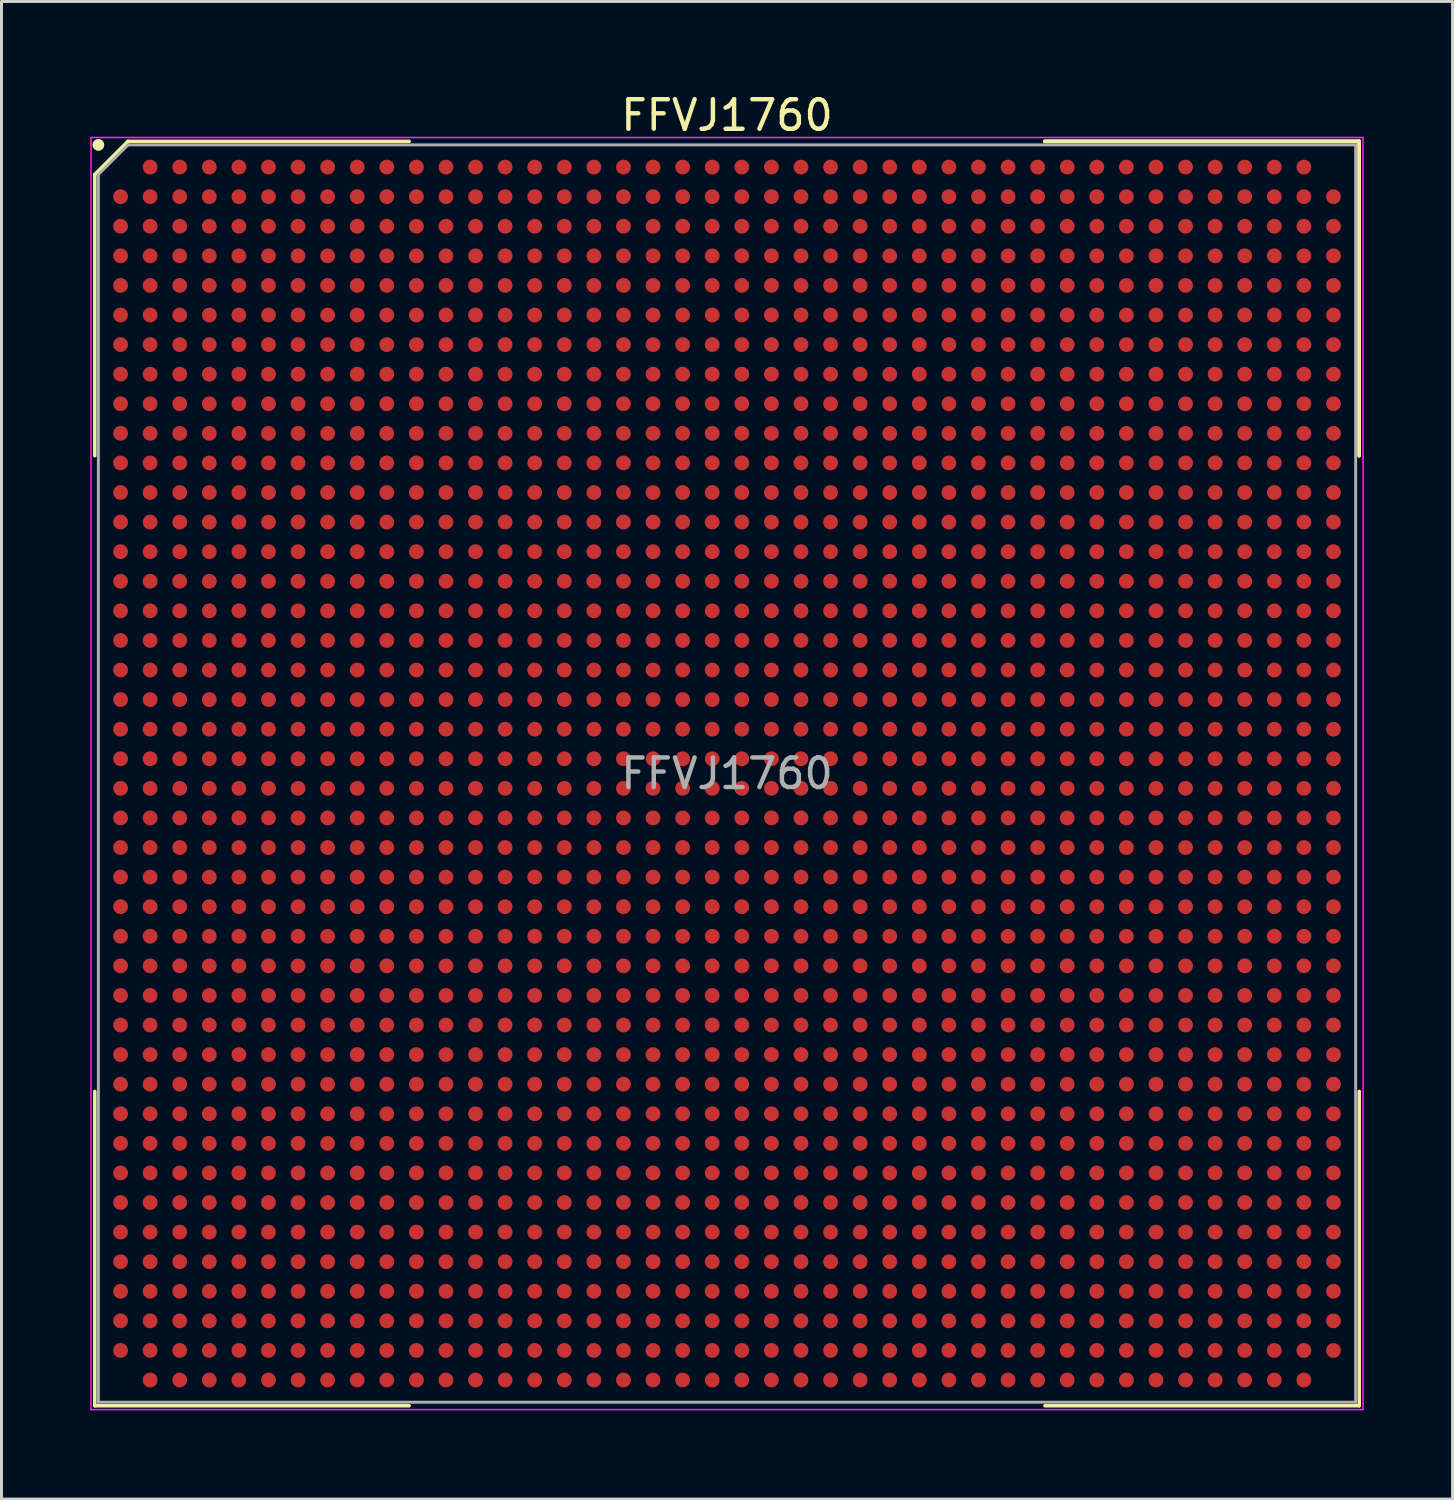
<source format=kicad_pcb>
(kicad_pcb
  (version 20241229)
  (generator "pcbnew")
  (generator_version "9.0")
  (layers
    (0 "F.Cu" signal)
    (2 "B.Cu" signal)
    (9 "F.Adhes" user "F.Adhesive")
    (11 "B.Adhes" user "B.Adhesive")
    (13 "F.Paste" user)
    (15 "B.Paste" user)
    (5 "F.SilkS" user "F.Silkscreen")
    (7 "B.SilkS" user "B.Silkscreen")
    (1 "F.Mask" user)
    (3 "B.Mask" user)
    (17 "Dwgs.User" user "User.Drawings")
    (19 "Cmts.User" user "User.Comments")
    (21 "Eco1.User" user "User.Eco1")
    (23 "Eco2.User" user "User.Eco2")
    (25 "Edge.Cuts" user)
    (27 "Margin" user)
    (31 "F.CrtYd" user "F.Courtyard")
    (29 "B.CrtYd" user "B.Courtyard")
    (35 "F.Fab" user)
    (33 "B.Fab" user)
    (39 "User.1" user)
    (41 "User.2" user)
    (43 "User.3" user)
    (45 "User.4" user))
  (footprint "FFVJ1760"
    (layer "F.Cu")
    (at 21.525 23.098)
    (property "Reference" "FFVJ1760" (at 0 -22.25 0) (layer "F.SilkS") (effects (font (size 1 1) (thickness 0.15))))
    (attr smd)
    (fp_line (start -21.37 -20.25) (end -21.37 -10.745) (stroke (width 0.12) (type solid)) (layer "F.SilkS"))
    (fp_line (start -21.37 21.37) (end -21.37 10.745) (stroke (width 0.12) (type solid)) (layer "F.SilkS"))
    (fp_line (start -20.25 -21.37) (end -21.37 -20.25) (stroke (width 0.12) (type solid)) (layer "F.SilkS"))
    (fp_line (start -10.745 -21.37) (end -20.25 -21.37) (stroke (width 0.12) (type solid)) (layer "F.SilkS"))
    (fp_line (start -10.745 21.37) (end -21.37 21.37) (stroke (width 0.12) (type solid)) (layer "F.SilkS"))
    (fp_line (start 10.745 -21.37) (end 21.37 -21.37) (stroke (width 0.12) (type solid)) (layer "F.SilkS"))
    (fp_line (start 10.745 -21.37) (end 21.37 -21.37) (stroke (width 0.12) (type solid)) (layer "F.SilkS"))
    (fp_line (start 10.745 -21.37) (end 21.37 -21.37) (stroke (width 0.12) (type solid)) (layer "F.SilkS"))
    (fp_line (start 10.745 21.37) (end 21.37 21.37) (stroke (width 0.12) (type solid)) (layer "F.SilkS"))
    (fp_line (start 21.37 -21.37) (end 21.37 -10.745) (stroke (width 0.12) (type solid)) (layer "F.SilkS"))
    (fp_line (start 21.37 -21.37) (end 21.37 -10.745) (stroke (width 0.12) (type solid)) (layer "F.SilkS"))
    (fp_line (start 21.37 -21.37) (end 21.37 -10.745) (stroke (width 0.12) (type solid)) (layer "F.SilkS"))
    (fp_line (start 21.37 21.37) (end 21.37 10.745) (stroke (width 0.12) (type solid)) (layer "F.SilkS"))
    (fp_circle (center -21.25 -21.25) (end -21.25 -21.15) (stroke (width 0.2) (type solid)) (fill no) (layer "F.SilkS"))
    (fp_line (start -21.5 -21.5) (end 21.5 -21.5) (stroke (width 0.05) (type solid)) (layer "F.CrtYd"))
    (fp_line (start -21.5 21.5) (end -21.5 -21.5) (stroke (width 0.05) (type solid)) (layer "F.CrtYd"))
    (fp_line (start 21.5 -21.5) (end 21.5 21.5) (stroke (width 0.05) (type solid)) (layer "F.CrtYd"))
    (fp_line (start 21.5 21.5) (end -21.5 21.5) (stroke (width 0.05) (type solid)) (layer "F.CrtYd"))
    (fp_line (start -21.25 -20.25) (end -21.25 21.25) (stroke (width 0.1) (type solid)) (layer "F.Fab"))
    (fp_line (start -21.25 21.25) (end 21.25 21.25) (stroke (width 0.1) (type solid)) (layer "F.Fab"))
    (fp_line (start -20.25 -21.25) (end -21.25 -20.25) (stroke (width 0.1) (type solid)) (layer "F.Fab"))
    (fp_line (start 21.25 -21.25) (end -20.25 -21.25) (stroke (width 0.1) (type solid)) (layer "F.Fab"))
    (fp_line (start 21.25 21.25) (end 21.25 -21.25) (stroke (width 0.1) (type solid)) (layer "F.Fab"))
    (fp_text user "${REFERENCE}" (at 0 0 0) (layer "F.Fab") (effects (font (size 1 1) (thickness 0.15))))
    (pad "A2" smd circle (at -19.5 -20.5) (size 0.5 0.5) (layers "F.Cu" "F.Mask" "F.Paste"))
    (pad "A3" smd circle (at -18.5 -20.5) (size 0.5 0.5) (layers "F.Cu" "F.Mask" "F.Paste"))
    (pad "A4" smd circle (at -17.5 -20.5) (size 0.5 0.5) (layers "F.Cu" "F.Mask" "F.Paste"))
    (pad "A5" smd circle (at -16.5 -20.5) (size 0.5 0.5) (layers "F.Cu" "F.Mask" "F.Paste"))
    (pad "A6" smd circle (at -15.5 -20.5) (size 0.5 0.5) (layers "F.Cu" "F.Mask" "F.Paste"))
    (pad "A7" smd circle (at -14.5 -20.5) (size 0.5 0.5) (layers "F.Cu" "F.Mask" "F.Paste"))
    (pad "A8" smd circle (at -13.5 -20.5) (size 0.5 0.5) (layers "F.Cu" "F.Mask" "F.Paste"))
    (pad "A9" smd circle (at -12.5 -20.5) (size 0.5 0.5) (layers "F.Cu" "F.Mask" "F.Paste"))
    (pad "A10" smd circle (at -11.5 -20.5) (size 0.5 0.5) (layers "F.Cu" "F.Mask" "F.Paste"))
    (pad "A11" smd circle (at -10.5 -20.5) (size 0.5 0.5) (layers "F.Cu" "F.Mask" "F.Paste"))
    (pad "A12" smd circle (at -9.5 -20.5) (size 0.5 0.5) (layers "F.Cu" "F.Mask" "F.Paste"))
    (pad "A13" smd circle (at -8.5 -20.5) (size 0.5 0.5) (layers "F.Cu" "F.Mask" "F.Paste"))
    (pad "A14" smd circle (at -7.5 -20.5) (size 0.5 0.5) (layers "F.Cu" "F.Mask" "F.Paste"))
    (pad "A15" smd circle (at -6.5 -20.5) (size 0.5 0.5) (layers "F.Cu" "F.Mask" "F.Paste"))
    (pad "A16" smd circle (at -5.5 -20.5) (size 0.5 0.5) (layers "F.Cu" "F.Mask" "F.Paste"))
    (pad "A17" smd circle (at -4.5 -20.5) (size 0.5 0.5) (layers "F.Cu" "F.Mask" "F.Paste"))
    (pad "A18" smd circle (at -3.5 -20.5) (size 0.5 0.5) (layers "F.Cu" "F.Mask" "F.Paste"))
    (pad "A19" smd circle (at -2.5 -20.5) (size 0.5 0.5) (layers "F.Cu" "F.Mask" "F.Paste"))
    (pad "A20" smd circle (at -1.5 -20.5) (size 0.5 0.5) (layers "F.Cu" "F.Mask" "F.Paste"))
    (pad "A21" smd circle (at -0.5 -20.5) (size 0.5 0.5) (layers "F.Cu" "F.Mask" "F.Paste"))
    (pad "A22" smd circle (at 0.5 -20.5) (size 0.5 0.5) (layers "F.Cu" "F.Mask" "F.Paste"))
    (pad "A23" smd circle (at 1.5 -20.5) (size 0.5 0.5) (layers "F.Cu" "F.Mask" "F.Paste"))
    (pad "A24" smd circle (at 2.5 -20.5) (size 0.5 0.5) (layers "F.Cu" "F.Mask" "F.Paste"))
    (pad "A25" smd circle (at 3.5 -20.5) (size 0.5 0.5) (layers "F.Cu" "F.Mask" "F.Paste"))
    (pad "A26" smd circle (at 4.5 -20.5) (size 0.5 0.5) (layers "F.Cu" "F.Mask" "F.Paste"))
    (pad "A27" smd circle (at 5.5 -20.5) (size 0.5 0.5) (layers "F.Cu" "F.Mask" "F.Paste"))
    (pad "A28" smd circle (at 6.5 -20.5) (size 0.5 0.5) (layers "F.Cu" "F.Mask" "F.Paste"))
    (pad "A29" smd circle (at 7.5 -20.5) (size 0.5 0.5) (layers "F.Cu" "F.Mask" "F.Paste"))
    (pad "A30" smd circle (at 8.5 -20.5) (size 0.5 0.5) (layers "F.Cu" "F.Mask" "F.Paste"))
    (pad "A31" smd circle (at 9.5 -20.5) (size 0.5 0.5) (layers "F.Cu" "F.Mask" "F.Paste"))
    (pad "A32" smd circle (at 10.5 -20.5) (size 0.5 0.5) (layers "F.Cu" "F.Mask" "F.Paste"))
    (pad "A33" smd circle (at 11.5 -20.5) (size 0.5 0.5) (layers "F.Cu" "F.Mask" "F.Paste"))
    (pad "A34" smd circle (at 12.5 -20.5) (size 0.5 0.5) (layers "F.Cu" "F.Mask" "F.Paste"))
    (pad "A35" smd circle (at 13.5 -20.5) (size 0.5 0.5) (layers "F.Cu" "F.Mask" "F.Paste"))
    (pad "A36" smd circle (at 14.5 -20.5) (size 0.5 0.5) (layers "F.Cu" "F.Mask" "F.Paste"))
    (pad "A37" smd circle (at 15.5 -20.5) (size 0.5 0.5) (layers "F.Cu" "F.Mask" "F.Paste"))
    (pad "A38" smd circle (at 16.5 -20.5) (size 0.5 0.5) (layers "F.Cu" "F.Mask" "F.Paste"))
    (pad "A39" smd circle (at 17.5 -20.5) (size 0.5 0.5) (layers "F.Cu" "F.Mask" "F.Paste"))
    (pad "A40" smd circle (at 18.5 -20.5) (size 0.5 0.5) (layers "F.Cu" "F.Mask" "F.Paste"))
    (pad "A41" smd circle (at 19.5 -20.5) (size 0.5 0.5) (layers "F.Cu" "F.Mask" "F.Paste"))
    (pad "AA1" smd circle (at -20.5 -0.5) (size 0.5 0.5) (layers "F.Cu" "F.Mask" "F.Paste"))
    (pad "AA2" smd circle (at -19.5 -0.5) (size 0.5 0.5) (layers "F.Cu" "F.Mask" "F.Paste"))
    (pad "AA3" smd circle (at -18.5 -0.5) (size 0.5 0.5) (layers "F.Cu" "F.Mask" "F.Paste"))
    (pad "AA4" smd circle (at -17.5 -0.5) (size 0.5 0.5) (layers "F.Cu" "F.Mask" "F.Paste"))
    (pad "AA5" smd circle (at -16.5 -0.5) (size 0.5 0.5) (layers "F.Cu" "F.Mask" "F.Paste"))
    (pad "AA6" smd circle (at -15.5 -0.5) (size 0.5 0.5) (layers "F.Cu" "F.Mask" "F.Paste"))
    (pad "AA7" smd circle (at -14.5 -0.5) (size 0.5 0.5) (layers "F.Cu" "F.Mask" "F.Paste"))
    (pad "AA8" smd circle (at -13.5 -0.5) (size 0.5 0.5) (layers "F.Cu" "F.Mask" "F.Paste"))
    (pad "AA9" smd circle (at -12.5 -0.5) (size 0.5 0.5) (layers "F.Cu" "F.Mask" "F.Paste"))
    (pad "AA10" smd circle (at -11.5 -0.5) (size 0.5 0.5) (layers "F.Cu" "F.Mask" "F.Paste"))
    (pad "AA11" smd circle (at -10.5 -0.5) (size 0.5 0.5) (layers "F.Cu" "F.Mask" "F.Paste"))
    (pad "AA12" smd circle (at -9.5 -0.5) (size 0.5 0.5) (layers "F.Cu" "F.Mask" "F.Paste"))
    (pad "AA13" smd circle (at -8.5 -0.5) (size 0.5 0.5) (layers "F.Cu" "F.Mask" "F.Paste"))
    (pad "AA14" smd circle (at -7.5 -0.5) (size 0.5 0.5) (layers "F.Cu" "F.Mask" "F.Paste"))
    (pad "AA15" smd circle (at -6.5 -0.5) (size 0.5 0.5) (layers "F.Cu" "F.Mask" "F.Paste"))
    (pad "AA16" smd circle (at -5.5 -0.5) (size 0.5 0.5) (layers "F.Cu" "F.Mask" "F.Paste"))
    (pad "AA17" smd circle (at -4.5 -0.5) (size 0.5 0.5) (layers "F.Cu" "F.Mask" "F.Paste"))
    (pad "AA18" smd circle (at -3.5 -0.5) (size 0.5 0.5) (layers "F.Cu" "F.Mask" "F.Paste"))
    (pad "AA19" smd circle (at -2.5 -0.5) (size 0.5 0.5) (layers "F.Cu" "F.Mask" "F.Paste"))
    (pad "AA20" smd circle (at -1.5 -0.5) (size 0.5 0.5) (layers "F.Cu" "F.Mask" "F.Paste"))
    (pad "AA21" smd circle (at -0.5 -0.5) (size 0.5 0.5) (layers "F.Cu" "F.Mask" "F.Paste"))
    (pad "AA22" smd circle (at 0.5 -0.5) (size 0.5 0.5) (layers "F.Cu" "F.Mask" "F.Paste"))
    (pad "AA23" smd circle (at 1.5 -0.5) (size 0.5 0.5) (layers "F.Cu" "F.Mask" "F.Paste"))
    (pad "AA24" smd circle (at 2.5 -0.5) (size 0.5 0.5) (layers "F.Cu" "F.Mask" "F.Paste"))
    (pad "AA25" smd circle (at 3.5 -0.5) (size 0.5 0.5) (layers "F.Cu" "F.Mask" "F.Paste"))
    (pad "AA26" smd circle (at 4.5 -0.5) (size 0.5 0.5) (layers "F.Cu" "F.Mask" "F.Paste"))
    (pad "AA27" smd circle (at 5.5 -0.5) (size 0.5 0.5) (layers "F.Cu" "F.Mask" "F.Paste"))
    (pad "AA28" smd circle (at 6.5 -0.5) (size 0.5 0.5) (layers "F.Cu" "F.Mask" "F.Paste"))
    (pad "AA29" smd circle (at 7.5 -0.5) (size 0.5 0.5) (layers "F.Cu" "F.Mask" "F.Paste"))
    (pad "AA30" smd circle (at 8.5 -0.5) (size 0.5 0.5) (layers "F.Cu" "F.Mask" "F.Paste"))
    (pad "AA31" smd circle (at 9.5 -0.5) (size 0.5 0.5) (layers "F.Cu" "F.Mask" "F.Paste"))
    (pad "AA32" smd circle (at 10.5 -0.5) (size 0.5 0.5) (layers "F.Cu" "F.Mask" "F.Paste"))
    (pad "AA33" smd circle (at 11.5 -0.5) (size 0.5 0.5) (layers "F.Cu" "F.Mask" "F.Paste"))
    (pad "AA34" smd circle (at 12.5 -0.5) (size 0.5 0.5) (layers "F.Cu" "F.Mask" "F.Paste"))
    (pad "AA35" smd circle (at 13.5 -0.5) (size 0.5 0.5) (layers "F.Cu" "F.Mask" "F.Paste"))
    (pad "AA36" smd circle (at 14.5 -0.5) (size 0.5 0.5) (layers "F.Cu" "F.Mask" "F.Paste"))
    (pad "AA37" smd circle (at 15.5 -0.5) (size 0.5 0.5) (layers "F.Cu" "F.Mask" "F.Paste"))
    (pad "AA38" smd circle (at 16.5 -0.5) (size 0.5 0.5) (layers "F.Cu" "F.Mask" "F.Paste"))
    (pad "AA39" smd circle (at 17.5 -0.5) (size 0.5 0.5) (layers "F.Cu" "F.Mask" "F.Paste"))
    (pad "AA40" smd circle (at 18.5 -0.5) (size 0.5 0.5) (layers "F.Cu" "F.Mask" "F.Paste"))
    (pad "AA41" smd circle (at 19.5 -0.5) (size 0.5 0.5) (layers "F.Cu" "F.Mask" "F.Paste"))
    (pad "AA42" smd circle (at 20.5 -0.5) (size 0.5 0.5) (layers "F.Cu" "F.Mask" "F.Paste"))
    (pad "AB1" smd circle (at -20.5 0.5) (size 0.5 0.5) (layers "F.Cu" "F.Mask" "F.Paste"))
    (pad "AB2" smd circle (at -19.5 0.5) (size 0.5 0.5) (layers "F.Cu" "F.Mask" "F.Paste"))
    (pad "AB3" smd circle (at -18.5 0.5) (size 0.5 0.5) (layers "F.Cu" "F.Mask" "F.Paste"))
    (pad "AB4" smd circle (at -17.5 0.5) (size 0.5 0.5) (layers "F.Cu" "F.Mask" "F.Paste"))
    (pad "AB5" smd circle (at -16.5 0.5) (size 0.5 0.5) (layers "F.Cu" "F.Mask" "F.Paste"))
    (pad "AB6" smd circle (at -15.5 0.5) (size 0.5 0.5) (layers "F.Cu" "F.Mask" "F.Paste"))
    (pad "AB7" smd circle (at -14.5 0.5) (size 0.5 0.5) (layers "F.Cu" "F.Mask" "F.Paste"))
    (pad "AB8" smd circle (at -13.5 0.5) (size 0.5 0.5) (layers "F.Cu" "F.Mask" "F.Paste"))
    (pad "AB9" smd circle (at -12.5 0.5) (size 0.5 0.5) (layers "F.Cu" "F.Mask" "F.Paste"))
    (pad "AB10" smd circle (at -11.5 0.5) (size 0.5 0.5) (layers "F.Cu" "F.Mask" "F.Paste"))
    (pad "AB11" smd circle (at -10.5 0.5) (size 0.5 0.5) (layers "F.Cu" "F.Mask" "F.Paste"))
    (pad "AB12" smd circle (at -9.5 0.5) (size 0.5 0.5) (layers "F.Cu" "F.Mask" "F.Paste"))
    (pad "AB13" smd circle (at -8.5 0.5) (size 0.5 0.5) (layers "F.Cu" "F.Mask" "F.Paste"))
    (pad "AB14" smd circle (at -7.5 0.5) (size 0.5 0.5) (layers "F.Cu" "F.Mask" "F.Paste"))
    (pad "AB15" smd circle (at -6.5 0.5) (size 0.5 0.5) (layers "F.Cu" "F.Mask" "F.Paste"))
    (pad "AB16" smd circle (at -5.5 0.5) (size 0.5 0.5) (layers "F.Cu" "F.Mask" "F.Paste"))
    (pad "AB17" smd circle (at -4.5 0.5) (size 0.5 0.5) (layers "F.Cu" "F.Mask" "F.Paste"))
    (pad "AB18" smd circle (at -3.5 0.5) (size 0.5 0.5) (layers "F.Cu" "F.Mask" "F.Paste"))
    (pad "AB19" smd circle (at -2.5 0.5) (size 0.5 0.5) (layers "F.Cu" "F.Mask" "F.Paste"))
    (pad "AB20" smd circle (at -1.5 0.5) (size 0.5 0.5) (layers "F.Cu" "F.Mask" "F.Paste"))
    (pad "AB21" smd circle (at -0.5 0.5) (size 0.5 0.5) (layers "F.Cu" "F.Mask" "F.Paste"))
    (pad "AB22" smd circle (at 0.5 0.5) (size 0.5 0.5) (layers "F.Cu" "F.Mask" "F.Paste"))
    (pad "AB23" smd circle (at 1.5 0.5) (size 0.5 0.5) (layers "F.Cu" "F.Mask" "F.Paste"))
    (pad "AB24" smd circle (at 2.5 0.5) (size 0.5 0.5) (layers "F.Cu" "F.Mask" "F.Paste"))
    (pad "AB25" smd circle (at 3.5 0.5) (size 0.5 0.5) (layers "F.Cu" "F.Mask" "F.Paste"))
    (pad "AB26" smd circle (at 4.5 0.5) (size 0.5 0.5) (layers "F.Cu" "F.Mask" "F.Paste"))
    (pad "AB27" smd circle (at 5.5 0.5) (size 0.5 0.5) (layers "F.Cu" "F.Mask" "F.Paste"))
    (pad "AB28" smd circle (at 6.5 0.5) (size 0.5 0.5) (layers "F.Cu" "F.Mask" "F.Paste"))
    (pad "AB29" smd circle (at 7.5 0.5) (size 0.5 0.5) (layers "F.Cu" "F.Mask" "F.Paste"))
    (pad "AB30" smd circle (at 8.5 0.5) (size 0.5 0.5) (layers "F.Cu" "F.Mask" "F.Paste"))
    (pad "AB31" smd circle (at 9.5 0.5) (size 0.5 0.5) (layers "F.Cu" "F.Mask" "F.Paste"))
    (pad "AB32" smd circle (at 10.5 0.5) (size 0.5 0.5) (layers "F.Cu" "F.Mask" "F.Paste"))
    (pad "AB33" smd circle (at 11.5 0.5) (size 0.5 0.5) (layers "F.Cu" "F.Mask" "F.Paste"))
    (pad "AB34" smd circle (at 12.5 0.5) (size 0.5 0.5) (layers "F.Cu" "F.Mask" "F.Paste"))
    (pad "AB35" smd circle (at 13.5 0.5) (size 0.5 0.5) (layers "F.Cu" "F.Mask" "F.Paste"))
    (pad "AB36" smd circle (at 14.5 0.5) (size 0.5 0.5) (layers "F.Cu" "F.Mask" "F.Paste"))
    (pad "AB37" smd circle (at 15.5 0.5) (size 0.5 0.5) (layers "F.Cu" "F.Mask" "F.Paste"))
    (pad "AB38" smd circle (at 16.5 0.5) (size 0.5 0.5) (layers "F.Cu" "F.Mask" "F.Paste"))
    (pad "AB39" smd circle (at 17.5 0.5) (size 0.5 0.5) (layers "F.Cu" "F.Mask" "F.Paste"))
    (pad "AB40" smd circle (at 18.5 0.5) (size 0.5 0.5) (layers "F.Cu" "F.Mask" "F.Paste"))
    (pad "AB41" smd circle (at 19.5 0.5) (size 0.5 0.5) (layers "F.Cu" "F.Mask" "F.Paste"))
    (pad "AB42" smd circle (at 20.5 0.5) (size 0.5 0.5) (layers "F.Cu" "F.Mask" "F.Paste"))
    (pad "AC1" smd circle (at -20.5 1.5) (size 0.5 0.5) (layers "F.Cu" "F.Mask" "F.Paste"))
    (pad "AC2" smd circle (at -19.5 1.5) (size 0.5 0.5) (layers "F.Cu" "F.Mask" "F.Paste"))
    (pad "AC3" smd circle (at -18.5 1.5) (size 0.5 0.5) (layers "F.Cu" "F.Mask" "F.Paste"))
    (pad "AC4" smd circle (at -17.5 1.5) (size 0.5 0.5) (layers "F.Cu" "F.Mask" "F.Paste"))
    (pad "AC5" smd circle (at -16.5 1.5) (size 0.5 0.5) (layers "F.Cu" "F.Mask" "F.Paste"))
    (pad "AC6" smd circle (at -15.5 1.5) (size 0.5 0.5) (layers "F.Cu" "F.Mask" "F.Paste"))
    (pad "AC7" smd circle (at -14.5 1.5) (size 0.5 0.5) (layers "F.Cu" "F.Mask" "F.Paste"))
    (pad "AC8" smd circle (at -13.5 1.5) (size 0.5 0.5) (layers "F.Cu" "F.Mask" "F.Paste"))
    (pad "AC9" smd circle (at -12.5 1.5) (size 0.5 0.5) (layers "F.Cu" "F.Mask" "F.Paste"))
    (pad "AC10" smd circle (at -11.5 1.5) (size 0.5 0.5) (layers "F.Cu" "F.Mask" "F.Paste"))
    (pad "AC11" smd circle (at -10.5 1.5) (size 0.5 0.5) (layers "F.Cu" "F.Mask" "F.Paste"))
    (pad "AC12" smd circle (at -9.5 1.5) (size 0.5 0.5) (layers "F.Cu" "F.Mask" "F.Paste"))
    (pad "AC13" smd circle (at -8.5 1.5) (size 0.5 0.5) (layers "F.Cu" "F.Mask" "F.Paste"))
    (pad "AC14" smd circle (at -7.5 1.5) (size 0.5 0.5) (layers "F.Cu" "F.Mask" "F.Paste"))
    (pad "AC15" smd circle (at -6.5 1.5) (size 0.5 0.5) (layers "F.Cu" "F.Mask" "F.Paste"))
    (pad "AC16" smd circle (at -5.5 1.5) (size 0.5 0.5) (layers "F.Cu" "F.Mask" "F.Paste"))
    (pad "AC17" smd circle (at -4.5 1.5) (size 0.5 0.5) (layers "F.Cu" "F.Mask" "F.Paste"))
    (pad "AC18" smd circle (at -3.5 1.5) (size 0.5 0.5) (layers "F.Cu" "F.Mask" "F.Paste"))
    (pad "AC19" smd circle (at -2.5 1.5) (size 0.5 0.5) (layers "F.Cu" "F.Mask" "F.Paste"))
    (pad "AC20" smd circle (at -1.5 1.5) (size 0.5 0.5) (layers "F.Cu" "F.Mask" "F.Paste"))
    (pad "AC21" smd circle (at -0.5 1.5) (size 0.5 0.5) (layers "F.Cu" "F.Mask" "F.Paste"))
    (pad "AC22" smd circle (at 0.5 1.5) (size 0.5 0.5) (layers "F.Cu" "F.Mask" "F.Paste"))
    (pad "AC23" smd circle (at 1.5 1.5) (size 0.5 0.5) (layers "F.Cu" "F.Mask" "F.Paste"))
    (pad "AC24" smd circle (at 2.5 1.5) (size 0.5 0.5) (layers "F.Cu" "F.Mask" "F.Paste"))
    (pad "AC25" smd circle (at 3.5 1.5) (size 0.5 0.5) (layers "F.Cu" "F.Mask" "F.Paste"))
    (pad "AC26" smd circle (at 4.5 1.5) (size 0.5 0.5) (layers "F.Cu" "F.Mask" "F.Paste"))
    (pad "AC27" smd circle (at 5.5 1.5) (size 0.5 0.5) (layers "F.Cu" "F.Mask" "F.Paste"))
    (pad "AC28" smd circle (at 6.5 1.5) (size 0.5 0.5) (layers "F.Cu" "F.Mask" "F.Paste"))
    (pad "AC29" smd circle (at 7.5 1.5) (size 0.5 0.5) (layers "F.Cu" "F.Mask" "F.Paste"))
    (pad "AC30" smd circle (at 8.5 1.5) (size 0.5 0.5) (layers "F.Cu" "F.Mask" "F.Paste"))
    (pad "AC31" smd circle (at 9.5 1.5) (size 0.5 0.5) (layers "F.Cu" "F.Mask" "F.Paste"))
    (pad "AC32" smd circle (at 10.5 1.5) (size 0.5 0.5) (layers "F.Cu" "F.Mask" "F.Paste"))
    (pad "AC33" smd circle (at 11.5 1.5) (size 0.5 0.5) (layers "F.Cu" "F.Mask" "F.Paste"))
    (pad "AC34" smd circle (at 12.5 1.5) (size 0.5 0.5) (layers "F.Cu" "F.Mask" "F.Paste"))
    (pad "AC35" smd circle (at 13.5 1.5) (size 0.5 0.5) (layers "F.Cu" "F.Mask" "F.Paste"))
    (pad "AC36" smd circle (at 14.5 1.5) (size 0.5 0.5) (layers "F.Cu" "F.Mask" "F.Paste"))
    (pad "AC37" smd circle (at 15.5 1.5) (size 0.5 0.5) (layers "F.Cu" "F.Mask" "F.Paste"))
    (pad "AC38" smd circle (at 16.5 1.5) (size 0.5 0.5) (layers "F.Cu" "F.Mask" "F.Paste"))
    (pad "AC39" smd circle (at 17.5 1.5) (size 0.5 0.5) (layers "F.Cu" "F.Mask" "F.Paste"))
    (pad "AC40" smd circle (at 18.5 1.5) (size 0.5 0.5) (layers "F.Cu" "F.Mask" "F.Paste"))
    (pad "AC41" smd circle (at 19.5 1.5) (size 0.5 0.5) (layers "F.Cu" "F.Mask" "F.Paste"))
    (pad "AC42" smd circle (at 20.5 1.5) (size 0.5 0.5) (layers "F.Cu" "F.Mask" "F.Paste"))
    (pad "AD1" smd circle (at -20.5 2.5) (size 0.5 0.5) (layers "F.Cu" "F.Mask" "F.Paste"))
    (pad "AD2" smd circle (at -19.5 2.5) (size 0.5 0.5) (layers "F.Cu" "F.Mask" "F.Paste"))
    (pad "AD3" smd circle (at -18.5 2.5) (size 0.5 0.5) (layers "F.Cu" "F.Mask" "F.Paste"))
    (pad "AD4" smd circle (at -17.5 2.5) (size 0.5 0.5) (layers "F.Cu" "F.Mask" "F.Paste"))
    (pad "AD5" smd circle (at -16.5 2.5) (size 0.5 0.5) (layers "F.Cu" "F.Mask" "F.Paste"))
    (pad "AD6" smd circle (at -15.5 2.5) (size 0.5 0.5) (layers "F.Cu" "F.Mask" "F.Paste"))
    (pad "AD7" smd circle (at -14.5 2.5) (size 0.5 0.5) (layers "F.Cu" "F.Mask" "F.Paste"))
    (pad "AD8" smd circle (at -13.5 2.5) (size 0.5 0.5) (layers "F.Cu" "F.Mask" "F.Paste"))
    (pad "AD9" smd circle (at -12.5 2.5) (size 0.5 0.5) (layers "F.Cu" "F.Mask" "F.Paste"))
    (pad "AD10" smd circle (at -11.5 2.5) (size 0.5 0.5) (layers "F.Cu" "F.Mask" "F.Paste"))
    (pad "AD11" smd circle (at -10.5 2.5) (size 0.5 0.5) (layers "F.Cu" "F.Mask" "F.Paste"))
    (pad "AD12" smd circle (at -9.5 2.5) (size 0.5 0.5) (layers "F.Cu" "F.Mask" "F.Paste"))
    (pad "AD13" smd circle (at -8.5 2.5) (size 0.5 0.5) (layers "F.Cu" "F.Mask" "F.Paste"))
    (pad "AD14" smd circle (at -7.5 2.5) (size 0.5 0.5) (layers "F.Cu" "F.Mask" "F.Paste"))
    (pad "AD15" smd circle (at -6.5 2.5) (size 0.5 0.5) (layers "F.Cu" "F.Mask" "F.Paste"))
    (pad "AD16" smd circle (at -5.5 2.5) (size 0.5 0.5) (layers "F.Cu" "F.Mask" "F.Paste"))
    (pad "AD17" smd circle (at -4.5 2.5) (size 0.5 0.5) (layers "F.Cu" "F.Mask" "F.Paste"))
    (pad "AD18" smd circle (at -3.5 2.5) (size 0.5 0.5) (layers "F.Cu" "F.Mask" "F.Paste"))
    (pad "AD19" smd circle (at -2.5 2.5) (size 0.5 0.5) (layers "F.Cu" "F.Mask" "F.Paste"))
    (pad "AD20" smd circle (at -1.5 2.5) (size 0.5 0.5) (layers "F.Cu" "F.Mask" "F.Paste"))
    (pad "AD21" smd circle (at -0.5 2.5) (size 0.5 0.5) (layers "F.Cu" "F.Mask" "F.Paste"))
    (pad "AD22" smd circle (at 0.5 2.5) (size 0.5 0.5) (layers "F.Cu" "F.Mask" "F.Paste"))
    (pad "AD23" smd circle (at 1.5 2.5) (size 0.5 0.5) (layers "F.Cu" "F.Mask" "F.Paste"))
    (pad "AD24" smd circle (at 2.5 2.5) (size 0.5 0.5) (layers "F.Cu" "F.Mask" "F.Paste"))
    (pad "AD25" smd circle (at 3.5 2.5) (size 0.5 0.5) (layers "F.Cu" "F.Mask" "F.Paste"))
    (pad "AD26" smd circle (at 4.5 2.5) (size 0.5 0.5) (layers "F.Cu" "F.Mask" "F.Paste"))
    (pad "AD27" smd circle (at 5.5 2.5) (size 0.5 0.5) (layers "F.Cu" "F.Mask" "F.Paste"))
    (pad "AD28" smd circle (at 6.5 2.5) (size 0.5 0.5) (layers "F.Cu" "F.Mask" "F.Paste"))
    (pad "AD29" smd circle (at 7.5 2.5) (size 0.5 0.5) (layers "F.Cu" "F.Mask" "F.Paste"))
    (pad "AD30" smd circle (at 8.5 2.5) (size 0.5 0.5) (layers "F.Cu" "F.Mask" "F.Paste"))
    (pad "AD31" smd circle (at 9.5 2.5) (size 0.5 0.5) (layers "F.Cu" "F.Mask" "F.Paste"))
    (pad "AD32" smd circle (at 10.5 2.5) (size 0.5 0.5) (layers "F.Cu" "F.Mask" "F.Paste"))
    (pad "AD33" smd circle (at 11.5 2.5) (size 0.5 0.5) (layers "F.Cu" "F.Mask" "F.Paste"))
    (pad "AD34" smd circle (at 12.5 2.5) (size 0.5 0.5) (layers "F.Cu" "F.Mask" "F.Paste"))
    (pad "AD35" smd circle (at 13.5 2.5) (size 0.5 0.5) (layers "F.Cu" "F.Mask" "F.Paste"))
    (pad "AD36" smd circle (at 14.5 2.5) (size 0.5 0.5) (layers "F.Cu" "F.Mask" "F.Paste"))
    (pad "AD37" smd circle (at 15.5 2.5) (size 0.5 0.5) (layers "F.Cu" "F.Mask" "F.Paste"))
    (pad "AD38" smd circle (at 16.5 2.5) (size 0.5 0.5) (layers "F.Cu" "F.Mask" "F.Paste"))
    (pad "AD39" smd circle (at 17.5 2.5) (size 0.5 0.5) (layers "F.Cu" "F.Mask" "F.Paste"))
    (pad "AD40" smd circle (at 18.5 2.5) (size 0.5 0.5) (layers "F.Cu" "F.Mask" "F.Paste"))
    (pad "AD41" smd circle (at 19.5 2.5) (size 0.5 0.5) (layers "F.Cu" "F.Mask" "F.Paste"))
    (pad "AD42" smd circle (at 20.5 2.5) (size 0.5 0.5) (layers "F.Cu" "F.Mask" "F.Paste"))
    (pad "AE1" smd circle (at -20.5 3.5) (size 0.5 0.5) (layers "F.Cu" "F.Mask" "F.Paste"))
    (pad "AE2" smd circle (at -19.5 3.5) (size 0.5 0.5) (layers "F.Cu" "F.Mask" "F.Paste"))
    (pad "AE3" smd circle (at -18.5 3.5) (size 0.5 0.5) (layers "F.Cu" "F.Mask" "F.Paste"))
    (pad "AE4" smd circle (at -17.5 3.5) (size 0.5 0.5) (layers "F.Cu" "F.Mask" "F.Paste"))
    (pad "AE5" smd circle (at -16.5 3.5) (size 0.5 0.5) (layers "F.Cu" "F.Mask" "F.Paste"))
    (pad "AE6" smd circle (at -15.5 3.5) (size 0.5 0.5) (layers "F.Cu" "F.Mask" "F.Paste"))
    (pad "AE7" smd circle (at -14.5 3.5) (size 0.5 0.5) (layers "F.Cu" "F.Mask" "F.Paste"))
    (pad "AE8" smd circle (at -13.5 3.5) (size 0.5 0.5) (layers "F.Cu" "F.Mask" "F.Paste"))
    (pad "AE9" smd circle (at -12.5 3.5) (size 0.5 0.5) (layers "F.Cu" "F.Mask" "F.Paste"))
    (pad "AE10" smd circle (at -11.5 3.5) (size 0.5 0.5) (layers "F.Cu" "F.Mask" "F.Paste"))
    (pad "AE11" smd circle (at -10.5 3.5) (size 0.5 0.5) (layers "F.Cu" "F.Mask" "F.Paste"))
    (pad "AE12" smd circle (at -9.5 3.5) (size 0.5 0.5) (layers "F.Cu" "F.Mask" "F.Paste"))
    (pad "AE13" smd circle (at -8.5 3.5) (size 0.5 0.5) (layers "F.Cu" "F.Mask" "F.Paste"))
    (pad "AE14" smd circle (at -7.5 3.5) (size 0.5 0.5) (layers "F.Cu" "F.Mask" "F.Paste"))
    (pad "AE15" smd circle (at -6.5 3.5) (size 0.5 0.5) (layers "F.Cu" "F.Mask" "F.Paste"))
    (pad "AE16" smd circle (at -5.5 3.5) (size 0.5 0.5) (layers "F.Cu" "F.Mask" "F.Paste"))
    (pad "AE17" smd circle (at -4.5 3.5) (size 0.5 0.5) (layers "F.Cu" "F.Mask" "F.Paste"))
    (pad "AE18" smd circle (at -3.5 3.5) (size 0.5 0.5) (layers "F.Cu" "F.Mask" "F.Paste"))
    (pad "AE19" smd circle (at -2.5 3.5) (size 0.5 0.5) (layers "F.Cu" "F.Mask" "F.Paste"))
    (pad "AE20" smd circle (at -1.5 3.5) (size 0.5 0.5) (layers "F.Cu" "F.Mask" "F.Paste"))
    (pad "AE21" smd circle (at -0.5 3.5) (size 0.5 0.5) (layers "F.Cu" "F.Mask" "F.Paste"))
    (pad "AE22" smd circle (at 0.5 3.5) (size 0.5 0.5) (layers "F.Cu" "F.Mask" "F.Paste"))
    (pad "AE23" smd circle (at 1.5 3.5) (size 0.5 0.5) (layers "F.Cu" "F.Mask" "F.Paste"))
    (pad "AE24" smd circle (at 2.5 3.5) (size 0.5 0.5) (layers "F.Cu" "F.Mask" "F.Paste"))
    (pad "AE25" smd circle (at 3.5 3.5) (size 0.5 0.5) (layers "F.Cu" "F.Mask" "F.Paste"))
    (pad "AE26" smd circle (at 4.5 3.5) (size 0.5 0.5) (layers "F.Cu" "F.Mask" "F.Paste"))
    (pad "AE27" smd circle (at 5.5 3.5) (size 0.5 0.5) (layers "F.Cu" "F.Mask" "F.Paste"))
    (pad "AE28" smd circle (at 6.5 3.5) (size 0.5 0.5) (layers "F.Cu" "F.Mask" "F.Paste"))
    (pad "AE29" smd circle (at 7.5 3.5) (size 0.5 0.5) (layers "F.Cu" "F.Mask" "F.Paste"))
    (pad "AE30" smd circle (at 8.5 3.5) (size 0.5 0.5) (layers "F.Cu" "F.Mask" "F.Paste"))
    (pad "AE31" smd circle (at 9.5 3.5) (size 0.5 0.5) (layers "F.Cu" "F.Mask" "F.Paste"))
    (pad "AE32" smd circle (at 10.5 3.5) (size 0.5 0.5) (layers "F.Cu" "F.Mask" "F.Paste"))
    (pad "AE33" smd circle (at 11.5 3.5) (size 0.5 0.5) (layers "F.Cu" "F.Mask" "F.Paste"))
    (pad "AE34" smd circle (at 12.5 3.5) (size 0.5 0.5) (layers "F.Cu" "F.Mask" "F.Paste"))
    (pad "AE35" smd circle (at 13.5 3.5) (size 0.5 0.5) (layers "F.Cu" "F.Mask" "F.Paste"))
    (pad "AE36" smd circle (at 14.5 3.5) (size 0.5 0.5) (layers "F.Cu" "F.Mask" "F.Paste"))
    (pad "AE37" smd circle (at 15.5 3.5) (size 0.5 0.5) (layers "F.Cu" "F.Mask" "F.Paste"))
    (pad "AE38" smd circle (at 16.5 3.5) (size 0.5 0.5) (layers "F.Cu" "F.Mask" "F.Paste"))
    (pad "AE39" smd circle (at 17.5 3.5) (size 0.5 0.5) (layers "F.Cu" "F.Mask" "F.Paste"))
    (pad "AE40" smd circle (at 18.5 3.5) (size 0.5 0.5) (layers "F.Cu" "F.Mask" "F.Paste"))
    (pad "AE41" smd circle (at 19.5 3.5) (size 0.5 0.5) (layers "F.Cu" "F.Mask" "F.Paste"))
    (pad "AE42" smd circle (at 20.5 3.5) (size 0.5 0.5) (layers "F.Cu" "F.Mask" "F.Paste"))
    (pad "AF1" smd circle (at -20.5 4.5) (size 0.5 0.5) (layers "F.Cu" "F.Mask" "F.Paste"))
    (pad "AF2" smd circle (at -19.5 4.5) (size 0.5 0.5) (layers "F.Cu" "F.Mask" "F.Paste"))
    (pad "AF3" smd circle (at -18.5 4.5) (size 0.5 0.5) (layers "F.Cu" "F.Mask" "F.Paste"))
    (pad "AF4" smd circle (at -17.5 4.5) (size 0.5 0.5) (layers "F.Cu" "F.Mask" "F.Paste"))
    (pad "AF5" smd circle (at -16.5 4.5) (size 0.5 0.5) (layers "F.Cu" "F.Mask" "F.Paste"))
    (pad "AF6" smd circle (at -15.5 4.5) (size 0.5 0.5) (layers "F.Cu" "F.Mask" "F.Paste"))
    (pad "AF7" smd circle (at -14.5 4.5) (size 0.5 0.5) (layers "F.Cu" "F.Mask" "F.Paste"))
    (pad "AF8" smd circle (at -13.5 4.5) (size 0.5 0.5) (layers "F.Cu" "F.Mask" "F.Paste"))
    (pad "AF9" smd circle (at -12.5 4.5) (size 0.5 0.5) (layers "F.Cu" "F.Mask" "F.Paste"))
    (pad "AF10" smd circle (at -11.5 4.5) (size 0.5 0.5) (layers "F.Cu" "F.Mask" "F.Paste"))
    (pad "AF11" smd circle (at -10.5 4.5) (size 0.5 0.5) (layers "F.Cu" "F.Mask" "F.Paste"))
    (pad "AF12" smd circle (at -9.5 4.5) (size 0.5 0.5) (layers "F.Cu" "F.Mask" "F.Paste"))
    (pad "AF13" smd circle (at -8.5 4.5) (size 0.5 0.5) (layers "F.Cu" "F.Mask" "F.Paste"))
    (pad "AF14" smd circle (at -7.5 4.5) (size 0.5 0.5) (layers "F.Cu" "F.Mask" "F.Paste"))
    (pad "AF15" smd circle (at -6.5 4.5) (size 0.5 0.5) (layers "F.Cu" "F.Mask" "F.Paste"))
    (pad "AF16" smd circle (at -5.5 4.5) (size 0.5 0.5) (layers "F.Cu" "F.Mask" "F.Paste"))
    (pad "AF17" smd circle (at -4.5 4.5) (size 0.5 0.5) (layers "F.Cu" "F.Mask" "F.Paste"))
    (pad "AF18" smd circle (at -3.5 4.5) (size 0.5 0.5) (layers "F.Cu" "F.Mask" "F.Paste"))
    (pad "AF19" smd circle (at -2.5 4.5) (size 0.5 0.5) (layers "F.Cu" "F.Mask" "F.Paste"))
    (pad "AF20" smd circle (at -1.5 4.5) (size 0.5 0.5) (layers "F.Cu" "F.Mask" "F.Paste"))
    (pad "AF21" smd circle (at -0.5 4.5) (size 0.5 0.5) (layers "F.Cu" "F.Mask" "F.Paste"))
    (pad "AF22" smd circle (at 0.5 4.5) (size 0.5 0.5) (layers "F.Cu" "F.Mask" "F.Paste"))
    (pad "AF23" smd circle (at 1.5 4.5) (size 0.5 0.5) (layers "F.Cu" "F.Mask" "F.Paste"))
    (pad "AF24" smd circle (at 2.5 4.5) (size 0.5 0.5) (layers "F.Cu" "F.Mask" "F.Paste"))
    (pad "AF25" smd circle (at 3.5 4.5) (size 0.5 0.5) (layers "F.Cu" "F.Mask" "F.Paste"))
    (pad "AF26" smd circle (at 4.5 4.5) (size 0.5 0.5) (layers "F.Cu" "F.Mask" "F.Paste"))
    (pad "AF27" smd circle (at 5.5 4.5) (size 0.5 0.5) (layers "F.Cu" "F.Mask" "F.Paste"))
    (pad "AF28" smd circle (at 6.5 4.5) (size 0.5 0.5) (layers "F.Cu" "F.Mask" "F.Paste"))
    (pad "AF29" smd circle (at 7.5 4.5) (size 0.5 0.5) (layers "F.Cu" "F.Mask" "F.Paste"))
    (pad "AF30" smd circle (at 8.5 4.5) (size 0.5 0.5) (layers "F.Cu" "F.Mask" "F.Paste"))
    (pad "AF31" smd circle (at 9.5 4.5) (size 0.5 0.5) (layers "F.Cu" "F.Mask" "F.Paste"))
    (pad "AF32" smd circle (at 10.5 4.5) (size 0.5 0.5) (layers "F.Cu" "F.Mask" "F.Paste"))
    (pad "AF33" smd circle (at 11.5 4.5) (size 0.5 0.5) (layers "F.Cu" "F.Mask" "F.Paste"))
    (pad "AF34" smd circle (at 12.5 4.5) (size 0.5 0.5) (layers "F.Cu" "F.Mask" "F.Paste"))
    (pad "AF35" smd circle (at 13.5 4.5) (size 0.5 0.5) (layers "F.Cu" "F.Mask" "F.Paste"))
    (pad "AF36" smd circle (at 14.5 4.5) (size 0.5 0.5) (layers "F.Cu" "F.Mask" "F.Paste"))
    (pad "AF37" smd circle (at 15.5 4.5) (size 0.5 0.5) (layers "F.Cu" "F.Mask" "F.Paste"))
    (pad "AF38" smd circle (at 16.5 4.5) (size 0.5 0.5) (layers "F.Cu" "F.Mask" "F.Paste"))
    (pad "AF39" smd circle (at 17.5 4.5) (size 0.5 0.5) (layers "F.Cu" "F.Mask" "F.Paste"))
    (pad "AF40" smd circle (at 18.5 4.5) (size 0.5 0.5) (layers "F.Cu" "F.Mask" "F.Paste"))
    (pad "AF41" smd circle (at 19.5 4.5) (size 0.5 0.5) (layers "F.Cu" "F.Mask" "F.Paste"))
    (pad "AF42" smd circle (at 20.5 4.5) (size 0.5 0.5) (layers "F.Cu" "F.Mask" "F.Paste"))
    (pad "AG1" smd circle (at -20.5 5.5) (size 0.5 0.5) (layers "F.Cu" "F.Mask" "F.Paste"))
    (pad "AG2" smd circle (at -19.5 5.5) (size 0.5 0.5) (layers "F.Cu" "F.Mask" "F.Paste"))
    (pad "AG3" smd circle (at -18.5 5.5) (size 0.5 0.5) (layers "F.Cu" "F.Mask" "F.Paste"))
    (pad "AG4" smd circle (at -17.5 5.5) (size 0.5 0.5) (layers "F.Cu" "F.Mask" "F.Paste"))
    (pad "AG5" smd circle (at -16.5 5.5) (size 0.5 0.5) (layers "F.Cu" "F.Mask" "F.Paste"))
    (pad "AG6" smd circle (at -15.5 5.5) (size 0.5 0.5) (layers "F.Cu" "F.Mask" "F.Paste"))
    (pad "AG7" smd circle (at -14.5 5.5) (size 0.5 0.5) (layers "F.Cu" "F.Mask" "F.Paste"))
    (pad "AG8" smd circle (at -13.5 5.5) (size 0.5 0.5) (layers "F.Cu" "F.Mask" "F.Paste"))
    (pad "AG9" smd circle (at -12.5 5.5) (size 0.5 0.5) (layers "F.Cu" "F.Mask" "F.Paste"))
    (pad "AG10" smd circle (at -11.5 5.5) (size 0.5 0.5) (layers "F.Cu" "F.Mask" "F.Paste"))
    (pad "AG11" smd circle (at -10.5 5.5) (size 0.5 0.5) (layers "F.Cu" "F.Mask" "F.Paste"))
    (pad "AG12" smd circle (at -9.5 5.5) (size 0.5 0.5) (layers "F.Cu" "F.Mask" "F.Paste"))
    (pad "AG13" smd circle (at -8.5 5.5) (size 0.5 0.5) (layers "F.Cu" "F.Mask" "F.Paste"))
    (pad "AG14" smd circle (at -7.5 5.5) (size 0.5 0.5) (layers "F.Cu" "F.Mask" "F.Paste"))
    (pad "AG15" smd circle (at -6.5 5.5) (size 0.5 0.5) (layers "F.Cu" "F.Mask" "F.Paste"))
    (pad "AG16" smd circle (at -5.5 5.5) (size 0.5 0.5) (layers "F.Cu" "F.Mask" "F.Paste"))
    (pad "AG17" smd circle (at -4.5 5.5) (size 0.5 0.5) (layers "F.Cu" "F.Mask" "F.Paste"))
    (pad "AG18" smd circle (at -3.5 5.5) (size 0.5 0.5) (layers "F.Cu" "F.Mask" "F.Paste"))
    (pad "AG19" smd circle (at -2.5 5.5) (size 0.5 0.5) (layers "F.Cu" "F.Mask" "F.Paste"))
    (pad "AG20" smd circle (at -1.5 5.5) (size 0.5 0.5) (layers "F.Cu" "F.Mask" "F.Paste"))
    (pad "AG21" smd circle (at -0.5 5.5) (size 0.5 0.5) (layers "F.Cu" "F.Mask" "F.Paste"))
    (pad "AG22" smd circle (at 0.5 5.5) (size 0.5 0.5) (layers "F.Cu" "F.Mask" "F.Paste"))
    (pad "AG23" smd circle (at 1.5 5.5) (size 0.5 0.5) (layers "F.Cu" "F.Mask" "F.Paste"))
    (pad "AG24" smd circle (at 2.5 5.5) (size 0.5 0.5) (layers "F.Cu" "F.Mask" "F.Paste"))
    (pad "AG25" smd circle (at 3.5 5.5) (size 0.5 0.5) (layers "F.Cu" "F.Mask" "F.Paste"))
    (pad "AG26" smd circle (at 4.5 5.5) (size 0.5 0.5) (layers "F.Cu" "F.Mask" "F.Paste"))
    (pad "AG27" smd circle (at 5.5 5.5) (size 0.5 0.5) (layers "F.Cu" "F.Mask" "F.Paste"))
    (pad "AG28" smd circle (at 6.5 5.5) (size 0.5 0.5) (layers "F.Cu" "F.Mask" "F.Paste"))
    (pad "AG29" smd circle (at 7.5 5.5) (size 0.5 0.5) (layers "F.Cu" "F.Mask" "F.Paste"))
    (pad "AG30" smd circle (at 8.5 5.5) (size 0.5 0.5) (layers "F.Cu" "F.Mask" "F.Paste"))
    (pad "AG31" smd circle (at 9.5 5.5) (size 0.5 0.5) (layers "F.Cu" "F.Mask" "F.Paste"))
    (pad "AG32" smd circle (at 10.5 5.5) (size 0.5 0.5) (layers "F.Cu" "F.Mask" "F.Paste"))
    (pad "AG33" smd circle (at 11.5 5.5) (size 0.5 0.5) (layers "F.Cu" "F.Mask" "F.Paste"))
    (pad "AG34" smd circle (at 12.5 5.5) (size 0.5 0.5) (layers "F.Cu" "F.Mask" "F.Paste"))
    (pad "AG35" smd circle (at 13.5 5.5) (size 0.5 0.5) (layers "F.Cu" "F.Mask" "F.Paste"))
    (pad "AG36" smd circle (at 14.5 5.5) (size 0.5 0.5) (layers "F.Cu" "F.Mask" "F.Paste"))
    (pad "AG37" smd circle (at 15.5 5.5) (size 0.5 0.5) (layers "F.Cu" "F.Mask" "F.Paste"))
    (pad "AG38" smd circle (at 16.5 5.5) (size 0.5 0.5) (layers "F.Cu" "F.Mask" "F.Paste"))
    (pad "AG39" smd circle (at 17.5 5.5) (size 0.5 0.5) (layers "F.Cu" "F.Mask" "F.Paste"))
    (pad "AG40" smd circle (at 18.5 5.5) (size 0.5 0.5) (layers "F.Cu" "F.Mask" "F.Paste"))
    (pad "AG41" smd circle (at 19.5 5.5) (size 0.5 0.5) (layers "F.Cu" "F.Mask" "F.Paste"))
    (pad "AG42" smd circle (at 20.5 5.5) (size 0.5 0.5) (layers "F.Cu" "F.Mask" "F.Paste"))
    (pad "AH1" smd circle (at -20.5 6.5) (size 0.5 0.5) (layers "F.Cu" "F.Mask" "F.Paste"))
    (pad "AH2" smd circle (at -19.5 6.5) (size 0.5 0.5) (layers "F.Cu" "F.Mask" "F.Paste"))
    (pad "AH3" smd circle (at -18.5 6.5) (size 0.5 0.5) (layers "F.Cu" "F.Mask" "F.Paste"))
    (pad "AH4" smd circle (at -17.5 6.5) (size 0.5 0.5) (layers "F.Cu" "F.Mask" "F.Paste"))
    (pad "AH5" smd circle (at -16.5 6.5) (size 0.5 0.5) (layers "F.Cu" "F.Mask" "F.Paste"))
    (pad "AH6" smd circle (at -15.5 6.5) (size 0.5 0.5) (layers "F.Cu" "F.Mask" "F.Paste"))
    (pad "AH7" smd circle (at -14.5 6.5) (size 0.5 0.5) (layers "F.Cu" "F.Mask" "F.Paste"))
    (pad "AH8" smd circle (at -13.5 6.5) (size 0.5 0.5) (layers "F.Cu" "F.Mask" "F.Paste"))
    (pad "AH9" smd circle (at -12.5 6.5) (size 0.5 0.5) (layers "F.Cu" "F.Mask" "F.Paste"))
    (pad "AH10" smd circle (at -11.5 6.5) (size 0.5 0.5) (layers "F.Cu" "F.Mask" "F.Paste"))
    (pad "AH11" smd circle (at -10.5 6.5) (size 0.5 0.5) (layers "F.Cu" "F.Mask" "F.Paste"))
    (pad "AH12" smd circle (at -9.5 6.5) (size 0.5 0.5) (layers "F.Cu" "F.Mask" "F.Paste"))
    (pad "AH13" smd circle (at -8.5 6.5) (size 0.5 0.5) (layers "F.Cu" "F.Mask" "F.Paste"))
    (pad "AH14" smd circle (at -7.5 6.5) (size 0.5 0.5) (layers "F.Cu" "F.Mask" "F.Paste"))
    (pad "AH15" smd circle (at -6.5 6.5) (size 0.5 0.5) (layers "F.Cu" "F.Mask" "F.Paste"))
    (pad "AH16" smd circle (at -5.5 6.5) (size 0.5 0.5) (layers "F.Cu" "F.Mask" "F.Paste"))
    (pad "AH17" smd circle (at -4.5 6.5) (size 0.5 0.5) (layers "F.Cu" "F.Mask" "F.Paste"))
    (pad "AH18" smd circle (at -3.5 6.5) (size 0.5 0.5) (layers "F.Cu" "F.Mask" "F.Paste"))
    (pad "AH19" smd circle (at -2.5 6.5) (size 0.5 0.5) (layers "F.Cu" "F.Mask" "F.Paste"))
    (pad "AH20" smd circle (at -1.5 6.5) (size 0.5 0.5) (layers "F.Cu" "F.Mask" "F.Paste"))
    (pad "AH21" smd circle (at -0.5 6.5) (size 0.5 0.5) (layers "F.Cu" "F.Mask" "F.Paste"))
    (pad "AH22" smd circle (at 0.5 6.5) (size 0.5 0.5) (layers "F.Cu" "F.Mask" "F.Paste"))
    (pad "AH23" smd circle (at 1.5 6.5) (size 0.5 0.5) (layers "F.Cu" "F.Mask" "F.Paste"))
    (pad "AH24" smd circle (at 2.5 6.5) (size 0.5 0.5) (layers "F.Cu" "F.Mask" "F.Paste"))
    (pad "AH25" smd circle (at 3.5 6.5) (size 0.5 0.5) (layers "F.Cu" "F.Mask" "F.Paste"))
    (pad "AH26" smd circle (at 4.5 6.5) (size 0.5 0.5) (layers "F.Cu" "F.Mask" "F.Paste"))
    (pad "AH27" smd circle (at 5.5 6.5) (size 0.5 0.5) (layers "F.Cu" "F.Mask" "F.Paste"))
    (pad "AH28" smd circle (at 6.5 6.5) (size 0.5 0.5) (layers "F.Cu" "F.Mask" "F.Paste"))
    (pad "AH29" smd circle (at 7.5 6.5) (size 0.5 0.5) (layers "F.Cu" "F.Mask" "F.Paste"))
    (pad "AH30" smd circle (at 8.5 6.5) (size 0.5 0.5) (layers "F.Cu" "F.Mask" "F.Paste"))
    (pad "AH31" smd circle (at 9.5 6.5) (size 0.5 0.5) (layers "F.Cu" "F.Mask" "F.Paste"))
    (pad "AH32" smd circle (at 10.5 6.5) (size 0.5 0.5) (layers "F.Cu" "F.Mask" "F.Paste"))
    (pad "AH33" smd circle (at 11.5 6.5) (size 0.5 0.5) (layers "F.Cu" "F.Mask" "F.Paste"))
    (pad "AH34" smd circle (at 12.5 6.5) (size 0.5 0.5) (layers "F.Cu" "F.Mask" "F.Paste"))
    (pad "AH35" smd circle (at 13.5 6.5) (size 0.5 0.5) (layers "F.Cu" "F.Mask" "F.Paste"))
    (pad "AH36" smd circle (at 14.5 6.5) (size 0.5 0.5) (layers "F.Cu" "F.Mask" "F.Paste"))
    (pad "AH37" smd circle (at 15.5 6.5) (size 0.5 0.5) (layers "F.Cu" "F.Mask" "F.Paste"))
    (pad "AH38" smd circle (at 16.5 6.5) (size 0.5 0.5) (layers "F.Cu" "F.Mask" "F.Paste"))
    (pad "AH39" smd circle (at 17.5 6.5) (size 0.5 0.5) (layers "F.Cu" "F.Mask" "F.Paste"))
    (pad "AH40" smd circle (at 18.5 6.5) (size 0.5 0.5) (layers "F.Cu" "F.Mask" "F.Paste"))
    (pad "AH41" smd circle (at 19.5 6.5) (size 0.5 0.5) (layers "F.Cu" "F.Mask" "F.Paste"))
    (pad "AH42" smd circle (at 20.5 6.5) (size 0.5 0.5) (layers "F.Cu" "F.Mask" "F.Paste"))
    (pad "AJ1" smd circle (at -20.5 7.5) (size 0.5 0.5) (layers "F.Cu" "F.Mask" "F.Paste"))
    (pad "AJ2" smd circle (at -19.5 7.5) (size 0.5 0.5) (layers "F.Cu" "F.Mask" "F.Paste"))
    (pad "AJ3" smd circle (at -18.5 7.5) (size 0.5 0.5) (layers "F.Cu" "F.Mask" "F.Paste"))
    (pad "AJ4" smd circle (at -17.5 7.5) (size 0.5 0.5) (layers "F.Cu" "F.Mask" "F.Paste"))
    (pad "AJ5" smd circle (at -16.5 7.5) (size 0.5 0.5) (layers "F.Cu" "F.Mask" "F.Paste"))
    (pad "AJ6" smd circle (at -15.5 7.5) (size 0.5 0.5) (layers "F.Cu" "F.Mask" "F.Paste"))
    (pad "AJ7" smd circle (at -14.5 7.5) (size 0.5 0.5) (layers "F.Cu" "F.Mask" "F.Paste"))
    (pad "AJ8" smd circle (at -13.5 7.5) (size 0.5 0.5) (layers "F.Cu" "F.Mask" "F.Paste"))
    (pad "AJ9" smd circle (at -12.5 7.5) (size 0.5 0.5) (layers "F.Cu" "F.Mask" "F.Paste"))
    (pad "AJ10" smd circle (at -11.5 7.5) (size 0.5 0.5) (layers "F.Cu" "F.Mask" "F.Paste"))
    (pad "AJ11" smd circle (at -10.5 7.5) (size 0.5 0.5) (layers "F.Cu" "F.Mask" "F.Paste"))
    (pad "AJ12" smd circle (at -9.5 7.5) (size 0.5 0.5) (layers "F.Cu" "F.Mask" "F.Paste"))
    (pad "AJ13" smd circle (at -8.5 7.5) (size 0.5 0.5) (layers "F.Cu" "F.Mask" "F.Paste"))
    (pad "AJ14" smd circle (at -7.5 7.5) (size 0.5 0.5) (layers "F.Cu" "F.Mask" "F.Paste"))
    (pad "AJ15" smd circle (at -6.5 7.5) (size 0.5 0.5) (layers "F.Cu" "F.Mask" "F.Paste"))
    (pad "AJ16" smd circle (at -5.5 7.5) (size 0.5 0.5) (layers "F.Cu" "F.Mask" "F.Paste"))
    (pad "AJ17" smd circle (at -4.5 7.5) (size 0.5 0.5) (layers "F.Cu" "F.Mask" "F.Paste"))
    (pad "AJ18" smd circle (at -3.5 7.5) (size 0.5 0.5) (layers "F.Cu" "F.Mask" "F.Paste"))
    (pad "AJ19" smd circle (at -2.5 7.5) (size 0.5 0.5) (layers "F.Cu" "F.Mask" "F.Paste"))
    (pad "AJ20" smd circle (at -1.5 7.5) (size 0.5 0.5) (layers "F.Cu" "F.Mask" "F.Paste"))
    (pad "AJ21" smd circle (at -0.5 7.5) (size 0.5 0.5) (layers "F.Cu" "F.Mask" "F.Paste"))
    (pad "AJ22" smd circle (at 0.5 7.5) (size 0.5 0.5) (layers "F.Cu" "F.Mask" "F.Paste"))
    (pad "AJ23" smd circle (at 1.5 7.5) (size 0.5 0.5) (layers "F.Cu" "F.Mask" "F.Paste"))
    (pad "AJ24" smd circle (at 2.5 7.5) (size 0.5 0.5) (layers "F.Cu" "F.Mask" "F.Paste"))
    (pad "AJ25" smd circle (at 3.5 7.5) (size 0.5 0.5) (layers "F.Cu" "F.Mask" "F.Paste"))
    (pad "AJ26" smd circle (at 4.5 7.5) (size 0.5 0.5) (layers "F.Cu" "F.Mask" "F.Paste"))
    (pad "AJ27" smd circle (at 5.5 7.5) (size 0.5 0.5) (layers "F.Cu" "F.Mask" "F.Paste"))
    (pad "AJ28" smd circle (at 6.5 7.5) (size 0.5 0.5) (layers "F.Cu" "F.Mask" "F.Paste"))
    (pad "AJ29" smd circle (at 7.5 7.5) (size 0.5 0.5) (layers "F.Cu" "F.Mask" "F.Paste"))
    (pad "AJ30" smd circle (at 8.5 7.5) (size 0.5 0.5) (layers "F.Cu" "F.Mask" "F.Paste"))
    (pad "AJ31" smd circle (at 9.5 7.5) (size 0.5 0.5) (layers "F.Cu" "F.Mask" "F.Paste"))
    (pad "AJ32" smd circle (at 10.5 7.5) (size 0.5 0.5) (layers "F.Cu" "F.Mask" "F.Paste"))
    (pad "AJ33" smd circle (at 11.5 7.5) (size 0.5 0.5) (layers "F.Cu" "F.Mask" "F.Paste"))
    (pad "AJ34" smd circle (at 12.5 7.5) (size 0.5 0.5) (layers "F.Cu" "F.Mask" "F.Paste"))
    (pad "AJ35" smd circle (at 13.5 7.5) (size 0.5 0.5) (layers "F.Cu" "F.Mask" "F.Paste"))
    (pad "AJ36" smd circle (at 14.5 7.5) (size 0.5 0.5) (layers "F.Cu" "F.Mask" "F.Paste"))
    (pad "AJ37" smd circle (at 15.5 7.5) (size 0.5 0.5) (layers "F.Cu" "F.Mask" "F.Paste"))
    (pad "AJ38" smd circle (at 16.5 7.5) (size 0.5 0.5) (layers "F.Cu" "F.Mask" "F.Paste"))
    (pad "AJ39" smd circle (at 17.5 7.5) (size 0.5 0.5) (layers "F.Cu" "F.Mask" "F.Paste"))
    (pad "AJ40" smd circle (at 18.5 7.5) (size 0.5 0.5) (layers "F.Cu" "F.Mask" "F.Paste"))
    (pad "AJ41" smd circle (at 19.5 7.5) (size 0.5 0.5) (layers "F.Cu" "F.Mask" "F.Paste"))
    (pad "AJ42" smd circle (at 20.5 7.5) (size 0.5 0.5) (layers "F.Cu" "F.Mask" "F.Paste"))
    (pad "AK1" smd circle (at -20.5 8.5) (size 0.5 0.5) (layers "F.Cu" "F.Mask" "F.Paste"))
    (pad "AK2" smd circle (at -19.5 8.5) (size 0.5 0.5) (layers "F.Cu" "F.Mask" "F.Paste"))
    (pad "AK3" smd circle (at -18.5 8.5) (size 0.5 0.5) (layers "F.Cu" "F.Mask" "F.Paste"))
    (pad "AK4" smd circle (at -17.5 8.5) (size 0.5 0.5) (layers "F.Cu" "F.Mask" "F.Paste"))
    (pad "AK5" smd circle (at -16.5 8.5) (size 0.5 0.5) (layers "F.Cu" "F.Mask" "F.Paste"))
    (pad "AK6" smd circle (at -15.5 8.5) (size 0.5 0.5) (layers "F.Cu" "F.Mask" "F.Paste"))
    (pad "AK7" smd circle (at -14.5 8.5) (size 0.5 0.5) (layers "F.Cu" "F.Mask" "F.Paste"))
    (pad "AK8" smd circle (at -13.5 8.5) (size 0.5 0.5) (layers "F.Cu" "F.Mask" "F.Paste"))
    (pad "AK9" smd circle (at -12.5 8.5) (size 0.5 0.5) (layers "F.Cu" "F.Mask" "F.Paste"))
    (pad "AK10" smd circle (at -11.5 8.5) (size 0.5 0.5) (layers "F.Cu" "F.Mask" "F.Paste"))
    (pad "AK11" smd circle (at -10.5 8.5) (size 0.5 0.5) (layers "F.Cu" "F.Mask" "F.Paste"))
    (pad "AK12" smd circle (at -9.5 8.5) (size 0.5 0.5) (layers "F.Cu" "F.Mask" "F.Paste"))
    (pad "AK13" smd circle (at -8.5 8.5) (size 0.5 0.5) (layers "F.Cu" "F.Mask" "F.Paste"))
    (pad "AK14" smd circle (at -7.5 8.5) (size 0.5 0.5) (layers "F.Cu" "F.Mask" "F.Paste"))
    (pad "AK15" smd circle (at -6.5 8.5) (size 0.5 0.5) (layers "F.Cu" "F.Mask" "F.Paste"))
    (pad "AK16" smd circle (at -5.5 8.5) (size 0.5 0.5) (layers "F.Cu" "F.Mask" "F.Paste"))
    (pad "AK17" smd circle (at -4.5 8.5) (size 0.5 0.5) (layers "F.Cu" "F.Mask" "F.Paste"))
    (pad "AK18" smd circle (at -3.5 8.5) (size 0.5 0.5) (layers "F.Cu" "F.Mask" "F.Paste"))
    (pad "AK19" smd circle (at -2.5 8.5) (size 0.5 0.5) (layers "F.Cu" "F.Mask" "F.Paste"))
    (pad "AK20" smd circle (at -1.5 8.5) (size 0.5 0.5) (layers "F.Cu" "F.Mask" "F.Paste"))
    (pad "AK21" smd circle (at -0.5 8.5) (size 0.5 0.5) (layers "F.Cu" "F.Mask" "F.Paste"))
    (pad "AK22" smd circle (at 0.5 8.5) (size 0.5 0.5) (layers "F.Cu" "F.Mask" "F.Paste"))
    (pad "AK23" smd circle (at 1.5 8.5) (size 0.5 0.5) (layers "F.Cu" "F.Mask" "F.Paste"))
    (pad "AK24" smd circle (at 2.5 8.5) (size 0.5 0.5) (layers "F.Cu" "F.Mask" "F.Paste"))
    (pad "AK25" smd circle (at 3.5 8.5) (size 0.5 0.5) (layers "F.Cu" "F.Mask" "F.Paste"))
    (pad "AK26" smd circle (at 4.5 8.5) (size 0.5 0.5) (layers "F.Cu" "F.Mask" "F.Paste"))
    (pad "AK27" smd circle (at 5.5 8.5) (size 0.5 0.5) (layers "F.Cu" "F.Mask" "F.Paste"))
    (pad "AK28" smd circle (at 6.5 8.5) (size 0.5 0.5) (layers "F.Cu" "F.Mask" "F.Paste"))
    (pad "AK29" smd circle (at 7.5 8.5) (size 0.5 0.5) (layers "F.Cu" "F.Mask" "F.Paste"))
    (pad "AK30" smd circle (at 8.5 8.5) (size 0.5 0.5) (layers "F.Cu" "F.Mask" "F.Paste"))
    (pad "AK31" smd circle (at 9.5 8.5) (size 0.5 0.5) (layers "F.Cu" "F.Mask" "F.Paste"))
    (pad "AK32" smd circle (at 10.5 8.5) (size 0.5 0.5) (layers "F.Cu" "F.Mask" "F.Paste"))
    (pad "AK33" smd circle (at 11.5 8.5) (size 0.5 0.5) (layers "F.Cu" "F.Mask" "F.Paste"))
    (pad "AK34" smd circle (at 12.5 8.5) (size 0.5 0.5) (layers "F.Cu" "F.Mask" "F.Paste"))
    (pad "AK35" smd circle (at 13.5 8.5) (size 0.5 0.5) (layers "F.Cu" "F.Mask" "F.Paste"))
    (pad "AK36" smd circle (at 14.5 8.5) (size 0.5 0.5) (layers "F.Cu" "F.Mask" "F.Paste"))
    (pad "AK37" smd circle (at 15.5 8.5) (size 0.5 0.5) (layers "F.Cu" "F.Mask" "F.Paste"))
    (pad "AK38" smd circle (at 16.5 8.5) (size 0.5 0.5) (layers "F.Cu" "F.Mask" "F.Paste"))
    (pad "AK39" smd circle (at 17.5 8.5) (size 0.5 0.5) (layers "F.Cu" "F.Mask" "F.Paste"))
    (pad "AK40" smd circle (at 18.5 8.5) (size 0.5 0.5) (layers "F.Cu" "F.Mask" "F.Paste"))
    (pad "AK41" smd circle (at 19.5 8.5) (size 0.5 0.5) (layers "F.Cu" "F.Mask" "F.Paste"))
    (pad "AK42" smd circle (at 20.5 8.5) (size 0.5 0.5) (layers "F.Cu" "F.Mask" "F.Paste"))
    (pad "AL1" smd circle (at -20.5 9.5) (size 0.5 0.5) (layers "F.Cu" "F.Mask" "F.Paste"))
    (pad "AL2" smd circle (at -19.5 9.5) (size 0.5 0.5) (layers "F.Cu" "F.Mask" "F.Paste"))
    (pad "AL3" smd circle (at -18.5 9.5) (size 0.5 0.5) (layers "F.Cu" "F.Mask" "F.Paste"))
    (pad "AL4" smd circle (at -17.5 9.5) (size 0.5 0.5) (layers "F.Cu" "F.Mask" "F.Paste"))
    (pad "AL5" smd circle (at -16.5 9.5) (size 0.5 0.5) (layers "F.Cu" "F.Mask" "F.Paste"))
    (pad "AL6" smd circle (at -15.5 9.5) (size 0.5 0.5) (layers "F.Cu" "F.Mask" "F.Paste"))
    (pad "AL7" smd circle (at -14.5 9.5) (size 0.5 0.5) (layers "F.Cu" "F.Mask" "F.Paste"))
    (pad "AL8" smd circle (at -13.5 9.5) (size 0.5 0.5) (layers "F.Cu" "F.Mask" "F.Paste"))
    (pad "AL9" smd circle (at -12.5 9.5) (size 0.5 0.5) (layers "F.Cu" "F.Mask" "F.Paste"))
    (pad "AL10" smd circle (at -11.5 9.5) (size 0.5 0.5) (layers "F.Cu" "F.Mask" "F.Paste"))
    (pad "AL11" smd circle (at -10.5 9.5) (size 0.5 0.5) (layers "F.Cu" "F.Mask" "F.Paste"))
    (pad "AL12" smd circle (at -9.5 9.5) (size 0.5 0.5) (layers "F.Cu" "F.Mask" "F.Paste"))
    (pad "AL13" smd circle (at -8.5 9.5) (size 0.5 0.5) (layers "F.Cu" "F.Mask" "F.Paste"))
    (pad "AL14" smd circle (at -7.5 9.5) (size 0.5 0.5) (layers "F.Cu" "F.Mask" "F.Paste"))
    (pad "AL15" smd circle (at -6.5 9.5) (size 0.5 0.5) (layers "F.Cu" "F.Mask" "F.Paste"))
    (pad "AL16" smd circle (at -5.5 9.5) (size 0.5 0.5) (layers "F.Cu" "F.Mask" "F.Paste"))
    (pad "AL17" smd circle (at -4.5 9.5) (size 0.5 0.5) (layers "F.Cu" "F.Mask" "F.Paste"))
    (pad "AL18" smd circle (at -3.5 9.5) (size 0.5 0.5) (layers "F.Cu" "F.Mask" "F.Paste"))
    (pad "AL19" smd circle (at -2.5 9.5) (size 0.5 0.5) (layers "F.Cu" "F.Mask" "F.Paste"))
    (pad "AL20" smd circle (at -1.5 9.5) (size 0.5 0.5) (layers "F.Cu" "F.Mask" "F.Paste"))
    (pad "AL21" smd circle (at -0.5 9.5) (size 0.5 0.5) (layers "F.Cu" "F.Mask" "F.Paste"))
    (pad "AL22" smd circle (at 0.5 9.5) (size 0.5 0.5) (layers "F.Cu" "F.Mask" "F.Paste"))
    (pad "AL23" smd circle (at 1.5 9.5) (size 0.5 0.5) (layers "F.Cu" "F.Mask" "F.Paste"))
    (pad "AL24" smd circle (at 2.5 9.5) (size 0.5 0.5) (layers "F.Cu" "F.Mask" "F.Paste"))
    (pad "AL25" smd circle (at 3.5 9.5) (size 0.5 0.5) (layers "F.Cu" "F.Mask" "F.Paste"))
    (pad "AL26" smd circle (at 4.5 9.5) (size 0.5 0.5) (layers "F.Cu" "F.Mask" "F.Paste"))
    (pad "AL27" smd circle (at 5.5 9.5) (size 0.5 0.5) (layers "F.Cu" "F.Mask" "F.Paste"))
    (pad "AL28" smd circle (at 6.5 9.5) (size 0.5 0.5) (layers "F.Cu" "F.Mask" "F.Paste"))
    (pad "AL29" smd circle (at 7.5 9.5) (size 0.5 0.5) (layers "F.Cu" "F.Mask" "F.Paste"))
    (pad "AL30" smd circle (at 8.5 9.5) (size 0.5 0.5) (layers "F.Cu" "F.Mask" "F.Paste"))
    (pad "AL31" smd circle (at 9.5 9.5) (size 0.5 0.5) (layers "F.Cu" "F.Mask" "F.Paste"))
    (pad "AL32" smd circle (at 10.5 9.5) (size 0.5 0.5) (layers "F.Cu" "F.Mask" "F.Paste"))
    (pad "AL33" smd circle (at 11.5 9.5) (size 0.5 0.5) (layers "F.Cu" "F.Mask" "F.Paste"))
    (pad "AL34" smd circle (at 12.5 9.5) (size 0.5 0.5) (layers "F.Cu" "F.Mask" "F.Paste"))
    (pad "AL35" smd circle (at 13.5 9.5) (size 0.5 0.5) (layers "F.Cu" "F.Mask" "F.Paste"))
    (pad "AL36" smd circle (at 14.5 9.5) (size 0.5 0.5) (layers "F.Cu" "F.Mask" "F.Paste"))
    (pad "AL37" smd circle (at 15.5 9.5) (size 0.5 0.5) (layers "F.Cu" "F.Mask" "F.Paste"))
    (pad "AL38" smd circle (at 16.5 9.5) (size 0.5 0.5) (layers "F.Cu" "F.Mask" "F.Paste"))
    (pad "AL39" smd circle (at 17.5 9.5) (size 0.5 0.5) (layers "F.Cu" "F.Mask" "F.Paste"))
    (pad "AL40" smd circle (at 18.5 9.5) (size 0.5 0.5) (layers "F.Cu" "F.Mask" "F.Paste"))
    (pad "AL41" smd circle (at 19.5 9.5) (size 0.5 0.5) (layers "F.Cu" "F.Mask" "F.Paste"))
    (pad "AL42" smd circle (at 20.5 9.5) (size 0.5 0.5) (layers "F.Cu" "F.Mask" "F.Paste"))
    (pad "AM1" smd circle (at -20.5 10.5) (size 0.5 0.5) (layers "F.Cu" "F.Mask" "F.Paste"))
    (pad "AM2" smd circle (at -19.5 10.5) (size 0.5 0.5) (layers "F.Cu" "F.Mask" "F.Paste"))
    (pad "AM3" smd circle (at -18.5 10.5) (size 0.5 0.5) (layers "F.Cu" "F.Mask" "F.Paste"))
    (pad "AM4" smd circle (at -17.5 10.5) (size 0.5 0.5) (layers "F.Cu" "F.Mask" "F.Paste"))
    (pad "AM5" smd circle (at -16.5 10.5) (size 0.5 0.5) (layers "F.Cu" "F.Mask" "F.Paste"))
    (pad "AM6" smd circle (at -15.5 10.5) (size 0.5 0.5) (layers "F.Cu" "F.Mask" "F.Paste"))
    (pad "AM7" smd circle (at -14.5 10.5) (size 0.5 0.5) (layers "F.Cu" "F.Mask" "F.Paste"))
    (pad "AM8" smd circle (at -13.5 10.5) (size 0.5 0.5) (layers "F.Cu" "F.Mask" "F.Paste"))
    (pad "AM9" smd circle (at -12.5 10.5) (size 0.5 0.5) (layers "F.Cu" "F.Mask" "F.Paste"))
    (pad "AM10" smd circle (at -11.5 10.5) (size 0.5 0.5) (layers "F.Cu" "F.Mask" "F.Paste"))
    (pad "AM11" smd circle (at -10.5 10.5) (size 0.5 0.5) (layers "F.Cu" "F.Mask" "F.Paste"))
    (pad "AM12" smd circle (at -9.5 10.5) (size 0.5 0.5) (layers "F.Cu" "F.Mask" "F.Paste"))
    (pad "AM13" smd circle (at -8.5 10.5) (size 0.5 0.5) (layers "F.Cu" "F.Mask" "F.Paste"))
    (pad "AM14" smd circle (at -7.5 10.5) (size 0.5 0.5) (layers "F.Cu" "F.Mask" "F.Paste"))
    (pad "AM15" smd circle (at -6.5 10.5) (size 0.5 0.5) (layers "F.Cu" "F.Mask" "F.Paste"))
    (pad "AM16" smd circle (at -5.5 10.5) (size 0.5 0.5) (layers "F.Cu" "F.Mask" "F.Paste"))
    (pad "AM17" smd circle (at -4.5 10.5) (size 0.5 0.5) (layers "F.Cu" "F.Mask" "F.Paste"))
    (pad "AM18" smd circle (at -3.5 10.5) (size 0.5 0.5) (layers "F.Cu" "F.Mask" "F.Paste"))
    (pad "AM19" smd circle (at -2.5 10.5) (size 0.5 0.5) (layers "F.Cu" "F.Mask" "F.Paste"))
    (pad "AM20" smd circle (at -1.5 10.5) (size 0.5 0.5) (layers "F.Cu" "F.Mask" "F.Paste"))
    (pad "AM21" smd circle (at -0.5 10.5) (size 0.5 0.5) (layers "F.Cu" "F.Mask" "F.Paste"))
    (pad "AM22" smd circle (at 0.5 10.5) (size 0.5 0.5) (layers "F.Cu" "F.Mask" "F.Paste"))
    (pad "AM23" smd circle (at 1.5 10.5) (size 0.5 0.5) (layers "F.Cu" "F.Mask" "F.Paste"))
    (pad "AM24" smd circle (at 2.5 10.5) (size 0.5 0.5) (layers "F.Cu" "F.Mask" "F.Paste"))
    (pad "AM25" smd circle (at 3.5 10.5) (size 0.5 0.5) (layers "F.Cu" "F.Mask" "F.Paste"))
    (pad "AM26" smd circle (at 4.5 10.5) (size 0.5 0.5) (layers "F.Cu" "F.Mask" "F.Paste"))
    (pad "AM27" smd circle (at 5.5 10.5) (size 0.5 0.5) (layers "F.Cu" "F.Mask" "F.Paste"))
    (pad "AM28" smd circle (at 6.5 10.5) (size 0.5 0.5) (layers "F.Cu" "F.Mask" "F.Paste"))
    (pad "AM29" smd circle (at 7.5 10.5) (size 0.5 0.5) (layers "F.Cu" "F.Mask" "F.Paste"))
    (pad "AM30" smd circle (at 8.5 10.5) (size 0.5 0.5) (layers "F.Cu" "F.Mask" "F.Paste"))
    (pad "AM31" smd circle (at 9.5 10.5) (size 0.5 0.5) (layers "F.Cu" "F.Mask" "F.Paste"))
    (pad "AM32" smd circle (at 10.5 10.5) (size 0.5 0.5) (layers "F.Cu" "F.Mask" "F.Paste"))
    (pad "AM33" smd circle (at 11.5 10.5) (size 0.5 0.5) (layers "F.Cu" "F.Mask" "F.Paste"))
    (pad "AM34" smd circle (at 12.5 10.5) (size 0.5 0.5) (layers "F.Cu" "F.Mask" "F.Paste"))
    (pad "AM35" smd circle (at 13.5 10.5) (size 0.5 0.5) (layers "F.Cu" "F.Mask" "F.Paste"))
    (pad "AM36" smd circle (at 14.5 10.5) (size 0.5 0.5) (layers "F.Cu" "F.Mask" "F.Paste"))
    (pad "AM37" smd circle (at 15.5 10.5) (size 0.5 0.5) (layers "F.Cu" "F.Mask" "F.Paste"))
    (pad "AM38" smd circle (at 16.5 10.5) (size 0.5 0.5) (layers "F.Cu" "F.Mask" "F.Paste"))
    (pad "AM39" smd circle (at 17.5 10.5) (size 0.5 0.5) (layers "F.Cu" "F.Mask" "F.Paste"))
    (pad "AM40" smd circle (at 18.5 10.5) (size 0.5 0.5) (layers "F.Cu" "F.Mask" "F.Paste"))
    (pad "AM41" smd circle (at 19.5 10.5) (size 0.5 0.5) (layers "F.Cu" "F.Mask" "F.Paste"))
    (pad "AM42" smd circle (at 20.5 10.5) (size 0.5 0.5) (layers "F.Cu" "F.Mask" "F.Paste"))
    (pad "AN1" smd circle (at -20.5 11.5) (size 0.5 0.5) (layers "F.Cu" "F.Mask" "F.Paste"))
    (pad "AN2" smd circle (at -19.5 11.5) (size 0.5 0.5) (layers "F.Cu" "F.Mask" "F.Paste"))
    (pad "AN3" smd circle (at -18.5 11.5) (size 0.5 0.5) (layers "F.Cu" "F.Mask" "F.Paste"))
    (pad "AN4" smd circle (at -17.5 11.5) (size 0.5 0.5) (layers "F.Cu" "F.Mask" "F.Paste"))
    (pad "AN5" smd circle (at -16.5 11.5) (size 0.5 0.5) (layers "F.Cu" "F.Mask" "F.Paste"))
    (pad "AN6" smd circle (at -15.5 11.5) (size 0.5 0.5) (layers "F.Cu" "F.Mask" "F.Paste"))
    (pad "AN7" smd circle (at -14.5 11.5) (size 0.5 0.5) (layers "F.Cu" "F.Mask" "F.Paste"))
    (pad "AN8" smd circle (at -13.5 11.5) (size 0.5 0.5) (layers "F.Cu" "F.Mask" "F.Paste"))
    (pad "AN9" smd circle (at -12.5 11.5) (size 0.5 0.5) (layers "F.Cu" "F.Mask" "F.Paste"))
    (pad "AN10" smd circle (at -11.5 11.5) (size 0.5 0.5) (layers "F.Cu" "F.Mask" "F.Paste"))
    (pad "AN11" smd circle (at -10.5 11.5) (size 0.5 0.5) (layers "F.Cu" "F.Mask" "F.Paste"))
    (pad "AN12" smd circle (at -9.5 11.5) (size 0.5 0.5) (layers "F.Cu" "F.Mask" "F.Paste"))
    (pad "AN13" smd circle (at -8.5 11.5) (size 0.5 0.5) (layers "F.Cu" "F.Mask" "F.Paste"))
    (pad "AN14" smd circle (at -7.5 11.5) (size 0.5 0.5) (layers "F.Cu" "F.Mask" "F.Paste"))
    (pad "AN15" smd circle (at -6.5 11.5) (size 0.5 0.5) (layers "F.Cu" "F.Mask" "F.Paste"))
    (pad "AN16" smd circle (at -5.5 11.5) (size 0.5 0.5) (layers "F.Cu" "F.Mask" "F.Paste"))
    (pad "AN17" smd circle (at -4.5 11.5) (size 0.5 0.5) (layers "F.Cu" "F.Mask" "F.Paste"))
    (pad "AN18" smd circle (at -3.5 11.5) (size 0.5 0.5) (layers "F.Cu" "F.Mask" "F.Paste"))
    (pad "AN19" smd circle (at -2.5 11.5) (size 0.5 0.5) (layers "F.Cu" "F.Mask" "F.Paste"))
    (pad "AN20" smd circle (at -1.5 11.5) (size 0.5 0.5) (layers "F.Cu" "F.Mask" "F.Paste"))
    (pad "AN21" smd circle (at -0.5 11.5) (size 0.5 0.5) (layers "F.Cu" "F.Mask" "F.Paste"))
    (pad "AN22" smd circle (at 0.5 11.5) (size 0.5 0.5) (layers "F.Cu" "F.Mask" "F.Paste"))
    (pad "AN23" smd circle (at 1.5 11.5) (size 0.5 0.5) (layers "F.Cu" "F.Mask" "F.Paste"))
    (pad "AN24" smd circle (at 2.5 11.5) (size 0.5 0.5) (layers "F.Cu" "F.Mask" "F.Paste"))
    (pad "AN25" smd circle (at 3.5 11.5) (size 0.5 0.5) (layers "F.Cu" "F.Mask" "F.Paste"))
    (pad "AN26" smd circle (at 4.5 11.5) (size 0.5 0.5) (layers "F.Cu" "F.Mask" "F.Paste"))
    (pad "AN27" smd circle (at 5.5 11.5) (size 0.5 0.5) (layers "F.Cu" "F.Mask" "F.Paste"))
    (pad "AN28" smd circle (at 6.5 11.5) (size 0.5 0.5) (layers "F.Cu" "F.Mask" "F.Paste"))
    (pad "AN29" smd circle (at 7.5 11.5) (size 0.5 0.5) (layers "F.Cu" "F.Mask" "F.Paste"))
    (pad "AN30" smd circle (at 8.5 11.5) (size 0.5 0.5) (layers "F.Cu" "F.Mask" "F.Paste"))
    (pad "AN31" smd circle (at 9.5 11.5) (size 0.5 0.5) (layers "F.Cu" "F.Mask" "F.Paste"))
    (pad "AN32" smd circle (at 10.5 11.5) (size 0.5 0.5) (layers "F.Cu" "F.Mask" "F.Paste"))
    (pad "AN33" smd circle (at 11.5 11.5) (size 0.5 0.5) (layers "F.Cu" "F.Mask" "F.Paste"))
    (pad "AN34" smd circle (at 12.5 11.5) (size 0.5 0.5) (layers "F.Cu" "F.Mask" "F.Paste"))
    (pad "AN35" smd circle (at 13.5 11.5) (size 0.5 0.5) (layers "F.Cu" "F.Mask" "F.Paste"))
    (pad "AN36" smd circle (at 14.5 11.5) (size 0.5 0.5) (layers "F.Cu" "F.Mask" "F.Paste"))
    (pad "AN37" smd circle (at 15.5 11.5) (size 0.5 0.5) (layers "F.Cu" "F.Mask" "F.Paste"))
    (pad "AN38" smd circle (at 16.5 11.5) (size 0.5 0.5) (layers "F.Cu" "F.Mask" "F.Paste"))
    (pad "AN39" smd circle (at 17.5 11.5) (size 0.5 0.5) (layers "F.Cu" "F.Mask" "F.Paste"))
    (pad "AN40" smd circle (at 18.5 11.5) (size 0.5 0.5) (layers "F.Cu" "F.Mask" "F.Paste"))
    (pad "AN41" smd circle (at 19.5 11.5) (size 0.5 0.5) (layers "F.Cu" "F.Mask" "F.Paste"))
    (pad "AN42" smd circle (at 20.5 11.5) (size 0.5 0.5) (layers "F.Cu" "F.Mask" "F.Paste"))
    (pad "AP1" smd circle (at -20.5 12.5) (size 0.5 0.5) (layers "F.Cu" "F.Mask" "F.Paste"))
    (pad "AP2" smd circle (at -19.5 12.5) (size 0.5 0.5) (layers "F.Cu" "F.Mask" "F.Paste"))
    (pad "AP3" smd circle (at -18.5 12.5) (size 0.5 0.5) (layers "F.Cu" "F.Mask" "F.Paste"))
    (pad "AP4" smd circle (at -17.5 12.5) (size 0.5 0.5) (layers "F.Cu" "F.Mask" "F.Paste"))
    (pad "AP5" smd circle (at -16.5 12.5) (size 0.5 0.5) (layers "F.Cu" "F.Mask" "F.Paste"))
    (pad "AP6" smd circle (at -15.5 12.5) (size 0.5 0.5) (layers "F.Cu" "F.Mask" "F.Paste"))
    (pad "AP7" smd circle (at -14.5 12.5) (size 0.5 0.5) (layers "F.Cu" "F.Mask" "F.Paste"))
    (pad "AP8" smd circle (at -13.5 12.5) (size 0.5 0.5) (layers "F.Cu" "F.Mask" "F.Paste"))
    (pad "AP9" smd circle (at -12.5 12.5) (size 0.5 0.5) (layers "F.Cu" "F.Mask" "F.Paste"))
    (pad "AP10" smd circle (at -11.5 12.5) (size 0.5 0.5) (layers "F.Cu" "F.Mask" "F.Paste"))
    (pad "AP11" smd circle (at -10.5 12.5) (size 0.5 0.5) (layers "F.Cu" "F.Mask" "F.Paste"))
    (pad "AP12" smd circle (at -9.5 12.5) (size 0.5 0.5) (layers "F.Cu" "F.Mask" "F.Paste"))
    (pad "AP13" smd circle (at -8.5 12.5) (size 0.5 0.5) (layers "F.Cu" "F.Mask" "F.Paste"))
    (pad "AP14" smd circle (at -7.5 12.5) (size 0.5 0.5) (layers "F.Cu" "F.Mask" "F.Paste"))
    (pad "AP15" smd circle (at -6.5 12.5) (size 0.5 0.5) (layers "F.Cu" "F.Mask" "F.Paste"))
    (pad "AP16" smd circle (at -5.5 12.5) (size 0.5 0.5) (layers "F.Cu" "F.Mask" "F.Paste"))
    (pad "AP17" smd circle (at -4.5 12.5) (size 0.5 0.5) (layers "F.Cu" "F.Mask" "F.Paste"))
    (pad "AP18" smd circle (at -3.5 12.5) (size 0.5 0.5) (layers "F.Cu" "F.Mask" "F.Paste"))
    (pad "AP19" smd circle (at -2.5 12.5) (size 0.5 0.5) (layers "F.Cu" "F.Mask" "F.Paste"))
    (pad "AP20" smd circle (at -1.5 12.5) (size 0.5 0.5) (layers "F.Cu" "F.Mask" "F.Paste"))
    (pad "AP21" smd circle (at -0.5 12.5) (size 0.5 0.5) (layers "F.Cu" "F.Mask" "F.Paste"))
    (pad "AP22" smd circle (at 0.5 12.5) (size 0.5 0.5) (layers "F.Cu" "F.Mask" "F.Paste"))
    (pad "AP23" smd circle (at 1.5 12.5) (size 0.5 0.5) (layers "F.Cu" "F.Mask" "F.Paste"))
    (pad "AP24" smd circle (at 2.5 12.5) (size 0.5 0.5) (layers "F.Cu" "F.Mask" "F.Paste"))
    (pad "AP25" smd circle (at 3.5 12.5) (size 0.5 0.5) (layers "F.Cu" "F.Mask" "F.Paste"))
    (pad "AP26" smd circle (at 4.5 12.5) (size 0.5 0.5) (layers "F.Cu" "F.Mask" "F.Paste"))
    (pad "AP27" smd circle (at 5.5 12.5) (size 0.5 0.5) (layers "F.Cu" "F.Mask" "F.Paste"))
    (pad "AP28" smd circle (at 6.5 12.5) (size 0.5 0.5) (layers "F.Cu" "F.Mask" "F.Paste"))
    (pad "AP29" smd circle (at 7.5 12.5) (size 0.5 0.5) (layers "F.Cu" "F.Mask" "F.Paste"))
    (pad "AP30" smd circle (at 8.5 12.5) (size 0.5 0.5) (layers "F.Cu" "F.Mask" "F.Paste"))
    (pad "AP31" smd circle (at 9.5 12.5) (size 0.5 0.5) (layers "F.Cu" "F.Mask" "F.Paste"))
    (pad "AP32" smd circle (at 10.5 12.5) (size 0.5 0.5) (layers "F.Cu" "F.Mask" "F.Paste"))
    (pad "AP33" smd circle (at 11.5 12.5) (size 0.5 0.5) (layers "F.Cu" "F.Mask" "F.Paste"))
    (pad "AP34" smd circle (at 12.5 12.5) (size 0.5 0.5) (layers "F.Cu" "F.Mask" "F.Paste"))
    (pad "AP35" smd circle (at 13.5 12.5) (size 0.5 0.5) (layers "F.Cu" "F.Mask" "F.Paste"))
    (pad "AP36" smd circle (at 14.5 12.5) (size 0.5 0.5) (layers "F.Cu" "F.Mask" "F.Paste"))
    (pad "AP37" smd circle (at 15.5 12.5) (size 0.5 0.5) (layers "F.Cu" "F.Mask" "F.Paste"))
    (pad "AP38" smd circle (at 16.5 12.5) (size 0.5 0.5) (layers "F.Cu" "F.Mask" "F.Paste"))
    (pad "AP39" smd circle (at 17.5 12.5) (size 0.5 0.5) (layers "F.Cu" "F.Mask" "F.Paste"))
    (pad "AP40" smd circle (at 18.5 12.5) (size 0.5 0.5) (layers "F.Cu" "F.Mask" "F.Paste"))
    (pad "AP41" smd circle (at 19.5 12.5) (size 0.5 0.5) (layers "F.Cu" "F.Mask" "F.Paste"))
    (pad "AP42" smd circle (at 20.5 12.5) (size 0.5 0.5) (layers "F.Cu" "F.Mask" "F.Paste"))
    (pad "AR1" smd circle (at -20.5 13.5) (size 0.5 0.5) (layers "F.Cu" "F.Mask" "F.Paste"))
    (pad "AR2" smd circle (at -19.5 13.5) (size 0.5 0.5) (layers "F.Cu" "F.Mask" "F.Paste"))
    (pad "AR3" smd circle (at -18.5 13.5) (size 0.5 0.5) (layers "F.Cu" "F.Mask" "F.Paste"))
    (pad "AR4" smd circle (at -17.5 13.5) (size 0.5 0.5) (layers "F.Cu" "F.Mask" "F.Paste"))
    (pad "AR5" smd circle (at -16.5 13.5) (size 0.5 0.5) (layers "F.Cu" "F.Mask" "F.Paste"))
    (pad "AR6" smd circle (at -15.5 13.5) (size 0.5 0.5) (layers "F.Cu" "F.Mask" "F.Paste"))
    (pad "AR7" smd circle (at -14.5 13.5) (size 0.5 0.5) (layers "F.Cu" "F.Mask" "F.Paste"))
    (pad "AR8" smd circle (at -13.5 13.5) (size 0.5 0.5) (layers "F.Cu" "F.Mask" "F.Paste"))
    (pad "AR9" smd circle (at -12.5 13.5) (size 0.5 0.5) (layers "F.Cu" "F.Mask" "F.Paste"))
    (pad "AR10" smd circle (at -11.5 13.5) (size 0.5 0.5) (layers "F.Cu" "F.Mask" "F.Paste"))
    (pad "AR11" smd circle (at -10.5 13.5) (size 0.5 0.5) (layers "F.Cu" "F.Mask" "F.Paste"))
    (pad "AR12" smd circle (at -9.5 13.5) (size 0.5 0.5) (layers "F.Cu" "F.Mask" "F.Paste"))
    (pad "AR13" smd circle (at -8.5 13.5) (size 0.5 0.5) (layers "F.Cu" "F.Mask" "F.Paste"))
    (pad "AR14" smd circle (at -7.5 13.5) (size 0.5 0.5) (layers "F.Cu" "F.Mask" "F.Paste"))
    (pad "AR15" smd circle (at -6.5 13.5) (size 0.5 0.5) (layers "F.Cu" "F.Mask" "F.Paste"))
    (pad "AR16" smd circle (at -5.5 13.5) (size 0.5 0.5) (layers "F.Cu" "F.Mask" "F.Paste"))
    (pad "AR17" smd circle (at -4.5 13.5) (size 0.5 0.5) (layers "F.Cu" "F.Mask" "F.Paste"))
    (pad "AR18" smd circle (at -3.5 13.5) (size 0.5 0.5) (layers "F.Cu" "F.Mask" "F.Paste"))
    (pad "AR19" smd circle (at -2.5 13.5) (size 0.5 0.5) (layers "F.Cu" "F.Mask" "F.Paste"))
    (pad "AR20" smd circle (at -1.5 13.5) (size 0.5 0.5) (layers "F.Cu" "F.Mask" "F.Paste"))
    (pad "AR21" smd circle (at -0.5 13.5) (size 0.5 0.5) (layers "F.Cu" "F.Mask" "F.Paste"))
    (pad "AR22" smd circle (at 0.5 13.5) (size 0.5 0.5) (layers "F.Cu" "F.Mask" "F.Paste"))
    (pad "AR23" smd circle (at 1.5 13.5) (size 0.5 0.5) (layers "F.Cu" "F.Mask" "F.Paste"))
    (pad "AR24" smd circle (at 2.5 13.5) (size 0.5 0.5) (layers "F.Cu" "F.Mask" "F.Paste"))
    (pad "AR25" smd circle (at 3.5 13.5) (size 0.5 0.5) (layers "F.Cu" "F.Mask" "F.Paste"))
    (pad "AR26" smd circle (at 4.5 13.5) (size 0.5 0.5) (layers "F.Cu" "F.Mask" "F.Paste"))
    (pad "AR27" smd circle (at 5.5 13.5) (size 0.5 0.5) (layers "F.Cu" "F.Mask" "F.Paste"))
    (pad "AR28" smd circle (at 6.5 13.5) (size 0.5 0.5) (layers "F.Cu" "F.Mask" "F.Paste"))
    (pad "AR29" smd circle (at 7.5 13.5) (size 0.5 0.5) (layers "F.Cu" "F.Mask" "F.Paste"))
    (pad "AR30" smd circle (at 8.5 13.5) (size 0.5 0.5) (layers "F.Cu" "F.Mask" "F.Paste"))
    (pad "AR31" smd circle (at 9.5 13.5) (size 0.5 0.5) (layers "F.Cu" "F.Mask" "F.Paste"))
    (pad "AR32" smd circle (at 10.5 13.5) (size 0.5 0.5) (layers "F.Cu" "F.Mask" "F.Paste"))
    (pad "AR33" smd circle (at 11.5 13.5) (size 0.5 0.5) (layers "F.Cu" "F.Mask" "F.Paste"))
    (pad "AR34" smd circle (at 12.5 13.5) (size 0.5 0.5) (layers "F.Cu" "F.Mask" "F.Paste"))
    (pad "AR35" smd circle (at 13.5 13.5) (size 0.5 0.5) (layers "F.Cu" "F.Mask" "F.Paste"))
    (pad "AR36" smd circle (at 14.5 13.5) (size 0.5 0.5) (layers "F.Cu" "F.Mask" "F.Paste"))
    (pad "AR37" smd circle (at 15.5 13.5) (size 0.5 0.5) (layers "F.Cu" "F.Mask" "F.Paste"))
    (pad "AR38" smd circle (at 16.5 13.5) (size 0.5 0.5) (layers "F.Cu" "F.Mask" "F.Paste"))
    (pad "AR39" smd circle (at 17.5 13.5) (size 0.5 0.5) (layers "F.Cu" "F.Mask" "F.Paste"))
    (pad "AR40" smd circle (at 18.5 13.5) (size 0.5 0.5) (layers "F.Cu" "F.Mask" "F.Paste"))
    (pad "AR41" smd circle (at 19.5 13.5) (size 0.5 0.5) (layers "F.Cu" "F.Mask" "F.Paste"))
    (pad "AR42" smd circle (at 20.5 13.5) (size 0.5 0.5) (layers "F.Cu" "F.Mask" "F.Paste"))
    (pad "AT1" smd circle (at -20.5 14.5) (size 0.5 0.5) (layers "F.Cu" "F.Mask" "F.Paste"))
    (pad "AT2" smd circle (at -19.5 14.5) (size 0.5 0.5) (layers "F.Cu" "F.Mask" "F.Paste"))
    (pad "AT3" smd circle (at -18.5 14.5) (size 0.5 0.5) (layers "F.Cu" "F.Mask" "F.Paste"))
    (pad "AT4" smd circle (at -17.5 14.5) (size 0.5 0.5) (layers "F.Cu" "F.Mask" "F.Paste"))
    (pad "AT5" smd circle (at -16.5 14.5) (size 0.5 0.5) (layers "F.Cu" "F.Mask" "F.Paste"))
    (pad "AT6" smd circle (at -15.5 14.5) (size 0.5 0.5) (layers "F.Cu" "F.Mask" "F.Paste"))
    (pad "AT7" smd circle (at -14.5 14.5) (size 0.5 0.5) (layers "F.Cu" "F.Mask" "F.Paste"))
    (pad "AT8" smd circle (at -13.5 14.5) (size 0.5 0.5) (layers "F.Cu" "F.Mask" "F.Paste"))
    (pad "AT9" smd circle (at -12.5 14.5) (size 0.5 0.5) (layers "F.Cu" "F.Mask" "F.Paste"))
    (pad "AT10" smd circle (at -11.5 14.5) (size 0.5 0.5) (layers "F.Cu" "F.Mask" "F.Paste"))
    (pad "AT11" smd circle (at -10.5 14.5) (size 0.5 0.5) (layers "F.Cu" "F.Mask" "F.Paste"))
    (pad "AT12" smd circle (at -9.5 14.5) (size 0.5 0.5) (layers "F.Cu" "F.Mask" "F.Paste"))
    (pad "AT13" smd circle (at -8.5 14.5) (size 0.5 0.5) (layers "F.Cu" "F.Mask" "F.Paste"))
    (pad "AT14" smd circle (at -7.5 14.5) (size 0.5 0.5) (layers "F.Cu" "F.Mask" "F.Paste"))
    (pad "AT15" smd circle (at -6.5 14.5) (size 0.5 0.5) (layers "F.Cu" "F.Mask" "F.Paste"))
    (pad "AT16" smd circle (at -5.5 14.5) (size 0.5 0.5) (layers "F.Cu" "F.Mask" "F.Paste"))
    (pad "AT17" smd circle (at -4.5 14.5) (size 0.5 0.5) (layers "F.Cu" "F.Mask" "F.Paste"))
    (pad "AT18" smd circle (at -3.5 14.5) (size 0.5 0.5) (layers "F.Cu" "F.Mask" "F.Paste"))
    (pad "AT19" smd circle (at -2.5 14.5) (size 0.5 0.5) (layers "F.Cu" "F.Mask" "F.Paste"))
    (pad "AT20" smd circle (at -1.5 14.5) (size 0.5 0.5) (layers "F.Cu" "F.Mask" "F.Paste"))
    (pad "AT21" smd circle (at -0.5 14.5) (size 0.5 0.5) (layers "F.Cu" "F.Mask" "F.Paste"))
    (pad "AT22" smd circle (at 0.5 14.5) (size 0.5 0.5) (layers "F.Cu" "F.Mask" "F.Paste"))
    (pad "AT23" smd circle (at 1.5 14.5) (size 0.5 0.5) (layers "F.Cu" "F.Mask" "F.Paste"))
    (pad "AT24" smd circle (at 2.5 14.5) (size 0.5 0.5) (layers "F.Cu" "F.Mask" "F.Paste"))
    (pad "AT25" smd circle (at 3.5 14.5) (size 0.5 0.5) (layers "F.Cu" "F.Mask" "F.Paste"))
    (pad "AT26" smd circle (at 4.5 14.5) (size 0.5 0.5) (layers "F.Cu" "F.Mask" "F.Paste"))
    (pad "AT27" smd circle (at 5.5 14.5) (size 0.5 0.5) (layers "F.Cu" "F.Mask" "F.Paste"))
    (pad "AT28" smd circle (at 6.5 14.5) (size 0.5 0.5) (layers "F.Cu" "F.Mask" "F.Paste"))
    (pad "AT29" smd circle (at 7.5 14.5) (size 0.5 0.5) (layers "F.Cu" "F.Mask" "F.Paste"))
    (pad "AT30" smd circle (at 8.5 14.5) (size 0.5 0.5) (layers "F.Cu" "F.Mask" "F.Paste"))
    (pad "AT31" smd circle (at 9.5 14.5) (size 0.5 0.5) (layers "F.Cu" "F.Mask" "F.Paste"))
    (pad "AT32" smd circle (at 10.5 14.5) (size 0.5 0.5) (layers "F.Cu" "F.Mask" "F.Paste"))
    (pad "AT33" smd circle (at 11.5 14.5) (size 0.5 0.5) (layers "F.Cu" "F.Mask" "F.Paste"))
    (pad "AT34" smd circle (at 12.5 14.5) (size 0.5 0.5) (layers "F.Cu" "F.Mask" "F.Paste"))
    (pad "AT35" smd circle (at 13.5 14.5) (size 0.5 0.5) (layers "F.Cu" "F.Mask" "F.Paste"))
    (pad "AT36" smd circle (at 14.5 14.5) (size 0.5 0.5) (layers "F.Cu" "F.Mask" "F.Paste"))
    (pad "AT37" smd circle (at 15.5 14.5) (size 0.5 0.5) (layers "F.Cu" "F.Mask" "F.Paste"))
    (pad "AT38" smd circle (at 16.5 14.5) (size 0.5 0.5) (layers "F.Cu" "F.Mask" "F.Paste"))
    (pad "AT39" smd circle (at 17.5 14.5) (size 0.5 0.5) (layers "F.Cu" "F.Mask" "F.Paste"))
    (pad "AT40" smd circle (at 18.5 14.5) (size 0.5 0.5) (layers "F.Cu" "F.Mask" "F.Paste"))
    (pad "AT41" smd circle (at 19.5 14.5) (size 0.5 0.5) (layers "F.Cu" "F.Mask" "F.Paste"))
    (pad "AT42" smd circle (at 20.5 14.5) (size 0.5 0.5) (layers "F.Cu" "F.Mask" "F.Paste"))
    (pad "AU1" smd circle (at -20.5 15.5) (size 0.5 0.5) (layers "F.Cu" "F.Mask" "F.Paste"))
    (pad "AU2" smd circle (at -19.5 15.5) (size 0.5 0.5) (layers "F.Cu" "F.Mask" "F.Paste"))
    (pad "AU3" smd circle (at -18.5 15.5) (size 0.5 0.5) (layers "F.Cu" "F.Mask" "F.Paste"))
    (pad "AU4" smd circle (at -17.5 15.5) (size 0.5 0.5) (layers "F.Cu" "F.Mask" "F.Paste"))
    (pad "AU5" smd circle (at -16.5 15.5) (size 0.5 0.5) (layers "F.Cu" "F.Mask" "F.Paste"))
    (pad "AU6" smd circle (at -15.5 15.5) (size 0.5 0.5) (layers "F.Cu" "F.Mask" "F.Paste"))
    (pad "AU7" smd circle (at -14.5 15.5) (size 0.5 0.5) (layers "F.Cu" "F.Mask" "F.Paste"))
    (pad "AU8" smd circle (at -13.5 15.5) (size 0.5 0.5) (layers "F.Cu" "F.Mask" "F.Paste"))
    (pad "AU9" smd circle (at -12.5 15.5) (size 0.5 0.5) (layers "F.Cu" "F.Mask" "F.Paste"))
    (pad "AU10" smd circle (at -11.5 15.5) (size 0.5 0.5) (layers "F.Cu" "F.Mask" "F.Paste"))
    (pad "AU11" smd circle (at -10.5 15.5) (size 0.5 0.5) (layers "F.Cu" "F.Mask" "F.Paste"))
    (pad "AU12" smd circle (at -9.5 15.5) (size 0.5 0.5) (layers "F.Cu" "F.Mask" "F.Paste"))
    (pad "AU13" smd circle (at -8.5 15.5) (size 0.5 0.5) (layers "F.Cu" "F.Mask" "F.Paste"))
    (pad "AU14" smd circle (at -7.5 15.5) (size 0.5 0.5) (layers "F.Cu" "F.Mask" "F.Paste"))
    (pad "AU15" smd circle (at -6.5 15.5) (size 0.5 0.5) (layers "F.Cu" "F.Mask" "F.Paste"))
    (pad "AU16" smd circle (at -5.5 15.5) (size 0.5 0.5) (layers "F.Cu" "F.Mask" "F.Paste"))
    (pad "AU17" smd circle (at -4.5 15.5) (size 0.5 0.5) (layers "F.Cu" "F.Mask" "F.Paste"))
    (pad "AU18" smd circle (at -3.5 15.5) (size 0.5 0.5) (layers "F.Cu" "F.Mask" "F.Paste"))
    (pad "AU19" smd circle (at -2.5 15.5) (size 0.5 0.5) (layers "F.Cu" "F.Mask" "F.Paste"))
    (pad "AU20" smd circle (at -1.5 15.5) (size 0.5 0.5) (layers "F.Cu" "F.Mask" "F.Paste"))
    (pad "AU21" smd circle (at -0.5 15.5) (size 0.5 0.5) (layers "F.Cu" "F.Mask" "F.Paste"))
    (pad "AU22" smd circle (at 0.5 15.5) (size 0.5 0.5) (layers "F.Cu" "F.Mask" "F.Paste"))
    (pad "AU23" smd circle (at 1.5 15.5) (size 0.5 0.5) (layers "F.Cu" "F.Mask" "F.Paste"))
    (pad "AU24" smd circle (at 2.5 15.5) (size 0.5 0.5) (layers "F.Cu" "F.Mask" "F.Paste"))
    (pad "AU25" smd circle (at 3.5 15.5) (size 0.5 0.5) (layers "F.Cu" "F.Mask" "F.Paste"))
    (pad "AU26" smd circle (at 4.5 15.5) (size 0.5 0.5) (layers "F.Cu" "F.Mask" "F.Paste"))
    (pad "AU27" smd circle (at 5.5 15.5) (size 0.5 0.5) (layers "F.Cu" "F.Mask" "F.Paste"))
    (pad "AU28" smd circle (at 6.5 15.5) (size 0.5 0.5) (layers "F.Cu" "F.Mask" "F.Paste"))
    (pad "AU29" smd circle (at 7.5 15.5) (size 0.5 0.5) (layers "F.Cu" "F.Mask" "F.Paste"))
    (pad "AU30" smd circle (at 8.5 15.5) (size 0.5 0.5) (layers "F.Cu" "F.Mask" "F.Paste"))
    (pad "AU31" smd circle (at 9.5 15.5) (size 0.5 0.5) (layers "F.Cu" "F.Mask" "F.Paste"))
    (pad "AU32" smd circle (at 10.5 15.5) (size 0.5 0.5) (layers "F.Cu" "F.Mask" "F.Paste"))
    (pad "AU33" smd circle (at 11.5 15.5) (size 0.5 0.5) (layers "F.Cu" "F.Mask" "F.Paste"))
    (pad "AU34" smd circle (at 12.5 15.5) (size 0.5 0.5) (layers "F.Cu" "F.Mask" "F.Paste"))
    (pad "AU35" smd circle (at 13.5 15.5) (size 0.5 0.5) (layers "F.Cu" "F.Mask" "F.Paste"))
    (pad "AU36" smd circle (at 14.5 15.5) (size 0.5 0.5) (layers "F.Cu" "F.Mask" "F.Paste"))
    (pad "AU37" smd circle (at 15.5 15.5) (size 0.5 0.5) (layers "F.Cu" "F.Mask" "F.Paste"))
    (pad "AU38" smd circle (at 16.5 15.5) (size 0.5 0.5) (layers "F.Cu" "F.Mask" "F.Paste"))
    (pad "AU39" smd circle (at 17.5 15.5) (size 0.5 0.5) (layers "F.Cu" "F.Mask" "F.Paste"))
    (pad "AU40" smd circle (at 18.5 15.5) (size 0.5 0.5) (layers "F.Cu" "F.Mask" "F.Paste"))
    (pad "AU41" smd circle (at 19.5 15.5) (size 0.5 0.5) (layers "F.Cu" "F.Mask" "F.Paste"))
    (pad "AU42" smd circle (at 20.5 15.5) (size 0.5 0.5) (layers "F.Cu" "F.Mask" "F.Paste"))
    (pad "AV1" smd circle (at -20.5 16.5) (size 0.5 0.5) (layers "F.Cu" "F.Mask" "F.Paste"))
    (pad "AV2" smd circle (at -19.5 16.5) (size 0.5 0.5) (layers "F.Cu" "F.Mask" "F.Paste"))
    (pad "AV3" smd circle (at -18.5 16.5) (size 0.5 0.5) (layers "F.Cu" "F.Mask" "F.Paste"))
    (pad "AV4" smd circle (at -17.5 16.5) (size 0.5 0.5) (layers "F.Cu" "F.Mask" "F.Paste"))
    (pad "AV5" smd circle (at -16.5 16.5) (size 0.5 0.5) (layers "F.Cu" "F.Mask" "F.Paste"))
    (pad "AV6" smd circle (at -15.5 16.5) (size 0.5 0.5) (layers "F.Cu" "F.Mask" "F.Paste"))
    (pad "AV7" smd circle (at -14.5 16.5) (size 0.5 0.5) (layers "F.Cu" "F.Mask" "F.Paste"))
    (pad "AV8" smd circle (at -13.5 16.5) (size 0.5 0.5) (layers "F.Cu" "F.Mask" "F.Paste"))
    (pad "AV9" smd circle (at -12.5 16.5) (size 0.5 0.5) (layers "F.Cu" "F.Mask" "F.Paste"))
    (pad "AV10" smd circle (at -11.5 16.5) (size 0.5 0.5) (layers "F.Cu" "F.Mask" "F.Paste"))
    (pad "AV11" smd circle (at -10.5 16.5) (size 0.5 0.5) (layers "F.Cu" "F.Mask" "F.Paste"))
    (pad "AV12" smd circle (at -9.5 16.5) (size 0.5 0.5) (layers "F.Cu" "F.Mask" "F.Paste"))
    (pad "AV13" smd circle (at -8.5 16.5) (size 0.5 0.5) (layers "F.Cu" "F.Mask" "F.Paste"))
    (pad "AV14" smd circle (at -7.5 16.5) (size 0.5 0.5) (layers "F.Cu" "F.Mask" "F.Paste"))
    (pad "AV15" smd circle (at -6.5 16.5) (size 0.5 0.5) (layers "F.Cu" "F.Mask" "F.Paste"))
    (pad "AV16" smd circle (at -5.5 16.5) (size 0.5 0.5) (layers "F.Cu" "F.Mask" "F.Paste"))
    (pad "AV17" smd circle (at -4.5 16.5) (size 0.5 0.5) (layers "F.Cu" "F.Mask" "F.Paste"))
    (pad "AV18" smd circle (at -3.5 16.5) (size 0.5 0.5) (layers "F.Cu" "F.Mask" "F.Paste"))
    (pad "AV19" smd circle (at -2.5 16.5) (size 0.5 0.5) (layers "F.Cu" "F.Mask" "F.Paste"))
    (pad "AV20" smd circle (at -1.5 16.5) (size 0.5 0.5) (layers "F.Cu" "F.Mask" "F.Paste"))
    (pad "AV21" smd circle (at -0.5 16.5) (size 0.5 0.5) (layers "F.Cu" "F.Mask" "F.Paste"))
    (pad "AV22" smd circle (at 0.5 16.5) (size 0.5 0.5) (layers "F.Cu" "F.Mask" "F.Paste"))
    (pad "AV23" smd circle (at 1.5 16.5) (size 0.5 0.5) (layers "F.Cu" "F.Mask" "F.Paste"))
    (pad "AV24" smd circle (at 2.5 16.5) (size 0.5 0.5) (layers "F.Cu" "F.Mask" "F.Paste"))
    (pad "AV25" smd circle (at 3.5 16.5) (size 0.5 0.5) (layers "F.Cu" "F.Mask" "F.Paste"))
    (pad "AV26" smd circle (at 4.5 16.5) (size 0.5 0.5) (layers "F.Cu" "F.Mask" "F.Paste"))
    (pad "AV27" smd circle (at 5.5 16.5) (size 0.5 0.5) (layers "F.Cu" "F.Mask" "F.Paste"))
    (pad "AV28" smd circle (at 6.5 16.5) (size 0.5 0.5) (layers "F.Cu" "F.Mask" "F.Paste"))
    (pad "AV29" smd circle (at 7.5 16.5) (size 0.5 0.5) (layers "F.Cu" "F.Mask" "F.Paste"))
    (pad "AV30" smd circle (at 8.5 16.5) (size 0.5 0.5) (layers "F.Cu" "F.Mask" "F.Paste"))
    (pad "AV31" smd circle (at 9.5 16.5) (size 0.5 0.5) (layers "F.Cu" "F.Mask" "F.Paste"))
    (pad "AV32" smd circle (at 10.5 16.5) (size 0.5 0.5) (layers "F.Cu" "F.Mask" "F.Paste"))
    (pad "AV33" smd circle (at 11.5 16.5) (size 0.5 0.5) (layers "F.Cu" "F.Mask" "F.Paste"))
    (pad "AV34" smd circle (at 12.5 16.5) (size 0.5 0.5) (layers "F.Cu" "F.Mask" "F.Paste"))
    (pad "AV35" smd circle (at 13.5 16.5) (size 0.5 0.5) (layers "F.Cu" "F.Mask" "F.Paste"))
    (pad "AV36" smd circle (at 14.5 16.5) (size 0.5 0.5) (layers "F.Cu" "F.Mask" "F.Paste"))
    (pad "AV37" smd circle (at 15.5 16.5) (size 0.5 0.5) (layers "F.Cu" "F.Mask" "F.Paste"))
    (pad "AV38" smd circle (at 16.5 16.5) (size 0.5 0.5) (layers "F.Cu" "F.Mask" "F.Paste"))
    (pad "AV39" smd circle (at 17.5 16.5) (size 0.5 0.5) (layers "F.Cu" "F.Mask" "F.Paste"))
    (pad "AV40" smd circle (at 18.5 16.5) (size 0.5 0.5) (layers "F.Cu" "F.Mask" "F.Paste"))
    (pad "AV41" smd circle (at 19.5 16.5) (size 0.5 0.5) (layers "F.Cu" "F.Mask" "F.Paste"))
    (pad "AV42" smd circle (at 20.5 16.5) (size 0.5 0.5) (layers "F.Cu" "F.Mask" "F.Paste"))
    (pad "AW1" smd circle (at -20.5 17.5) (size 0.5 0.5) (layers "F.Cu" "F.Mask" "F.Paste"))
    (pad "AW2" smd circle (at -19.5 17.5) (size 0.5 0.5) (layers "F.Cu" "F.Mask" "F.Paste"))
    (pad "AW3" smd circle (at -18.5 17.5) (size 0.5 0.5) (layers "F.Cu" "F.Mask" "F.Paste"))
    (pad "AW4" smd circle (at -17.5 17.5) (size 0.5 0.5) (layers "F.Cu" "F.Mask" "F.Paste"))
    (pad "AW5" smd circle (at -16.5 17.5) (size 0.5 0.5) (layers "F.Cu" "F.Mask" "F.Paste"))
    (pad "AW6" smd circle (at -15.5 17.5) (size 0.5 0.5) (layers "F.Cu" "F.Mask" "F.Paste"))
    (pad "AW7" smd circle (at -14.5 17.5) (size 0.5 0.5) (layers "F.Cu" "F.Mask" "F.Paste"))
    (pad "AW8" smd circle (at -13.5 17.5) (size 0.5 0.5) (layers "F.Cu" "F.Mask" "F.Paste"))
    (pad "AW9" smd circle (at -12.5 17.5) (size 0.5 0.5) (layers "F.Cu" "F.Mask" "F.Paste"))
    (pad "AW10" smd circle (at -11.5 17.5) (size 0.5 0.5) (layers "F.Cu" "F.Mask" "F.Paste"))
    (pad "AW11" smd circle (at -10.5 17.5) (size 0.5 0.5) (layers "F.Cu" "F.Mask" "F.Paste"))
    (pad "AW12" smd circle (at -9.5 17.5) (size 0.5 0.5) (layers "F.Cu" "F.Mask" "F.Paste"))
    (pad "AW13" smd circle (at -8.5 17.5) (size 0.5 0.5) (layers "F.Cu" "F.Mask" "F.Paste"))
    (pad "AW14" smd circle (at -7.5 17.5) (size 0.5 0.5) (layers "F.Cu" "F.Mask" "F.Paste"))
    (pad "AW15" smd circle (at -6.5 17.5) (size 0.5 0.5) (layers "F.Cu" "F.Mask" "F.Paste"))
    (pad "AW16" smd circle (at -5.5 17.5) (size 0.5 0.5) (layers "F.Cu" "F.Mask" "F.Paste"))
    (pad "AW17" smd circle (at -4.5 17.5) (size 0.5 0.5) (layers "F.Cu" "F.Mask" "F.Paste"))
    (pad "AW18" smd circle (at -3.5 17.5) (size 0.5 0.5) (layers "F.Cu" "F.Mask" "F.Paste"))
    (pad "AW19" smd circle (at -2.5 17.5) (size 0.5 0.5) (layers "F.Cu" "F.Mask" "F.Paste"))
    (pad "AW20" smd circle (at -1.5 17.5) (size 0.5 0.5) (layers "F.Cu" "F.Mask" "F.Paste"))
    (pad "AW21" smd circle (at -0.5 17.5) (size 0.5 0.5) (layers "F.Cu" "F.Mask" "F.Paste"))
    (pad "AW22" smd circle (at 0.5 17.5) (size 0.5 0.5) (layers "F.Cu" "F.Mask" "F.Paste"))
    (pad "AW23" smd circle (at 1.5 17.5) (size 0.5 0.5) (layers "F.Cu" "F.Mask" "F.Paste"))
    (pad "AW24" smd circle (at 2.5 17.5) (size 0.5 0.5) (layers "F.Cu" "F.Mask" "F.Paste"))
    (pad "AW25" smd circle (at 3.5 17.5) (size 0.5 0.5) (layers "F.Cu" "F.Mask" "F.Paste"))
    (pad "AW26" smd circle (at 4.5 17.5) (size 0.5 0.5) (layers "F.Cu" "F.Mask" "F.Paste"))
    (pad "AW27" smd circle (at 5.5 17.5) (size 0.5 0.5) (layers "F.Cu" "F.Mask" "F.Paste"))
    (pad "AW28" smd circle (at 6.5 17.5) (size 0.5 0.5) (layers "F.Cu" "F.Mask" "F.Paste"))
    (pad "AW29" smd circle (at 7.5 17.5) (size 0.5 0.5) (layers "F.Cu" "F.Mask" "F.Paste"))
    (pad "AW30" smd circle (at 8.5 17.5) (size 0.5 0.5) (layers "F.Cu" "F.Mask" "F.Paste"))
    (pad "AW31" smd circle (at 9.5 17.5) (size 0.5 0.5) (layers "F.Cu" "F.Mask" "F.Paste"))
    (pad "AW32" smd circle (at 10.5 17.5) (size 0.5 0.5) (layers "F.Cu" "F.Mask" "F.Paste"))
    (pad "AW33" smd circle (at 11.5 17.5) (size 0.5 0.5) (layers "F.Cu" "F.Mask" "F.Paste"))
    (pad "AW34" smd circle (at 12.5 17.5) (size 0.5 0.5) (layers "F.Cu" "F.Mask" "F.Paste"))
    (pad "AW35" smd circle (at 13.5 17.5) (size 0.5 0.5) (layers "F.Cu" "F.Mask" "F.Paste"))
    (pad "AW36" smd circle (at 14.5 17.5) (size 0.5 0.5) (layers "F.Cu" "F.Mask" "F.Paste"))
    (pad "AW37" smd circle (at 15.5 17.5) (size 0.5 0.5) (layers "F.Cu" "F.Mask" "F.Paste"))
    (pad "AW38" smd circle (at 16.5 17.5) (size 0.5 0.5) (layers "F.Cu" "F.Mask" "F.Paste"))
    (pad "AW39" smd circle (at 17.5 17.5) (size 0.5 0.5) (layers "F.Cu" "F.Mask" "F.Paste"))
    (pad "AW40" smd circle (at 18.5 17.5) (size 0.5 0.5) (layers "F.Cu" "F.Mask" "F.Paste"))
    (pad "AW41" smd circle (at 19.5 17.5) (size 0.5 0.5) (layers "F.Cu" "F.Mask" "F.Paste"))
    (pad "AW42" smd circle (at 20.5 17.5) (size 0.5 0.5) (layers "F.Cu" "F.Mask" "F.Paste"))
    (pad "AY1" smd circle (at -20.5 18.5) (size 0.5 0.5) (layers "F.Cu" "F.Mask" "F.Paste"))
    (pad "AY2" smd circle (at -19.5 18.5) (size 0.5 0.5) (layers "F.Cu" "F.Mask" "F.Paste"))
    (pad "AY3" smd circle (at -18.5 18.5) (size 0.5 0.5) (layers "F.Cu" "F.Mask" "F.Paste"))
    (pad "AY4" smd circle (at -17.5 18.5) (size 0.5 0.5) (layers "F.Cu" "F.Mask" "F.Paste"))
    (pad "AY5" smd circle (at -16.5 18.5) (size 0.5 0.5) (layers "F.Cu" "F.Mask" "F.Paste"))
    (pad "AY6" smd circle (at -15.5 18.5) (size 0.5 0.5) (layers "F.Cu" "F.Mask" "F.Paste"))
    (pad "AY7" smd circle (at -14.5 18.5) (size 0.5 0.5) (layers "F.Cu" "F.Mask" "F.Paste"))
    (pad "AY8" smd circle (at -13.5 18.5) (size 0.5 0.5) (layers "F.Cu" "F.Mask" "F.Paste"))
    (pad "AY9" smd circle (at -12.5 18.5) (size 0.5 0.5) (layers "F.Cu" "F.Mask" "F.Paste"))
    (pad "AY10" smd circle (at -11.5 18.5) (size 0.5 0.5) (layers "F.Cu" "F.Mask" "F.Paste"))
    (pad "AY11" smd circle (at -10.5 18.5) (size 0.5 0.5) (layers "F.Cu" "F.Mask" "F.Paste"))
    (pad "AY12" smd circle (at -9.5 18.5) (size 0.5 0.5) (layers "F.Cu" "F.Mask" "F.Paste"))
    (pad "AY13" smd circle (at -8.5 18.5) (size 0.5 0.5) (layers "F.Cu" "F.Mask" "F.Paste"))
    (pad "AY14" smd circle (at -7.5 18.5) (size 0.5 0.5) (layers "F.Cu" "F.Mask" "F.Paste"))
    (pad "AY15" smd circle (at -6.5 18.5) (size 0.5 0.5) (layers "F.Cu" "F.Mask" "F.Paste"))
    (pad "AY16" smd circle (at -5.5 18.5) (size 0.5 0.5) (layers "F.Cu" "F.Mask" "F.Paste"))
    (pad "AY17" smd circle (at -4.5 18.5) (size 0.5 0.5) (layers "F.Cu" "F.Mask" "F.Paste"))
    (pad "AY18" smd circle (at -3.5 18.5) (size 0.5 0.5) (layers "F.Cu" "F.Mask" "F.Paste"))
    (pad "AY19" smd circle (at -2.5 18.5) (size 0.5 0.5) (layers "F.Cu" "F.Mask" "F.Paste"))
    (pad "AY20" smd circle (at -1.5 18.5) (size 0.5 0.5) (layers "F.Cu" "F.Mask" "F.Paste"))
    (pad "AY21" smd circle (at -0.5 18.5) (size 0.5 0.5) (layers "F.Cu" "F.Mask" "F.Paste"))
    (pad "AY22" smd circle (at 0.5 18.5) (size 0.5 0.5) (layers "F.Cu" "F.Mask" "F.Paste"))
    (pad "AY23" smd circle (at 1.5 18.5) (size 0.5 0.5) (layers "F.Cu" "F.Mask" "F.Paste"))
    (pad "AY24" smd circle (at 2.5 18.5) (size 0.5 0.5) (layers "F.Cu" "F.Mask" "F.Paste"))
    (pad "AY25" smd circle (at 3.5 18.5) (size 0.5 0.5) (layers "F.Cu" "F.Mask" "F.Paste"))
    (pad "AY26" smd circle (at 4.5 18.5) (size 0.5 0.5) (layers "F.Cu" "F.Mask" "F.Paste"))
    (pad "AY27" smd circle (at 5.5 18.5) (size 0.5 0.5) (layers "F.Cu" "F.Mask" "F.Paste"))
    (pad "AY28" smd circle (at 6.5 18.5) (size 0.5 0.5) (layers "F.Cu" "F.Mask" "F.Paste"))
    (pad "AY29" smd circle (at 7.5 18.5) (size 0.5 0.5) (layers "F.Cu" "F.Mask" "F.Paste"))
    (pad "AY30" smd circle (at 8.5 18.5) (size 0.5 0.5) (layers "F.Cu" "F.Mask" "F.Paste"))
    (pad "AY31" smd circle (at 9.5 18.5) (size 0.5 0.5) (layers "F.Cu" "F.Mask" "F.Paste"))
    (pad "AY32" smd circle (at 10.5 18.5) (size 0.5 0.5) (layers "F.Cu" "F.Mask" "F.Paste"))
    (pad "AY33" smd circle (at 11.5 18.5) (size 0.5 0.5) (layers "F.Cu" "F.Mask" "F.Paste"))
    (pad "AY34" smd circle (at 12.5 18.5) (size 0.5 0.5) (layers "F.Cu" "F.Mask" "F.Paste"))
    (pad "AY35" smd circle (at 13.5 18.5) (size 0.5 0.5) (layers "F.Cu" "F.Mask" "F.Paste"))
    (pad "AY36" smd circle (at 14.5 18.5) (size 0.5 0.5) (layers "F.Cu" "F.Mask" "F.Paste"))
    (pad "AY37" smd circle (at 15.5 18.5) (size 0.5 0.5) (layers "F.Cu" "F.Mask" "F.Paste"))
    (pad "AY38" smd circle (at 16.5 18.5) (size 0.5 0.5) (layers "F.Cu" "F.Mask" "F.Paste"))
    (pad "AY39" smd circle (at 17.5 18.5) (size 0.5 0.5) (layers "F.Cu" "F.Mask" "F.Paste"))
    (pad "AY40" smd circle (at 18.5 18.5) (size 0.5 0.5) (layers "F.Cu" "F.Mask" "F.Paste"))
    (pad "AY41" smd circle (at 19.5 18.5) (size 0.5 0.5) (layers "F.Cu" "F.Mask" "F.Paste"))
    (pad "AY42" smd circle (at 20.5 18.5) (size 0.5 0.5) (layers "F.Cu" "F.Mask" "F.Paste"))
    (pad "B1" smd circle (at -20.5 -19.5) (size 0.5 0.5) (layers "F.Cu" "F.Mask" "F.Paste"))
    (pad "B2" smd circle (at -19.5 -19.5) (size 0.5 0.5) (layers "F.Cu" "F.Mask" "F.Paste"))
    (pad "B3" smd circle (at -18.5 -19.5) (size 0.5 0.5) (layers "F.Cu" "F.Mask" "F.Paste"))
    (pad "B4" smd circle (at -17.5 -19.5) (size 0.5 0.5) (layers "F.Cu" "F.Mask" "F.Paste"))
    (pad "B5" smd circle (at -16.5 -19.5) (size 0.5 0.5) (layers "F.Cu" "F.Mask" "F.Paste"))
    (pad "B6" smd circle (at -15.5 -19.5) (size 0.5 0.5) (layers "F.Cu" "F.Mask" "F.Paste"))
    (pad "B7" smd circle (at -14.5 -19.5) (size 0.5 0.5) (layers "F.Cu" "F.Mask" "F.Paste"))
    (pad "B8" smd circle (at -13.5 -19.5) (size 0.5 0.5) (layers "F.Cu" "F.Mask" "F.Paste"))
    (pad "B9" smd circle (at -12.5 -19.5) (size 0.5 0.5) (layers "F.Cu" "F.Mask" "F.Paste"))
    (pad "B10" smd circle (at -11.5 -19.5) (size 0.5 0.5) (layers "F.Cu" "F.Mask" "F.Paste"))
    (pad "B11" smd circle (at -10.5 -19.5) (size 0.5 0.5) (layers "F.Cu" "F.Mask" "F.Paste"))
    (pad "B12" smd circle (at -9.5 -19.5) (size 0.5 0.5) (layers "F.Cu" "F.Mask" "F.Paste"))
    (pad "B13" smd circle (at -8.5 -19.5) (size 0.5 0.5) (layers "F.Cu" "F.Mask" "F.Paste"))
    (pad "B14" smd circle (at -7.5 -19.5) (size 0.5 0.5) (layers "F.Cu" "F.Mask" "F.Paste"))
    (pad "B15" smd circle (at -6.5 -19.5) (size 0.5 0.5) (layers "F.Cu" "F.Mask" "F.Paste"))
    (pad "B16" smd circle (at -5.5 -19.5) (size 0.5 0.5) (layers "F.Cu" "F.Mask" "F.Paste"))
    (pad "B17" smd circle (at -4.5 -19.5) (size 0.5 0.5) (layers "F.Cu" "F.Mask" "F.Paste"))
    (pad "B18" smd circle (at -3.5 -19.5) (size 0.5 0.5) (layers "F.Cu" "F.Mask" "F.Paste"))
    (pad "B19" smd circle (at -2.5 -19.5) (size 0.5 0.5) (layers "F.Cu" "F.Mask" "F.Paste"))
    (pad "B20" smd circle (at -1.5 -19.5) (size 0.5 0.5) (layers "F.Cu" "F.Mask" "F.Paste"))
    (pad "B21" smd circle (at -0.5 -19.5) (size 0.5 0.5) (layers "F.Cu" "F.Mask" "F.Paste"))
    (pad "B22" smd circle (at 0.5 -19.5) (size 0.5 0.5) (layers "F.Cu" "F.Mask" "F.Paste"))
    (pad "B23" smd circle (at 1.5 -19.5) (size 0.5 0.5) (layers "F.Cu" "F.Mask" "F.Paste"))
    (pad "B24" smd circle (at 2.5 -19.5) (size 0.5 0.5) (layers "F.Cu" "F.Mask" "F.Paste"))
    (pad "B25" smd circle (at 3.5 -19.5) (size 0.5 0.5) (layers "F.Cu" "F.Mask" "F.Paste"))
    (pad "B26" smd circle (at 4.5 -19.5) (size 0.5 0.5) (layers "F.Cu" "F.Mask" "F.Paste"))
    (pad "B27" smd circle (at 5.5 -19.5) (size 0.5 0.5) (layers "F.Cu" "F.Mask" "F.Paste"))
    (pad "B28" smd circle (at 6.5 -19.5) (size 0.5 0.5) (layers "F.Cu" "F.Mask" "F.Paste"))
    (pad "B29" smd circle (at 7.5 -19.5) (size 0.5 0.5) (layers "F.Cu" "F.Mask" "F.Paste"))
    (pad "B30" smd circle (at 8.5 -19.5) (size 0.5 0.5) (layers "F.Cu" "F.Mask" "F.Paste"))
    (pad "B31" smd circle (at 9.5 -19.5) (size 0.5 0.5) (layers "F.Cu" "F.Mask" "F.Paste"))
    (pad "B32" smd circle (at 10.5 -19.5) (size 0.5 0.5) (layers "F.Cu" "F.Mask" "F.Paste"))
    (pad "B33" smd circle (at 11.5 -19.5) (size 0.5 0.5) (layers "F.Cu" "F.Mask" "F.Paste"))
    (pad "B34" smd circle (at 12.5 -19.5) (size 0.5 0.5) (layers "F.Cu" "F.Mask" "F.Paste"))
    (pad "B35" smd circle (at 13.5 -19.5) (size 0.5 0.5) (layers "F.Cu" "F.Mask" "F.Paste"))
    (pad "B36" smd circle (at 14.5 -19.5) (size 0.5 0.5) (layers "F.Cu" "F.Mask" "F.Paste"))
    (pad "B37" smd circle (at 15.5 -19.5) (size 0.5 0.5) (layers "F.Cu" "F.Mask" "F.Paste"))
    (pad "B38" smd circle (at 16.5 -19.5) (size 0.5 0.5) (layers "F.Cu" "F.Mask" "F.Paste"))
    (pad "B39" smd circle (at 17.5 -19.5) (size 0.5 0.5) (layers "F.Cu" "F.Mask" "F.Paste"))
    (pad "B40" smd circle (at 18.5 -19.5) (size 0.5 0.5) (layers "F.Cu" "F.Mask" "F.Paste"))
    (pad "B41" smd circle (at 19.5 -19.5) (size 0.5 0.5) (layers "F.Cu" "F.Mask" "F.Paste"))
    (pad "B42" smd circle (at 20.5 -19.5) (size 0.5 0.5) (layers "F.Cu" "F.Mask" "F.Paste"))
    (pad "BA1" smd circle (at -20.5 19.5) (size 0.5 0.5) (layers "F.Cu" "F.Mask" "F.Paste"))
    (pad "BA2" smd circle (at -19.5 19.5) (size 0.5 0.5) (layers "F.Cu" "F.Mask" "F.Paste"))
    (pad "BA3" smd circle (at -18.5 19.5) (size 0.5 0.5) (layers "F.Cu" "F.Mask" "F.Paste"))
    (pad "BA4" smd circle (at -17.5 19.5) (size 0.5 0.5) (layers "F.Cu" "F.Mask" "F.Paste"))
    (pad "BA5" smd circle (at -16.5 19.5) (size 0.5 0.5) (layers "F.Cu" "F.Mask" "F.Paste"))
    (pad "BA6" smd circle (at -15.5 19.5) (size 0.5 0.5) (layers "F.Cu" "F.Mask" "F.Paste"))
    (pad "BA7" smd circle (at -14.5 19.5) (size 0.5 0.5) (layers "F.Cu" "F.Mask" "F.Paste"))
    (pad "BA8" smd circle (at -13.5 19.5) (size 0.5 0.5) (layers "F.Cu" "F.Mask" "F.Paste"))
    (pad "BA9" smd circle (at -12.5 19.5) (size 0.5 0.5) (layers "F.Cu" "F.Mask" "F.Paste"))
    (pad "BA10" smd circle (at -11.5 19.5) (size 0.5 0.5) (layers "F.Cu" "F.Mask" "F.Paste"))
    (pad "BA11" smd circle (at -10.5 19.5) (size 0.5 0.5) (layers "F.Cu" "F.Mask" "F.Paste"))
    (pad "BA12" smd circle (at -9.5 19.5) (size 0.5 0.5) (layers "F.Cu" "F.Mask" "F.Paste"))
    (pad "BA13" smd circle (at -8.5 19.5) (size 0.5 0.5) (layers "F.Cu" "F.Mask" "F.Paste"))
    (pad "BA14" smd circle (at -7.5 19.5) (size 0.5 0.5) (layers "F.Cu" "F.Mask" "F.Paste"))
    (pad "BA15" smd circle (at -6.5 19.5) (size 0.5 0.5) (layers "F.Cu" "F.Mask" "F.Paste"))
    (pad "BA16" smd circle (at -5.5 19.5) (size 0.5 0.5) (layers "F.Cu" "F.Mask" "F.Paste"))
    (pad "BA17" smd circle (at -4.5 19.5) (size 0.5 0.5) (layers "F.Cu" "F.Mask" "F.Paste"))
    (pad "BA18" smd circle (at -3.5 19.5) (size 0.5 0.5) (layers "F.Cu" "F.Mask" "F.Paste"))
    (pad "BA19" smd circle (at -2.5 19.5) (size 0.5 0.5) (layers "F.Cu" "F.Mask" "F.Paste"))
    (pad "BA20" smd circle (at -1.5 19.5) (size 0.5 0.5) (layers "F.Cu" "F.Mask" "F.Paste"))
    (pad "BA21" smd circle (at -0.5 19.5) (size 0.5 0.5) (layers "F.Cu" "F.Mask" "F.Paste"))
    (pad "BA22" smd circle (at 0.5 19.5) (size 0.5 0.5) (layers "F.Cu" "F.Mask" "F.Paste"))
    (pad "BA23" smd circle (at 1.5 19.5) (size 0.5 0.5) (layers "F.Cu" "F.Mask" "F.Paste"))
    (pad "BA24" smd circle (at 2.5 19.5) (size 0.5 0.5) (layers "F.Cu" "F.Mask" "F.Paste"))
    (pad "BA25" smd circle (at 3.5 19.5) (size 0.5 0.5) (layers "F.Cu" "F.Mask" "F.Paste"))
    (pad "BA26" smd circle (at 4.5 19.5) (size 0.5 0.5) (layers "F.Cu" "F.Mask" "F.Paste"))
    (pad "BA27" smd circle (at 5.5 19.5) (size 0.5 0.5) (layers "F.Cu" "F.Mask" "F.Paste"))
    (pad "BA28" smd circle (at 6.5 19.5) (size 0.5 0.5) (layers "F.Cu" "F.Mask" "F.Paste"))
    (pad "BA29" smd circle (at 7.5 19.5) (size 0.5 0.5) (layers "F.Cu" "F.Mask" "F.Paste"))
    (pad "BA30" smd circle (at 8.5 19.5) (size 0.5 0.5) (layers "F.Cu" "F.Mask" "F.Paste"))
    (pad "BA31" smd circle (at 9.5 19.5) (size 0.5 0.5) (layers "F.Cu" "F.Mask" "F.Paste"))
    (pad "BA32" smd circle (at 10.5 19.5) (size 0.5 0.5) (layers "F.Cu" "F.Mask" "F.Paste"))
    (pad "BA33" smd circle (at 11.5 19.5) (size 0.5 0.5) (layers "F.Cu" "F.Mask" "F.Paste"))
    (pad "BA34" smd circle (at 12.5 19.5) (size 0.5 0.5) (layers "F.Cu" "F.Mask" "F.Paste"))
    (pad "BA35" smd circle (at 13.5 19.5) (size 0.5 0.5) (layers "F.Cu" "F.Mask" "F.Paste"))
    (pad "BA36" smd circle (at 14.5 19.5) (size 0.5 0.5) (layers "F.Cu" "F.Mask" "F.Paste"))
    (pad "BA37" smd circle (at 15.5 19.5) (size 0.5 0.5) (layers "F.Cu" "F.Mask" "F.Paste"))
    (pad "BA38" smd circle (at 16.5 19.5) (size 0.5 0.5) (layers "F.Cu" "F.Mask" "F.Paste"))
    (pad "BA39" smd circle (at 17.5 19.5) (size 0.5 0.5) (layers "F.Cu" "F.Mask" "F.Paste"))
    (pad "BA40" smd circle (at 18.5 19.5) (size 0.5 0.5) (layers "F.Cu" "F.Mask" "F.Paste"))
    (pad "BA41" smd circle (at 19.5 19.5) (size 0.5 0.5) (layers "F.Cu" "F.Mask" "F.Paste"))
    (pad "BA42" smd circle (at 20.5 19.5) (size 0.5 0.5) (layers "F.Cu" "F.Mask" "F.Paste"))
    (pad "BB2" smd circle (at -19.5 20.5) (size 0.5 0.5) (layers "F.Cu" "F.Mask" "F.Paste"))
    (pad "BB3" smd circle (at -18.5 20.5) (size 0.5 0.5) (layers "F.Cu" "F.Mask" "F.Paste"))
    (pad "BB4" smd circle (at -17.5 20.5) (size 0.5 0.5) (layers "F.Cu" "F.Mask" "F.Paste"))
    (pad "BB5" smd circle (at -16.5 20.5) (size 0.5 0.5) (layers "F.Cu" "F.Mask" "F.Paste"))
    (pad "BB6" smd circle (at -15.5 20.5) (size 0.5 0.5) (layers "F.Cu" "F.Mask" "F.Paste"))
    (pad "BB7" smd circle (at -14.5 20.5) (size 0.5 0.5) (layers "F.Cu" "F.Mask" "F.Paste"))
    (pad "BB8" smd circle (at -13.5 20.5) (size 0.5 0.5) (layers "F.Cu" "F.Mask" "F.Paste"))
    (pad "BB9" smd circle (at -12.5 20.5) (size 0.5 0.5) (layers "F.Cu" "F.Mask" "F.Paste"))
    (pad "BB10" smd circle (at -11.5 20.5) (size 0.5 0.5) (layers "F.Cu" "F.Mask" "F.Paste"))
    (pad "BB11" smd circle (at -10.5 20.5) (size 0.5 0.5) (layers "F.Cu" "F.Mask" "F.Paste"))
    (pad "BB12" smd circle (at -9.5 20.5) (size 0.5 0.5) (layers "F.Cu" "F.Mask" "F.Paste"))
    (pad "BB13" smd circle (at -8.5 20.5) (size 0.5 0.5) (layers "F.Cu" "F.Mask" "F.Paste"))
    (pad "BB14" smd circle (at -7.5 20.5) (size 0.5 0.5) (layers "F.Cu" "F.Mask" "F.Paste"))
    (pad "BB15" smd circle (at -6.5 20.5) (size 0.5 0.5) (layers "F.Cu" "F.Mask" "F.Paste"))
    (pad "BB16" smd circle (at -5.5 20.5) (size 0.5 0.5) (layers "F.Cu" "F.Mask" "F.Paste"))
    (pad "BB17" smd circle (at -4.5 20.5) (size 0.5 0.5) (layers "F.Cu" "F.Mask" "F.Paste"))
    (pad "BB18" smd circle (at -3.5 20.5) (size 0.5 0.5) (layers "F.Cu" "F.Mask" "F.Paste"))
    (pad "BB19" smd circle (at -2.5 20.5) (size 0.5 0.5) (layers "F.Cu" "F.Mask" "F.Paste"))
    (pad "BB20" smd circle (at -1.5 20.5) (size 0.5 0.5) (layers "F.Cu" "F.Mask" "F.Paste"))
    (pad "BB21" smd circle (at -0.5 20.5) (size 0.5 0.5) (layers "F.Cu" "F.Mask" "F.Paste"))
    (pad "BB22" smd circle (at 0.5 20.5) (size 0.5 0.5) (layers "F.Cu" "F.Mask" "F.Paste"))
    (pad "BB23" smd circle (at 1.5 20.5) (size 0.5 0.5) (layers "F.Cu" "F.Mask" "F.Paste"))
    (pad "BB24" smd circle (at 2.5 20.5) (size 0.5 0.5) (layers "F.Cu" "F.Mask" "F.Paste"))
    (pad "BB25" smd circle (at 3.5 20.5) (size 0.5 0.5) (layers "F.Cu" "F.Mask" "F.Paste"))
    (pad "BB26" smd circle (at 4.5 20.5) (size 0.5 0.5) (layers "F.Cu" "F.Mask" "F.Paste"))
    (pad "BB27" smd circle (at 5.5 20.5) (size 0.5 0.5) (layers "F.Cu" "F.Mask" "F.Paste"))
    (pad "BB28" smd circle (at 6.5 20.5) (size 0.5 0.5) (layers "F.Cu" "F.Mask" "F.Paste"))
    (pad "BB29" smd circle (at 7.5 20.5) (size 0.5 0.5) (layers "F.Cu" "F.Mask" "F.Paste"))
    (pad "BB30" smd circle (at 8.5 20.5) (size 0.5 0.5) (layers "F.Cu" "F.Mask" "F.Paste"))
    (pad "BB31" smd circle (at 9.5 20.5) (size 0.5 0.5) (layers "F.Cu" "F.Mask" "F.Paste"))
    (pad "BB32" smd circle (at 10.5 20.5) (size 0.5 0.5) (layers "F.Cu" "F.Mask" "F.Paste"))
    (pad "BB33" smd circle (at 11.5 20.5) (size 0.5 0.5) (layers "F.Cu" "F.Mask" "F.Paste"))
    (pad "BB34" smd circle (at 12.5 20.5) (size 0.5 0.5) (layers "F.Cu" "F.Mask" "F.Paste"))
    (pad "BB35" smd circle (at 13.5 20.5) (size 0.5 0.5) (layers "F.Cu" "F.Mask" "F.Paste"))
    (pad "BB36" smd circle (at 14.5 20.5) (size 0.5 0.5) (layers "F.Cu" "F.Mask" "F.Paste"))
    (pad "BB37" smd circle (at 15.5 20.5) (size 0.5 0.5) (layers "F.Cu" "F.Mask" "F.Paste"))
    (pad "BB38" smd circle (at 16.5 20.5) (size 0.5 0.5) (layers "F.Cu" "F.Mask" "F.Paste"))
    (pad "BB39" smd circle (at 17.5 20.5) (size 0.5 0.5) (layers "F.Cu" "F.Mask" "F.Paste"))
    (pad "BB40" smd circle (at 18.5 20.5) (size 0.5 0.5) (layers "F.Cu" "F.Mask" "F.Paste"))
    (pad "BB41" smd circle (at 19.5 20.5) (size 0.5 0.5) (layers "F.Cu" "F.Mask" "F.Paste"))
    (pad "C1" smd circle (at -20.5 -18.5) (size 0.5 0.5) (layers "F.Cu" "F.Mask" "F.Paste"))
    (pad "C2" smd circle (at -19.5 -18.5) (size 0.5 0.5) (layers "F.Cu" "F.Mask" "F.Paste"))
    (pad "C3" smd circle (at -18.5 -18.5) (size 0.5 0.5) (layers "F.Cu" "F.Mask" "F.Paste"))
    (pad "C4" smd circle (at -17.5 -18.5) (size 0.5 0.5) (layers "F.Cu" "F.Mask" "F.Paste"))
    (pad "C5" smd circle (at -16.5 -18.5) (size 0.5 0.5) (layers "F.Cu" "F.Mask" "F.Paste"))
    (pad "C6" smd circle (at -15.5 -18.5) (size 0.5 0.5) (layers "F.Cu" "F.Mask" "F.Paste"))
    (pad "C7" smd circle (at -14.5 -18.5) (size 0.5 0.5) (layers "F.Cu" "F.Mask" "F.Paste"))
    (pad "C8" smd circle (at -13.5 -18.5) (size 0.5 0.5) (layers "F.Cu" "F.Mask" "F.Paste"))
    (pad "C9" smd circle (at -12.5 -18.5) (size 0.5 0.5) (layers "F.Cu" "F.Mask" "F.Paste"))
    (pad "C10" smd circle (at -11.5 -18.5) (size 0.5 0.5) (layers "F.Cu" "F.Mask" "F.Paste"))
    (pad "C11" smd circle (at -10.5 -18.5) (size 0.5 0.5) (layers "F.Cu" "F.Mask" "F.Paste"))
    (pad "C12" smd circle (at -9.5 -18.5) (size 0.5 0.5) (layers "F.Cu" "F.Mask" "F.Paste"))
    (pad "C13" smd circle (at -8.5 -18.5) (size 0.5 0.5) (layers "F.Cu" "F.Mask" "F.Paste"))
    (pad "C14" smd circle (at -7.5 -18.5) (size 0.5 0.5) (layers "F.Cu" "F.Mask" "F.Paste"))
    (pad "C15" smd circle (at -6.5 -18.5) (size 0.5 0.5) (layers "F.Cu" "F.Mask" "F.Paste"))
    (pad "C16" smd circle (at -5.5 -18.5) (size 0.5 0.5) (layers "F.Cu" "F.Mask" "F.Paste"))
    (pad "C17" smd circle (at -4.5 -18.5) (size 0.5 0.5) (layers "F.Cu" "F.Mask" "F.Paste"))
    (pad "C18" smd circle (at -3.5 -18.5) (size 0.5 0.5) (layers "F.Cu" "F.Mask" "F.Paste"))
    (pad "C19" smd circle (at -2.5 -18.5) (size 0.5 0.5) (layers "F.Cu" "F.Mask" "F.Paste"))
    (pad "C20" smd circle (at -1.5 -18.5) (size 0.5 0.5) (layers "F.Cu" "F.Mask" "F.Paste"))
    (pad "C21" smd circle (at -0.5 -18.5) (size 0.5 0.5) (layers "F.Cu" "F.Mask" "F.Paste"))
    (pad "C22" smd circle (at 0.5 -18.5) (size 0.5 0.5) (layers "F.Cu" "F.Mask" "F.Paste"))
    (pad "C23" smd circle (at 1.5 -18.5) (size 0.5 0.5) (layers "F.Cu" "F.Mask" "F.Paste"))
    (pad "C24" smd circle (at 2.5 -18.5) (size 0.5 0.5) (layers "F.Cu" "F.Mask" "F.Paste"))
    (pad "C25" smd circle (at 3.5 -18.5) (size 0.5 0.5) (layers "F.Cu" "F.Mask" "F.Paste"))
    (pad "C26" smd circle (at 4.5 -18.5) (size 0.5 0.5) (layers "F.Cu" "F.Mask" "F.Paste"))
    (pad "C27" smd circle (at 5.5 -18.5) (size 0.5 0.5) (layers "F.Cu" "F.Mask" "F.Paste"))
    (pad "C28" smd circle (at 6.5 -18.5) (size 0.5 0.5) (layers "F.Cu" "F.Mask" "F.Paste"))
    (pad "C29" smd circle (at 7.5 -18.5) (size 0.5 0.5) (layers "F.Cu" "F.Mask" "F.Paste"))
    (pad "C30" smd circle (at 8.5 -18.5) (size 0.5 0.5) (layers "F.Cu" "F.Mask" "F.Paste"))
    (pad "C31" smd circle (at 9.5 -18.5) (size 0.5 0.5) (layers "F.Cu" "F.Mask" "F.Paste"))
    (pad "C32" smd circle (at 10.5 -18.5) (size 0.5 0.5) (layers "F.Cu" "F.Mask" "F.Paste"))
    (pad "C33" smd circle (at 11.5 -18.5) (size 0.5 0.5) (layers "F.Cu" "F.Mask" "F.Paste"))
    (pad "C34" smd circle (at 12.5 -18.5) (size 0.5 0.5) (layers "F.Cu" "F.Mask" "F.Paste"))
    (pad "C35" smd circle (at 13.5 -18.5) (size 0.5 0.5) (layers "F.Cu" "F.Mask" "F.Paste"))
    (pad "C36" smd circle (at 14.5 -18.5) (size 0.5 0.5) (layers "F.Cu" "F.Mask" "F.Paste"))
    (pad "C37" smd circle (at 15.5 -18.5) (size 0.5 0.5) (layers "F.Cu" "F.Mask" "F.Paste"))
    (pad "C38" smd circle (at 16.5 -18.5) (size 0.5 0.5) (layers "F.Cu" "F.Mask" "F.Paste"))
    (pad "C39" smd circle (at 17.5 -18.5) (size 0.5 0.5) (layers "F.Cu" "F.Mask" "F.Paste"))
    (pad "C40" smd circle (at 18.5 -18.5) (size 0.5 0.5) (layers "F.Cu" "F.Mask" "F.Paste"))
    (pad "C41" smd circle (at 19.5 -18.5) (size 0.5 0.5) (layers "F.Cu" "F.Mask" "F.Paste"))
    (pad "C42" smd circle (at 20.5 -18.5) (size 0.5 0.5) (layers "F.Cu" "F.Mask" "F.Paste"))
    (pad "D1" smd circle (at -20.5 -17.5) (size 0.5 0.5) (layers "F.Cu" "F.Mask" "F.Paste"))
    (pad "D2" smd circle (at -19.5 -17.5) (size 0.5 0.5) (layers "F.Cu" "F.Mask" "F.Paste"))
    (pad "D3" smd circle (at -18.5 -17.5) (size 0.5 0.5) (layers "F.Cu" "F.Mask" "F.Paste"))
    (pad "D4" smd circle (at -17.5 -17.5) (size 0.5 0.5) (layers "F.Cu" "F.Mask" "F.Paste"))
    (pad "D5" smd circle (at -16.5 -17.5) (size 0.5 0.5) (layers "F.Cu" "F.Mask" "F.Paste"))
    (pad "D6" smd circle (at -15.5 -17.5) (size 0.5 0.5) (layers "F.Cu" "F.Mask" "F.Paste"))
    (pad "D7" smd circle (at -14.5 -17.5) (size 0.5 0.5) (layers "F.Cu" "F.Mask" "F.Paste"))
    (pad "D8" smd circle (at -13.5 -17.5) (size 0.5 0.5) (layers "F.Cu" "F.Mask" "F.Paste"))
    (pad "D9" smd circle (at -12.5 -17.5) (size 0.5 0.5) (layers "F.Cu" "F.Mask" "F.Paste"))
    (pad "D10" smd circle (at -11.5 -17.5) (size 0.5 0.5) (layers "F.Cu" "F.Mask" "F.Paste"))
    (pad "D11" smd circle (at -10.5 -17.5) (size 0.5 0.5) (layers "F.Cu" "F.Mask" "F.Paste"))
    (pad "D12" smd circle (at -9.5 -17.5) (size 0.5 0.5) (layers "F.Cu" "F.Mask" "F.Paste"))
    (pad "D13" smd circle (at -8.5 -17.5) (size 0.5 0.5) (layers "F.Cu" "F.Mask" "F.Paste"))
    (pad "D14" smd circle (at -7.5 -17.5) (size 0.5 0.5) (layers "F.Cu" "F.Mask" "F.Paste"))
    (pad "D15" smd circle (at -6.5 -17.5) (size 0.5 0.5) (layers "F.Cu" "F.Mask" "F.Paste"))
    (pad "D16" smd circle (at -5.5 -17.5) (size 0.5 0.5) (layers "F.Cu" "F.Mask" "F.Paste"))
    (pad "D17" smd circle (at -4.5 -17.5) (size 0.5 0.5) (layers "F.Cu" "F.Mask" "F.Paste"))
    (pad "D18" smd circle (at -3.5 -17.5) (size 0.5 0.5) (layers "F.Cu" "F.Mask" "F.Paste"))
    (pad "D19" smd circle (at -2.5 -17.5) (size 0.5 0.5) (layers "F.Cu" "F.Mask" "F.Paste"))
    (pad "D20" smd circle (at -1.5 -17.5) (size 0.5 0.5) (layers "F.Cu" "F.Mask" "F.Paste"))
    (pad "D21" smd circle (at -0.5 -17.5) (size 0.5 0.5) (layers "F.Cu" "F.Mask" "F.Paste"))
    (pad "D22" smd circle (at 0.5 -17.5) (size 0.5 0.5) (layers "F.Cu" "F.Mask" "F.Paste"))
    (pad "D23" smd circle (at 1.5 -17.5) (size 0.5 0.5) (layers "F.Cu" "F.Mask" "F.Paste"))
    (pad "D24" smd circle (at 2.5 -17.5) (size 0.5 0.5) (layers "F.Cu" "F.Mask" "F.Paste"))
    (pad "D25" smd circle (at 3.5 -17.5) (size 0.5 0.5) (layers "F.Cu" "F.Mask" "F.Paste"))
    (pad "D26" smd circle (at 4.5 -17.5) (size 0.5 0.5) (layers "F.Cu" "F.Mask" "F.Paste"))
    (pad "D27" smd circle (at 5.5 -17.5) (size 0.5 0.5) (layers "F.Cu" "F.Mask" "F.Paste"))
    (pad "D28" smd circle (at 6.5 -17.5) (size 0.5 0.5) (layers "F.Cu" "F.Mask" "F.Paste"))
    (pad "D29" smd circle (at 7.5 -17.5) (size 0.5 0.5) (layers "F.Cu" "F.Mask" "F.Paste"))
    (pad "D30" smd circle (at 8.5 -17.5) (size 0.5 0.5) (layers "F.Cu" "F.Mask" "F.Paste"))
    (pad "D31" smd circle (at 9.5 -17.5) (size 0.5 0.5) (layers "F.Cu" "F.Mask" "F.Paste"))
    (pad "D32" smd circle (at 10.5 -17.5) (size 0.5 0.5) (layers "F.Cu" "F.Mask" "F.Paste"))
    (pad "D33" smd circle (at 11.5 -17.5) (size 0.5 0.5) (layers "F.Cu" "F.Mask" "F.Paste"))
    (pad "D34" smd circle (at 12.5 -17.5) (size 0.5 0.5) (layers "F.Cu" "F.Mask" "F.Paste"))
    (pad "D35" smd circle (at 13.5 -17.5) (size 0.5 0.5) (layers "F.Cu" "F.Mask" "F.Paste"))
    (pad "D36" smd circle (at 14.5 -17.5) (size 0.5 0.5) (layers "F.Cu" "F.Mask" "F.Paste"))
    (pad "D37" smd circle (at 15.5 -17.5) (size 0.5 0.5) (layers "F.Cu" "F.Mask" "F.Paste"))
    (pad "D38" smd circle (at 16.5 -17.5) (size 0.5 0.5) (layers "F.Cu" "F.Mask" "F.Paste"))
    (pad "D39" smd circle (at 17.5 -17.5) (size 0.5 0.5) (layers "F.Cu" "F.Mask" "F.Paste"))
    (pad "D40" smd circle (at 18.5 -17.5) (size 0.5 0.5) (layers "F.Cu" "F.Mask" "F.Paste"))
    (pad "D41" smd circle (at 19.5 -17.5) (size 0.5 0.5) (layers "F.Cu" "F.Mask" "F.Paste"))
    (pad "D42" smd circle (at 20.5 -17.5) (size 0.5 0.5) (layers "F.Cu" "F.Mask" "F.Paste"))
    (pad "E1" smd circle (at -20.5 -16.5) (size 0.5 0.5) (layers "F.Cu" "F.Mask" "F.Paste"))
    (pad "E2" smd circle (at -19.5 -16.5) (size 0.5 0.5) (layers "F.Cu" "F.Mask" "F.Paste"))
    (pad "E3" smd circle (at -18.5 -16.5) (size 0.5 0.5) (layers "F.Cu" "F.Mask" "F.Paste"))
    (pad "E4" smd circle (at -17.5 -16.5) (size 0.5 0.5) (layers "F.Cu" "F.Mask" "F.Paste"))
    (pad "E5" smd circle (at -16.5 -16.5) (size 0.5 0.5) (layers "F.Cu" "F.Mask" "F.Paste"))
    (pad "E6" smd circle (at -15.5 -16.5) (size 0.5 0.5) (layers "F.Cu" "F.Mask" "F.Paste"))
    (pad "E7" smd circle (at -14.5 -16.5) (size 0.5 0.5) (layers "F.Cu" "F.Mask" "F.Paste"))
    (pad "E8" smd circle (at -13.5 -16.5) (size 0.5 0.5) (layers "F.Cu" "F.Mask" "F.Paste"))
    (pad "E9" smd circle (at -12.5 -16.5) (size 0.5 0.5) (layers "F.Cu" "F.Mask" "F.Paste"))
    (pad "E10" smd circle (at -11.5 -16.5) (size 0.5 0.5) (layers "F.Cu" "F.Mask" "F.Paste"))
    (pad "E11" smd circle (at -10.5 -16.5) (size 0.5 0.5) (layers "F.Cu" "F.Mask" "F.Paste"))
    (pad "E12" smd circle (at -9.5 -16.5) (size 0.5 0.5) (layers "F.Cu" "F.Mask" "F.Paste"))
    (pad "E13" smd circle (at -8.5 -16.5) (size 0.5 0.5) (layers "F.Cu" "F.Mask" "F.Paste"))
    (pad "E14" smd circle (at -7.5 -16.5) (size 0.5 0.5) (layers "F.Cu" "F.Mask" "F.Paste"))
    (pad "E15" smd circle (at -6.5 -16.5) (size 0.5 0.5) (layers "F.Cu" "F.Mask" "F.Paste"))
    (pad "E16" smd circle (at -5.5 -16.5) (size 0.5 0.5) (layers "F.Cu" "F.Mask" "F.Paste"))
    (pad "E17" smd circle (at -4.5 -16.5) (size 0.5 0.5) (layers "F.Cu" "F.Mask" "F.Paste"))
    (pad "E18" smd circle (at -3.5 -16.5) (size 0.5 0.5) (layers "F.Cu" "F.Mask" "F.Paste"))
    (pad "E19" smd circle (at -2.5 -16.5) (size 0.5 0.5) (layers "F.Cu" "F.Mask" "F.Paste"))
    (pad "E20" smd circle (at -1.5 -16.5) (size 0.5 0.5) (layers "F.Cu" "F.Mask" "F.Paste"))
    (pad "E21" smd circle (at -0.5 -16.5) (size 0.5 0.5) (layers "F.Cu" "F.Mask" "F.Paste"))
    (pad "E22" smd circle (at 0.5 -16.5) (size 0.5 0.5) (layers "F.Cu" "F.Mask" "F.Paste"))
    (pad "E23" smd circle (at 1.5 -16.5) (size 0.5 0.5) (layers "F.Cu" "F.Mask" "F.Paste"))
    (pad "E24" smd circle (at 2.5 -16.5) (size 0.5 0.5) (layers "F.Cu" "F.Mask" "F.Paste"))
    (pad "E25" smd circle (at 3.5 -16.5) (size 0.5 0.5) (layers "F.Cu" "F.Mask" "F.Paste"))
    (pad "E26" smd circle (at 4.5 -16.5) (size 0.5 0.5) (layers "F.Cu" "F.Mask" "F.Paste"))
    (pad "E27" smd circle (at 5.5 -16.5) (size 0.5 0.5) (layers "F.Cu" "F.Mask" "F.Paste"))
    (pad "E28" smd circle (at 6.5 -16.5) (size 0.5 0.5) (layers "F.Cu" "F.Mask" "F.Paste"))
    (pad "E29" smd circle (at 7.5 -16.5) (size 0.5 0.5) (layers "F.Cu" "F.Mask" "F.Paste"))
    (pad "E30" smd circle (at 8.5 -16.5) (size 0.5 0.5) (layers "F.Cu" "F.Mask" "F.Paste"))
    (pad "E31" smd circle (at 9.5 -16.5) (size 0.5 0.5) (layers "F.Cu" "F.Mask" "F.Paste"))
    (pad "E32" smd circle (at 10.5 -16.5) (size 0.5 0.5) (layers "F.Cu" "F.Mask" "F.Paste"))
    (pad "E33" smd circle (at 11.5 -16.5) (size 0.5 0.5) (layers "F.Cu" "F.Mask" "F.Paste"))
    (pad "E34" smd circle (at 12.5 -16.5) (size 0.5 0.5) (layers "F.Cu" "F.Mask" "F.Paste"))
    (pad "E35" smd circle (at 13.5 -16.5) (size 0.5 0.5) (layers "F.Cu" "F.Mask" "F.Paste"))
    (pad "E36" smd circle (at 14.5 -16.5) (size 0.5 0.5) (layers "F.Cu" "F.Mask" "F.Paste"))
    (pad "E37" smd circle (at 15.5 -16.5) (size 0.5 0.5) (layers "F.Cu" "F.Mask" "F.Paste"))
    (pad "E38" smd circle (at 16.5 -16.5) (size 0.5 0.5) (layers "F.Cu" "F.Mask" "F.Paste"))
    (pad "E39" smd circle (at 17.5 -16.5) (size 0.5 0.5) (layers "F.Cu" "F.Mask" "F.Paste"))
    (pad "E40" smd circle (at 18.5 -16.5) (size 0.5 0.5) (layers "F.Cu" "F.Mask" "F.Paste"))
    (pad "E41" smd circle (at 19.5 -16.5) (size 0.5 0.5) (layers "F.Cu" "F.Mask" "F.Paste"))
    (pad "E42" smd circle (at 20.5 -16.5) (size 0.5 0.5) (layers "F.Cu" "F.Mask" "F.Paste"))
    (pad "F1" smd circle (at -20.5 -15.5) (size 0.5 0.5) (layers "F.Cu" "F.Mask" "F.Paste"))
    (pad "F2" smd circle (at -19.5 -15.5) (size 0.5 0.5) (layers "F.Cu" "F.Mask" "F.Paste"))
    (pad "F3" smd circle (at -18.5 -15.5) (size 0.5 0.5) (layers "F.Cu" "F.Mask" "F.Paste"))
    (pad "F4" smd circle (at -17.5 -15.5) (size 0.5 0.5) (layers "F.Cu" "F.Mask" "F.Paste"))
    (pad "F5" smd circle (at -16.5 -15.5) (size 0.5 0.5) (layers "F.Cu" "F.Mask" "F.Paste"))
    (pad "F6" smd circle (at -15.5 -15.5) (size 0.5 0.5) (layers "F.Cu" "F.Mask" "F.Paste"))
    (pad "F7" smd circle (at -14.5 -15.5) (size 0.5 0.5) (layers "F.Cu" "F.Mask" "F.Paste"))
    (pad "F8" smd circle (at -13.5 -15.5) (size 0.5 0.5) (layers "F.Cu" "F.Mask" "F.Paste"))
    (pad "F9" smd circle (at -12.5 -15.5) (size 0.5 0.5) (layers "F.Cu" "F.Mask" "F.Paste"))
    (pad "F10" smd circle (at -11.5 -15.5) (size 0.5 0.5) (layers "F.Cu" "F.Mask" "F.Paste"))
    (pad "F11" smd circle (at -10.5 -15.5) (size 0.5 0.5) (layers "F.Cu" "F.Mask" "F.Paste"))
    (pad "F12" smd circle (at -9.5 -15.5) (size 0.5 0.5) (layers "F.Cu" "F.Mask" "F.Paste"))
    (pad "F13" smd circle (at -8.5 -15.5) (size 0.5 0.5) (layers "F.Cu" "F.Mask" "F.Paste"))
    (pad "F14" smd circle (at -7.5 -15.5) (size 0.5 0.5) (layers "F.Cu" "F.Mask" "F.Paste"))
    (pad "F15" smd circle (at -6.5 -15.5) (size 0.5 0.5) (layers "F.Cu" "F.Mask" "F.Paste"))
    (pad "F16" smd circle (at -5.5 -15.5) (size 0.5 0.5) (layers "F.Cu" "F.Mask" "F.Paste"))
    (pad "F17" smd circle (at -4.5 -15.5) (size 0.5 0.5) (layers "F.Cu" "F.Mask" "F.Paste"))
    (pad "F18" smd circle (at -3.5 -15.5) (size 0.5 0.5) (layers "F.Cu" "F.Mask" "F.Paste"))
    (pad "F19" smd circle (at -2.5 -15.5) (size 0.5 0.5) (layers "F.Cu" "F.Mask" "F.Paste"))
    (pad "F20" smd circle (at -1.5 -15.5) (size 0.5 0.5) (layers "F.Cu" "F.Mask" "F.Paste"))
    (pad "F21" smd circle (at -0.5 -15.5) (size 0.5 0.5) (layers "F.Cu" "F.Mask" "F.Paste"))
    (pad "F22" smd circle (at 0.5 -15.5) (size 0.5 0.5) (layers "F.Cu" "F.Mask" "F.Paste"))
    (pad "F23" smd circle (at 1.5 -15.5) (size 0.5 0.5) (layers "F.Cu" "F.Mask" "F.Paste"))
    (pad "F24" smd circle (at 2.5 -15.5) (size 0.5 0.5) (layers "F.Cu" "F.Mask" "F.Paste"))
    (pad "F25" smd circle (at 3.5 -15.5) (size 0.5 0.5) (layers "F.Cu" "F.Mask" "F.Paste"))
    (pad "F26" smd circle (at 4.5 -15.5) (size 0.5 0.5) (layers "F.Cu" "F.Mask" "F.Paste"))
    (pad "F27" smd circle (at 5.5 -15.5) (size 0.5 0.5) (layers "F.Cu" "F.Mask" "F.Paste"))
    (pad "F28" smd circle (at 6.5 -15.5) (size 0.5 0.5) (layers "F.Cu" "F.Mask" "F.Paste"))
    (pad "F29" smd circle (at 7.5 -15.5) (size 0.5 0.5) (layers "F.Cu" "F.Mask" "F.Paste"))
    (pad "F30" smd circle (at 8.5 -15.5) (size 0.5 0.5) (layers "F.Cu" "F.Mask" "F.Paste"))
    (pad "F31" smd circle (at 9.5 -15.5) (size 0.5 0.5) (layers "F.Cu" "F.Mask" "F.Paste"))
    (pad "F32" smd circle (at 10.5 -15.5) (size 0.5 0.5) (layers "F.Cu" "F.Mask" "F.Paste"))
    (pad "F33" smd circle (at 11.5 -15.5) (size 0.5 0.5) (layers "F.Cu" "F.Mask" "F.Paste"))
    (pad "F34" smd circle (at 12.5 -15.5) (size 0.5 0.5) (layers "F.Cu" "F.Mask" "F.Paste"))
    (pad "F35" smd circle (at 13.5 -15.5) (size 0.5 0.5) (layers "F.Cu" "F.Mask" "F.Paste"))
    (pad "F36" smd circle (at 14.5 -15.5) (size 0.5 0.5) (layers "F.Cu" "F.Mask" "F.Paste"))
    (pad "F37" smd circle (at 15.5 -15.5) (size 0.5 0.5) (layers "F.Cu" "F.Mask" "F.Paste"))
    (pad "F38" smd circle (at 16.5 -15.5) (size 0.5 0.5) (layers "F.Cu" "F.Mask" "F.Paste"))
    (pad "F39" smd circle (at 17.5 -15.5) (size 0.5 0.5) (layers "F.Cu" "F.Mask" "F.Paste"))
    (pad "F40" smd circle (at 18.5 -15.5) (size 0.5 0.5) (layers "F.Cu" "F.Mask" "F.Paste"))
    (pad "F41" smd circle (at 19.5 -15.5) (size 0.5 0.5) (layers "F.Cu" "F.Mask" "F.Paste"))
    (pad "F42" smd circle (at 20.5 -15.5) (size 0.5 0.5) (layers "F.Cu" "F.Mask" "F.Paste"))
    (pad "G1" smd circle (at -20.5 -14.5) (size 0.5 0.5) (layers "F.Cu" "F.Mask" "F.Paste"))
    (pad "G2" smd circle (at -19.5 -14.5) (size 0.5 0.5) (layers "F.Cu" "F.Mask" "F.Paste"))
    (pad "G3" smd circle (at -18.5 -14.5) (size 0.5 0.5) (layers "F.Cu" "F.Mask" "F.Paste"))
    (pad "G4" smd circle (at -17.5 -14.5) (size 0.5 0.5) (layers "F.Cu" "F.Mask" "F.Paste"))
    (pad "G5" smd circle (at -16.5 -14.5) (size 0.5 0.5) (layers "F.Cu" "F.Mask" "F.Paste"))
    (pad "G6" smd circle (at -15.5 -14.5) (size 0.5 0.5) (layers "F.Cu" "F.Mask" "F.Paste"))
    (pad "G7" smd circle (at -14.5 -14.5) (size 0.5 0.5) (layers "F.Cu" "F.Mask" "F.Paste"))
    (pad "G8" smd circle (at -13.5 -14.5) (size 0.5 0.5) (layers "F.Cu" "F.Mask" "F.Paste"))
    (pad "G9" smd circle (at -12.5 -14.5) (size 0.5 0.5) (layers "F.Cu" "F.Mask" "F.Paste"))
    (pad "G10" smd circle (at -11.5 -14.5) (size 0.5 0.5) (layers "F.Cu" "F.Mask" "F.Paste"))
    (pad "G11" smd circle (at -10.5 -14.5) (size 0.5 0.5) (layers "F.Cu" "F.Mask" "F.Paste"))
    (pad "G12" smd circle (at -9.5 -14.5) (size 0.5 0.5) (layers "F.Cu" "F.Mask" "F.Paste"))
    (pad "G13" smd circle (at -8.5 -14.5) (size 0.5 0.5) (layers "F.Cu" "F.Mask" "F.Paste"))
    (pad "G14" smd circle (at -7.5 -14.5) (size 0.5 0.5) (layers "F.Cu" "F.Mask" "F.Paste"))
    (pad "G15" smd circle (at -6.5 -14.5) (size 0.5 0.5) (layers "F.Cu" "F.Mask" "F.Paste"))
    (pad "G16" smd circle (at -5.5 -14.5) (size 0.5 0.5) (layers "F.Cu" "F.Mask" "F.Paste"))
    (pad "G17" smd circle (at -4.5 -14.5) (size 0.5 0.5) (layers "F.Cu" "F.Mask" "F.Paste"))
    (pad "G18" smd circle (at -3.5 -14.5) (size 0.5 0.5) (layers "F.Cu" "F.Mask" "F.Paste"))
    (pad "G19" smd circle (at -2.5 -14.5) (size 0.5 0.5) (layers "F.Cu" "F.Mask" "F.Paste"))
    (pad "G20" smd circle (at -1.5 -14.5) (size 0.5 0.5) (layers "F.Cu" "F.Mask" "F.Paste"))
    (pad "G21" smd circle (at -0.5 -14.5) (size 0.5 0.5) (layers "F.Cu" "F.Mask" "F.Paste"))
    (pad "G22" smd circle (at 0.5 -14.5) (size 0.5 0.5) (layers "F.Cu" "F.Mask" "F.Paste"))
    (pad "G23" smd circle (at 1.5 -14.5) (size 0.5 0.5) (layers "F.Cu" "F.Mask" "F.Paste"))
    (pad "G24" smd circle (at 2.5 -14.5) (size 0.5 0.5) (layers "F.Cu" "F.Mask" "F.Paste"))
    (pad "G25" smd circle (at 3.5 -14.5) (size 0.5 0.5) (layers "F.Cu" "F.Mask" "F.Paste"))
    (pad "G26" smd circle (at 4.5 -14.5) (size 0.5 0.5) (layers "F.Cu" "F.Mask" "F.Paste"))
    (pad "G27" smd circle (at 5.5 -14.5) (size 0.5 0.5) (layers "F.Cu" "F.Mask" "F.Paste"))
    (pad "G28" smd circle (at 6.5 -14.5) (size 0.5 0.5) (layers "F.Cu" "F.Mask" "F.Paste"))
    (pad "G29" smd circle (at 7.5 -14.5) (size 0.5 0.5) (layers "F.Cu" "F.Mask" "F.Paste"))
    (pad "G30" smd circle (at 8.5 -14.5) (size 0.5 0.5) (layers "F.Cu" "F.Mask" "F.Paste"))
    (pad "G31" smd circle (at 9.5 -14.5) (size 0.5 0.5) (layers "F.Cu" "F.Mask" "F.Paste"))
    (pad "G32" smd circle (at 10.5 -14.5) (size 0.5 0.5) (layers "F.Cu" "F.Mask" "F.Paste"))
    (pad "G33" smd circle (at 11.5 -14.5) (size 0.5 0.5) (layers "F.Cu" "F.Mask" "F.Paste"))
    (pad "G34" smd circle (at 12.5 -14.5) (size 0.5 0.5) (layers "F.Cu" "F.Mask" "F.Paste"))
    (pad "G35" smd circle (at 13.5 -14.5) (size 0.5 0.5) (layers "F.Cu" "F.Mask" "F.Paste"))
    (pad "G36" smd circle (at 14.5 -14.5) (size 0.5 0.5) (layers "F.Cu" "F.Mask" "F.Paste"))
    (pad "G37" smd circle (at 15.5 -14.5) (size 0.5 0.5) (layers "F.Cu" "F.Mask" "F.Paste"))
    (pad "G38" smd circle (at 16.5 -14.5) (size 0.5 0.5) (layers "F.Cu" "F.Mask" "F.Paste"))
    (pad "G39" smd circle (at 17.5 -14.5) (size 0.5 0.5) (layers "F.Cu" "F.Mask" "F.Paste"))
    (pad "G40" smd circle (at 18.5 -14.5) (size 0.5 0.5) (layers "F.Cu" "F.Mask" "F.Paste"))
    (pad "G41" smd circle (at 19.5 -14.5) (size 0.5 0.5) (layers "F.Cu" "F.Mask" "F.Paste"))
    (pad "G42" smd circle (at 20.5 -14.5) (size 0.5 0.5) (layers "F.Cu" "F.Mask" "F.Paste"))
    (pad "H1" smd circle (at -20.5 -13.5) (size 0.5 0.5) (layers "F.Cu" "F.Mask" "F.Paste"))
    (pad "H2" smd circle (at -19.5 -13.5) (size 0.5 0.5) (layers "F.Cu" "F.Mask" "F.Paste"))
    (pad "H3" smd circle (at -18.5 -13.5) (size 0.5 0.5) (layers "F.Cu" "F.Mask" "F.Paste"))
    (pad "H4" smd circle (at -17.5 -13.5) (size 0.5 0.5) (layers "F.Cu" "F.Mask" "F.Paste"))
    (pad "H5" smd circle (at -16.5 -13.5) (size 0.5 0.5) (layers "F.Cu" "F.Mask" "F.Paste"))
    (pad "H6" smd circle (at -15.5 -13.5) (size 0.5 0.5) (layers "F.Cu" "F.Mask" "F.Paste"))
    (pad "H7" smd circle (at -14.5 -13.5) (size 0.5 0.5) (layers "F.Cu" "F.Mask" "F.Paste"))
    (pad "H8" smd circle (at -13.5 -13.5) (size 0.5 0.5) (layers "F.Cu" "F.Mask" "F.Paste"))
    (pad "H9" smd circle (at -12.5 -13.5) (size 0.5 0.5) (layers "F.Cu" "F.Mask" "F.Paste"))
    (pad "H10" smd circle (at -11.5 -13.5) (size 0.5 0.5) (layers "F.Cu" "F.Mask" "F.Paste"))
    (pad "H11" smd circle (at -10.5 -13.5) (size 0.5 0.5) (layers "F.Cu" "F.Mask" "F.Paste"))
    (pad "H12" smd circle (at -9.5 -13.5) (size 0.5 0.5) (layers "F.Cu" "F.Mask" "F.Paste"))
    (pad "H13" smd circle (at -8.5 -13.5) (size 0.5 0.5) (layers "F.Cu" "F.Mask" "F.Paste"))
    (pad "H14" smd circle (at -7.5 -13.5) (size 0.5 0.5) (layers "F.Cu" "F.Mask" "F.Paste"))
    (pad "H15" smd circle (at -6.5 -13.5) (size 0.5 0.5) (layers "F.Cu" "F.Mask" "F.Paste"))
    (pad "H16" smd circle (at -5.5 -13.5) (size 0.5 0.5) (layers "F.Cu" "F.Mask" "F.Paste"))
    (pad "H17" smd circle (at -4.5 -13.5) (size 0.5 0.5) (layers "F.Cu" "F.Mask" "F.Paste"))
    (pad "H18" smd circle (at -3.5 -13.5) (size 0.5 0.5) (layers "F.Cu" "F.Mask" "F.Paste"))
    (pad "H19" smd circle (at -2.5 -13.5) (size 0.5 0.5) (layers "F.Cu" "F.Mask" "F.Paste"))
    (pad "H20" smd circle (at -1.5 -13.5) (size 0.5 0.5) (layers "F.Cu" "F.Mask" "F.Paste"))
    (pad "H21" smd circle (at -0.5 -13.5) (size 0.5 0.5) (layers "F.Cu" "F.Mask" "F.Paste"))
    (pad "H22" smd circle (at 0.5 -13.5) (size 0.5 0.5) (layers "F.Cu" "F.Mask" "F.Paste"))
    (pad "H23" smd circle (at 1.5 -13.5) (size 0.5 0.5) (layers "F.Cu" "F.Mask" "F.Paste"))
    (pad "H24" smd circle (at 2.5 -13.5) (size 0.5 0.5) (layers "F.Cu" "F.Mask" "F.Paste"))
    (pad "H25" smd circle (at 3.5 -13.5) (size 0.5 0.5) (layers "F.Cu" "F.Mask" "F.Paste"))
    (pad "H26" smd circle (at 4.5 -13.5) (size 0.5 0.5) (layers "F.Cu" "F.Mask" "F.Paste"))
    (pad "H27" smd circle (at 5.5 -13.5) (size 0.5 0.5) (layers "F.Cu" "F.Mask" "F.Paste"))
    (pad "H28" smd circle (at 6.5 -13.5) (size 0.5 0.5) (layers "F.Cu" "F.Mask" "F.Paste"))
    (pad "H29" smd circle (at 7.5 -13.5) (size 0.5 0.5) (layers "F.Cu" "F.Mask" "F.Paste"))
    (pad "H30" smd circle (at 8.5 -13.5) (size 0.5 0.5) (layers "F.Cu" "F.Mask" "F.Paste"))
    (pad "H31" smd circle (at 9.5 -13.5) (size 0.5 0.5) (layers "F.Cu" "F.Mask" "F.Paste"))
    (pad "H32" smd circle (at 10.5 -13.5) (size 0.5 0.5) (layers "F.Cu" "F.Mask" "F.Paste"))
    (pad "H33" smd circle (at 11.5 -13.5) (size 0.5 0.5) (layers "F.Cu" "F.Mask" "F.Paste"))
    (pad "H34" smd circle (at 12.5 -13.5) (size 0.5 0.5) (layers "F.Cu" "F.Mask" "F.Paste"))
    (pad "H35" smd circle (at 13.5 -13.5) (size 0.5 0.5) (layers "F.Cu" "F.Mask" "F.Paste"))
    (pad "H36" smd circle (at 14.5 -13.5) (size 0.5 0.5) (layers "F.Cu" "F.Mask" "F.Paste"))
    (pad "H37" smd circle (at 15.5 -13.5) (size 0.5 0.5) (layers "F.Cu" "F.Mask" "F.Paste"))
    (pad "H38" smd circle (at 16.5 -13.5) (size 0.5 0.5) (layers "F.Cu" "F.Mask" "F.Paste"))
    (pad "H39" smd circle (at 17.5 -13.5) (size 0.5 0.5) (layers "F.Cu" "F.Mask" "F.Paste"))
    (pad "H40" smd circle (at 18.5 -13.5) (size 0.5 0.5) (layers "F.Cu" "F.Mask" "F.Paste"))
    (pad "H41" smd circle (at 19.5 -13.5) (size 0.5 0.5) (layers "F.Cu" "F.Mask" "F.Paste"))
    (pad "H42" smd circle (at 20.5 -13.5) (size 0.5 0.5) (layers "F.Cu" "F.Mask" "F.Paste"))
    (pad "J1" smd circle (at -20.5 -12.5) (size 0.5 0.5) (layers "F.Cu" "F.Mask" "F.Paste"))
    (pad "J2" smd circle (at -19.5 -12.5) (size 0.5 0.5) (layers "F.Cu" "F.Mask" "F.Paste"))
    (pad "J3" smd circle (at -18.5 -12.5) (size 0.5 0.5) (layers "F.Cu" "F.Mask" "F.Paste"))
    (pad "J4" smd circle (at -17.5 -12.5) (size 0.5 0.5) (layers "F.Cu" "F.Mask" "F.Paste"))
    (pad "J5" smd circle (at -16.5 -12.5) (size 0.5 0.5) (layers "F.Cu" "F.Mask" "F.Paste"))
    (pad "J6" smd circle (at -15.5 -12.5) (size 0.5 0.5) (layers "F.Cu" "F.Mask" "F.Paste"))
    (pad "J7" smd circle (at -14.5 -12.5) (size 0.5 0.5) (layers "F.Cu" "F.Mask" "F.Paste"))
    (pad "J8" smd circle (at -13.5 -12.5) (size 0.5 0.5) (layers "F.Cu" "F.Mask" "F.Paste"))
    (pad "J9" smd circle (at -12.5 -12.5) (size 0.5 0.5) (layers "F.Cu" "F.Mask" "F.Paste"))
    (pad "J10" smd circle (at -11.5 -12.5) (size 0.5 0.5) (layers "F.Cu" "F.Mask" "F.Paste"))
    (pad "J11" smd circle (at -10.5 -12.5) (size 0.5 0.5) (layers "F.Cu" "F.Mask" "F.Paste"))
    (pad "J12" smd circle (at -9.5 -12.5) (size 0.5 0.5) (layers "F.Cu" "F.Mask" "F.Paste"))
    (pad "J13" smd circle (at -8.5 -12.5) (size 0.5 0.5) (layers "F.Cu" "F.Mask" "F.Paste"))
    (pad "J14" smd circle (at -7.5 -12.5) (size 0.5 0.5) (layers "F.Cu" "F.Mask" "F.Paste"))
    (pad "J15" smd circle (at -6.5 -12.5) (size 0.5 0.5) (layers "F.Cu" "F.Mask" "F.Paste"))
    (pad "J16" smd circle (at -5.5 -12.5) (size 0.5 0.5) (layers "F.Cu" "F.Mask" "F.Paste"))
    (pad "J17" smd circle (at -4.5 -12.5) (size 0.5 0.5) (layers "F.Cu" "F.Mask" "F.Paste"))
    (pad "J18" smd circle (at -3.5 -12.5) (size 0.5 0.5) (layers "F.Cu" "F.Mask" "F.Paste"))
    (pad "J19" smd circle (at -2.5 -12.5) (size 0.5 0.5) (layers "F.Cu" "F.Mask" "F.Paste"))
    (pad "J20" smd circle (at -1.5 -12.5) (size 0.5 0.5) (layers "F.Cu" "F.Mask" "F.Paste"))
    (pad "J21" smd circle (at -0.5 -12.5) (size 0.5 0.5) (layers "F.Cu" "F.Mask" "F.Paste"))
    (pad "J22" smd circle (at 0.5 -12.5) (size 0.5 0.5) (layers "F.Cu" "F.Mask" "F.Paste"))
    (pad "J23" smd circle (at 1.5 -12.5) (size 0.5 0.5) (layers "F.Cu" "F.Mask" "F.Paste"))
    (pad "J24" smd circle (at 2.5 -12.5) (size 0.5 0.5) (layers "F.Cu" "F.Mask" "F.Paste"))
    (pad "J25" smd circle (at 3.5 -12.5) (size 0.5 0.5) (layers "F.Cu" "F.Mask" "F.Paste"))
    (pad "J26" smd circle (at 4.5 -12.5) (size 0.5 0.5) (layers "F.Cu" "F.Mask" "F.Paste"))
    (pad "J27" smd circle (at 5.5 -12.5) (size 0.5 0.5) (layers "F.Cu" "F.Mask" "F.Paste"))
    (pad "J28" smd circle (at 6.5 -12.5) (size 0.5 0.5) (layers "F.Cu" "F.Mask" "F.Paste"))
    (pad "J29" smd circle (at 7.5 -12.5) (size 0.5 0.5) (layers "F.Cu" "F.Mask" "F.Paste"))
    (pad "J30" smd circle (at 8.5 -12.5) (size 0.5 0.5) (layers "F.Cu" "F.Mask" "F.Paste"))
    (pad "J31" smd circle (at 9.5 -12.5) (size 0.5 0.5) (layers "F.Cu" "F.Mask" "F.Paste"))
    (pad "J32" smd circle (at 10.5 -12.5) (size 0.5 0.5) (layers "F.Cu" "F.Mask" "F.Paste"))
    (pad "J33" smd circle (at 11.5 -12.5) (size 0.5 0.5) (layers "F.Cu" "F.Mask" "F.Paste"))
    (pad "J34" smd circle (at 12.5 -12.5) (size 0.5 0.5) (layers "F.Cu" "F.Mask" "F.Paste"))
    (pad "J35" smd circle (at 13.5 -12.5) (size 0.5 0.5) (layers "F.Cu" "F.Mask" "F.Paste"))
    (pad "J36" smd circle (at 14.5 -12.5) (size 0.5 0.5) (layers "F.Cu" "F.Mask" "F.Paste"))
    (pad "J37" smd circle (at 15.5 -12.5) (size 0.5 0.5) (layers "F.Cu" "F.Mask" "F.Paste"))
    (pad "J38" smd circle (at 16.5 -12.5) (size 0.5 0.5) (layers "F.Cu" "F.Mask" "F.Paste"))
    (pad "J39" smd circle (at 17.5 -12.5) (size 0.5 0.5) (layers "F.Cu" "F.Mask" "F.Paste"))
    (pad "J40" smd circle (at 18.5 -12.5) (size 0.5 0.5) (layers "F.Cu" "F.Mask" "F.Paste"))
    (pad "J41" smd circle (at 19.5 -12.5) (size 0.5 0.5) (layers "F.Cu" "F.Mask" "F.Paste"))
    (pad "J42" smd circle (at 20.5 -12.5) (size 0.5 0.5) (layers "F.Cu" "F.Mask" "F.Paste"))
    (pad "K1" smd circle (at -20.5 -11.5) (size 0.5 0.5) (layers "F.Cu" "F.Mask" "F.Paste"))
    (pad "K2" smd circle (at -19.5 -11.5) (size 0.5 0.5) (layers "F.Cu" "F.Mask" "F.Paste"))
    (pad "K3" smd circle (at -18.5 -11.5) (size 0.5 0.5) (layers "F.Cu" "F.Mask" "F.Paste"))
    (pad "K4" smd circle (at -17.5 -11.5) (size 0.5 0.5) (layers "F.Cu" "F.Mask" "F.Paste"))
    (pad "K5" smd circle (at -16.5 -11.5) (size 0.5 0.5) (layers "F.Cu" "F.Mask" "F.Paste"))
    (pad "K6" smd circle (at -15.5 -11.5) (size 0.5 0.5) (layers "F.Cu" "F.Mask" "F.Paste"))
    (pad "K7" smd circle (at -14.5 -11.5) (size 0.5 0.5) (layers "F.Cu" "F.Mask" "F.Paste"))
    (pad "K8" smd circle (at -13.5 -11.5) (size 0.5 0.5) (layers "F.Cu" "F.Mask" "F.Paste"))
    (pad "K9" smd circle (at -12.5 -11.5) (size 0.5 0.5) (layers "F.Cu" "F.Mask" "F.Paste"))
    (pad "K10" smd circle (at -11.5 -11.5) (size 0.5 0.5) (layers "F.Cu" "F.Mask" "F.Paste"))
    (pad "K11" smd circle (at -10.5 -11.5) (size 0.5 0.5) (layers "F.Cu" "F.Mask" "F.Paste"))
    (pad "K12" smd circle (at -9.5 -11.5) (size 0.5 0.5) (layers "F.Cu" "F.Mask" "F.Paste"))
    (pad "K13" smd circle (at -8.5 -11.5) (size 0.5 0.5) (layers "F.Cu" "F.Mask" "F.Paste"))
    (pad "K14" smd circle (at -7.5 -11.5) (size 0.5 0.5) (layers "F.Cu" "F.Mask" "F.Paste"))
    (pad "K15" smd circle (at -6.5 -11.5) (size 0.5 0.5) (layers "F.Cu" "F.Mask" "F.Paste"))
    (pad "K16" smd circle (at -5.5 -11.5) (size 0.5 0.5) (layers "F.Cu" "F.Mask" "F.Paste"))
    (pad "K17" smd circle (at -4.5 -11.5) (size 0.5 0.5) (layers "F.Cu" "F.Mask" "F.Paste"))
    (pad "K18" smd circle (at -3.5 -11.5) (size 0.5 0.5) (layers "F.Cu" "F.Mask" "F.Paste"))
    (pad "K19" smd circle (at -2.5 -11.5) (size 0.5 0.5) (layers "F.Cu" "F.Mask" "F.Paste"))
    (pad "K20" smd circle (at -1.5 -11.5) (size 0.5 0.5) (layers "F.Cu" "F.Mask" "F.Paste"))
    (pad "K21" smd circle (at -0.5 -11.5) (size 0.5 0.5) (layers "F.Cu" "F.Mask" "F.Paste"))
    (pad "K22" smd circle (at 0.5 -11.5) (size 0.5 0.5) (layers "F.Cu" "F.Mask" "F.Paste"))
    (pad "K23" smd circle (at 1.5 -11.5) (size 0.5 0.5) (layers "F.Cu" "F.Mask" "F.Paste"))
    (pad "K24" smd circle (at 2.5 -11.5) (size 0.5 0.5) (layers "F.Cu" "F.Mask" "F.Paste"))
    (pad "K25" smd circle (at 3.5 -11.5) (size 0.5 0.5) (layers "F.Cu" "F.Mask" "F.Paste"))
    (pad "K26" smd circle (at 4.5 -11.5) (size 0.5 0.5) (layers "F.Cu" "F.Mask" "F.Paste"))
    (pad "K27" smd circle (at 5.5 -11.5) (size 0.5 0.5) (layers "F.Cu" "F.Mask" "F.Paste"))
    (pad "K28" smd circle (at 6.5 -11.5) (size 0.5 0.5) (layers "F.Cu" "F.Mask" "F.Paste"))
    (pad "K29" smd circle (at 7.5 -11.5) (size 0.5 0.5) (layers "F.Cu" "F.Mask" "F.Paste"))
    (pad "K30" smd circle (at 8.5 -11.5) (size 0.5 0.5) (layers "F.Cu" "F.Mask" "F.Paste"))
    (pad "K31" smd circle (at 9.5 -11.5) (size 0.5 0.5) (layers "F.Cu" "F.Mask" "F.Paste"))
    (pad "K32" smd circle (at 10.5 -11.5) (size 0.5 0.5) (layers "F.Cu" "F.Mask" "F.Paste"))
    (pad "K33" smd circle (at 11.5 -11.5) (size 0.5 0.5) (layers "F.Cu" "F.Mask" "F.Paste"))
    (pad "K34" smd circle (at 12.5 -11.5) (size 0.5 0.5) (layers "F.Cu" "F.Mask" "F.Paste"))
    (pad "K35" smd circle (at 13.5 -11.5) (size 0.5 0.5) (layers "F.Cu" "F.Mask" "F.Paste"))
    (pad "K36" smd circle (at 14.5 -11.5) (size 0.5 0.5) (layers "F.Cu" "F.Mask" "F.Paste"))
    (pad "K37" smd circle (at 15.5 -11.5) (size 0.5 0.5) (layers "F.Cu" "F.Mask" "F.Paste"))
    (pad "K38" smd circle (at 16.5 -11.5) (size 0.5 0.5) (layers "F.Cu" "F.Mask" "F.Paste"))
    (pad "K39" smd circle (at 17.5 -11.5) (size 0.5 0.5) (layers "F.Cu" "F.Mask" "F.Paste"))
    (pad "K40" smd circle (at 18.5 -11.5) (size 0.5 0.5) (layers "F.Cu" "F.Mask" "F.Paste"))
    (pad "K41" smd circle (at 19.5 -11.5) (size 0.5 0.5) (layers "F.Cu" "F.Mask" "F.Paste"))
    (pad "K42" smd circle (at 20.5 -11.5) (size 0.5 0.5) (layers "F.Cu" "F.Mask" "F.Paste"))
    (pad "L1" smd circle (at -20.5 -10.5) (size 0.5 0.5) (layers "F.Cu" "F.Mask" "F.Paste"))
    (pad "L2" smd circle (at -19.5 -10.5) (size 0.5 0.5) (layers "F.Cu" "F.Mask" "F.Paste"))
    (pad "L3" smd circle (at -18.5 -10.5) (size 0.5 0.5) (layers "F.Cu" "F.Mask" "F.Paste"))
    (pad "L4" smd circle (at -17.5 -10.5) (size 0.5 0.5) (layers "F.Cu" "F.Mask" "F.Paste"))
    (pad "L5" smd circle (at -16.5 -10.5) (size 0.5 0.5) (layers "F.Cu" "F.Mask" "F.Paste"))
    (pad "L6" smd circle (at -15.5 -10.5) (size 0.5 0.5) (layers "F.Cu" "F.Mask" "F.Paste"))
    (pad "L7" smd circle (at -14.5 -10.5) (size 0.5 0.5) (layers "F.Cu" "F.Mask" "F.Paste"))
    (pad "L8" smd circle (at -13.5 -10.5) (size 0.5 0.5) (layers "F.Cu" "F.Mask" "F.Paste"))
    (pad "L9" smd circle (at -12.5 -10.5) (size 0.5 0.5) (layers "F.Cu" "F.Mask" "F.Paste"))
    (pad "L10" smd circle (at -11.5 -10.5) (size 0.5 0.5) (layers "F.Cu" "F.Mask" "F.Paste"))
    (pad "L11" smd circle (at -10.5 -10.5) (size 0.5 0.5) (layers "F.Cu" "F.Mask" "F.Paste"))
    (pad "L12" smd circle (at -9.5 -10.5) (size 0.5 0.5) (layers "F.Cu" "F.Mask" "F.Paste"))
    (pad "L13" smd circle (at -8.5 -10.5) (size 0.5 0.5) (layers "F.Cu" "F.Mask" "F.Paste"))
    (pad "L14" smd circle (at -7.5 -10.5) (size 0.5 0.5) (layers "F.Cu" "F.Mask" "F.Paste"))
    (pad "L15" smd circle (at -6.5 -10.5) (size 0.5 0.5) (layers "F.Cu" "F.Mask" "F.Paste"))
    (pad "L16" smd circle (at -5.5 -10.5) (size 0.5 0.5) (layers "F.Cu" "F.Mask" "F.Paste"))
    (pad "L17" smd circle (at -4.5 -10.5) (size 0.5 0.5) (layers "F.Cu" "F.Mask" "F.Paste"))
    (pad "L18" smd circle (at -3.5 -10.5) (size 0.5 0.5) (layers "F.Cu" "F.Mask" "F.Paste"))
    (pad "L19" smd circle (at -2.5 -10.5) (size 0.5 0.5) (layers "F.Cu" "F.Mask" "F.Paste"))
    (pad "L20" smd circle (at -1.5 -10.5) (size 0.5 0.5) (layers "F.Cu" "F.Mask" "F.Paste"))
    (pad "L21" smd circle (at -0.5 -10.5) (size 0.5 0.5) (layers "F.Cu" "F.Mask" "F.Paste"))
    (pad "L22" smd circle (at 0.5 -10.5) (size 0.5 0.5) (layers "F.Cu" "F.Mask" "F.Paste"))
    (pad "L23" smd circle (at 1.5 -10.5) (size 0.5 0.5) (layers "F.Cu" "F.Mask" "F.Paste"))
    (pad "L24" smd circle (at 2.5 -10.5) (size 0.5 0.5) (layers "F.Cu" "F.Mask" "F.Paste"))
    (pad "L25" smd circle (at 3.5 -10.5) (size 0.5 0.5) (layers "F.Cu" "F.Mask" "F.Paste"))
    (pad "L26" smd circle (at 4.5 -10.5) (size 0.5 0.5) (layers "F.Cu" "F.Mask" "F.Paste"))
    (pad "L27" smd circle (at 5.5 -10.5) (size 0.5 0.5) (layers "F.Cu" "F.Mask" "F.Paste"))
    (pad "L28" smd circle (at 6.5 -10.5) (size 0.5 0.5) (layers "F.Cu" "F.Mask" "F.Paste"))
    (pad "L29" smd circle (at 7.5 -10.5) (size 0.5 0.5) (layers "F.Cu" "F.Mask" "F.Paste"))
    (pad "L30" smd circle (at 8.5 -10.5) (size 0.5 0.5) (layers "F.Cu" "F.Mask" "F.Paste"))
    (pad "L31" smd circle (at 9.5 -10.5) (size 0.5 0.5) (layers "F.Cu" "F.Mask" "F.Paste"))
    (pad "L32" smd circle (at 10.5 -10.5) (size 0.5 0.5) (layers "F.Cu" "F.Mask" "F.Paste"))
    (pad "L33" smd circle (at 11.5 -10.5) (size 0.5 0.5) (layers "F.Cu" "F.Mask" "F.Paste"))
    (pad "L34" smd circle (at 12.5 -10.5) (size 0.5 0.5) (layers "F.Cu" "F.Mask" "F.Paste"))
    (pad "L35" smd circle (at 13.5 -10.5) (size 0.5 0.5) (layers "F.Cu" "F.Mask" "F.Paste"))
    (pad "L36" smd circle (at 14.5 -10.5) (size 0.5 0.5) (layers "F.Cu" "F.Mask" "F.Paste"))
    (pad "L37" smd circle (at 15.5 -10.5) (size 0.5 0.5) (layers "F.Cu" "F.Mask" "F.Paste"))
    (pad "L38" smd circle (at 16.5 -10.5) (size 0.5 0.5) (layers "F.Cu" "F.Mask" "F.Paste"))
    (pad "L39" smd circle (at 17.5 -10.5) (size 0.5 0.5) (layers "F.Cu" "F.Mask" "F.Paste"))
    (pad "L40" smd circle (at 18.5 -10.5) (size 0.5 0.5) (layers "F.Cu" "F.Mask" "F.Paste"))
    (pad "L41" smd circle (at 19.5 -10.5) (size 0.5 0.5) (layers "F.Cu" "F.Mask" "F.Paste"))
    (pad "L42" smd circle (at 20.5 -10.5) (size 0.5 0.5) (layers "F.Cu" "F.Mask" "F.Paste"))
    (pad "M1" smd circle (at -20.5 -9.5) (size 0.5 0.5) (layers "F.Cu" "F.Mask" "F.Paste"))
    (pad "M2" smd circle (at -19.5 -9.5) (size 0.5 0.5) (layers "F.Cu" "F.Mask" "F.Paste"))
    (pad "M3" smd circle (at -18.5 -9.5) (size 0.5 0.5) (layers "F.Cu" "F.Mask" "F.Paste"))
    (pad "M4" smd circle (at -17.5 -9.5) (size 0.5 0.5) (layers "F.Cu" "F.Mask" "F.Paste"))
    (pad "M5" smd circle (at -16.5 -9.5) (size 0.5 0.5) (layers "F.Cu" "F.Mask" "F.Paste"))
    (pad "M6" smd circle (at -15.5 -9.5) (size 0.5 0.5) (layers "F.Cu" "F.Mask" "F.Paste"))
    (pad "M7" smd circle (at -14.5 -9.5) (size 0.5 0.5) (layers "F.Cu" "F.Mask" "F.Paste"))
    (pad "M8" smd circle (at -13.5 -9.5) (size 0.5 0.5) (layers "F.Cu" "F.Mask" "F.Paste"))
    (pad "M9" smd circle (at -12.5 -9.5) (size 0.5 0.5) (layers "F.Cu" "F.Mask" "F.Paste"))
    (pad "M10" smd circle (at -11.5 -9.5) (size 0.5 0.5) (layers "F.Cu" "F.Mask" "F.Paste"))
    (pad "M11" smd circle (at -10.5 -9.5) (size 0.5 0.5) (layers "F.Cu" "F.Mask" "F.Paste"))
    (pad "M12" smd circle (at -9.5 -9.5) (size 0.5 0.5) (layers "F.Cu" "F.Mask" "F.Paste"))
    (pad "M13" smd circle (at -8.5 -9.5) (size 0.5 0.5) (layers "F.Cu" "F.Mask" "F.Paste"))
    (pad "M14" smd circle (at -7.5 -9.5) (size 0.5 0.5) (layers "F.Cu" "F.Mask" "F.Paste"))
    (pad "M15" smd circle (at -6.5 -9.5) (size 0.5 0.5) (layers "F.Cu" "F.Mask" "F.Paste"))
    (pad "M16" smd circle (at -5.5 -9.5) (size 0.5 0.5) (layers "F.Cu" "F.Mask" "F.Paste"))
    (pad "M17" smd circle (at -4.5 -9.5) (size 0.5 0.5) (layers "F.Cu" "F.Mask" "F.Paste"))
    (pad "M18" smd circle (at -3.5 -9.5) (size 0.5 0.5) (layers "F.Cu" "F.Mask" "F.Paste"))
    (pad "M19" smd circle (at -2.5 -9.5) (size 0.5 0.5) (layers "F.Cu" "F.Mask" "F.Paste"))
    (pad "M20" smd circle (at -1.5 -9.5) (size 0.5 0.5) (layers "F.Cu" "F.Mask" "F.Paste"))
    (pad "M21" smd circle (at -0.5 -9.5) (size 0.5 0.5) (layers "F.Cu" "F.Mask" "F.Paste"))
    (pad "M22" smd circle (at 0.5 -9.5) (size 0.5 0.5) (layers "F.Cu" "F.Mask" "F.Paste"))
    (pad "M23" smd circle (at 1.5 -9.5) (size 0.5 0.5) (layers "F.Cu" "F.Mask" "F.Paste"))
    (pad "M24" smd circle (at 2.5 -9.5) (size 0.5 0.5) (layers "F.Cu" "F.Mask" "F.Paste"))
    (pad "M25" smd circle (at 3.5 -9.5) (size 0.5 0.5) (layers "F.Cu" "F.Mask" "F.Paste"))
    (pad "M26" smd circle (at 4.5 -9.5) (size 0.5 0.5) (layers "F.Cu" "F.Mask" "F.Paste"))
    (pad "M27" smd circle (at 5.5 -9.5) (size 0.5 0.5) (layers "F.Cu" "F.Mask" "F.Paste"))
    (pad "M28" smd circle (at 6.5 -9.5) (size 0.5 0.5) (layers "F.Cu" "F.Mask" "F.Paste"))
    (pad "M29" smd circle (at 7.5 -9.5) (size 0.5 0.5) (layers "F.Cu" "F.Mask" "F.Paste"))
    (pad "M30" smd circle (at 8.5 -9.5) (size 0.5 0.5) (layers "F.Cu" "F.Mask" "F.Paste"))
    (pad "M31" smd circle (at 9.5 -9.5) (size 0.5 0.5) (layers "F.Cu" "F.Mask" "F.Paste"))
    (pad "M32" smd circle (at 10.5 -9.5) (size 0.5 0.5) (layers "F.Cu" "F.Mask" "F.Paste"))
    (pad "M33" smd circle (at 11.5 -9.5) (size 0.5 0.5) (layers "F.Cu" "F.Mask" "F.Paste"))
    (pad "M34" smd circle (at 12.5 -9.5) (size 0.5 0.5) (layers "F.Cu" "F.Mask" "F.Paste"))
    (pad "M35" smd circle (at 13.5 -9.5) (size 0.5 0.5) (layers "F.Cu" "F.Mask" "F.Paste"))
    (pad "M36" smd circle (at 14.5 -9.5) (size 0.5 0.5) (layers "F.Cu" "F.Mask" "F.Paste"))
    (pad "M37" smd circle (at 15.5 -9.5) (size 0.5 0.5) (layers "F.Cu" "F.Mask" "F.Paste"))
    (pad "M38" smd circle (at 16.5 -9.5) (size 0.5 0.5) (layers "F.Cu" "F.Mask" "F.Paste"))
    (pad "M39" smd circle (at 17.5 -9.5) (size 0.5 0.5) (layers "F.Cu" "F.Mask" "F.Paste"))
    (pad "M40" smd circle (at 18.5 -9.5) (size 0.5 0.5) (layers "F.Cu" "F.Mask" "F.Paste"))
    (pad "M41" smd circle (at 19.5 -9.5) (size 0.5 0.5) (layers "F.Cu" "F.Mask" "F.Paste"))
    (pad "M42" smd circle (at 20.5 -9.5) (size 0.5 0.5) (layers "F.Cu" "F.Mask" "F.Paste"))
    (pad "N1" smd circle (at -20.5 -8.5) (size 0.5 0.5) (layers "F.Cu" "F.Mask" "F.Paste"))
    (pad "N2" smd circle (at -19.5 -8.5) (size 0.5 0.5) (layers "F.Cu" "F.Mask" "F.Paste"))
    (pad "N3" smd circle (at -18.5 -8.5) (size 0.5 0.5) (layers "F.Cu" "F.Mask" "F.Paste"))
    (pad "N4" smd circle (at -17.5 -8.5) (size 0.5 0.5) (layers "F.Cu" "F.Mask" "F.Paste"))
    (pad "N5" smd circle (at -16.5 -8.5) (size 0.5 0.5) (layers "F.Cu" "F.Mask" "F.Paste"))
    (pad "N6" smd circle (at -15.5 -8.5) (size 0.5 0.5) (layers "F.Cu" "F.Mask" "F.Paste"))
    (pad "N7" smd circle (at -14.5 -8.5) (size 0.5 0.5) (layers "F.Cu" "F.Mask" "F.Paste"))
    (pad "N8" smd circle (at -13.5 -8.5) (size 0.5 0.5) (layers "F.Cu" "F.Mask" "F.Paste"))
    (pad "N9" smd circle (at -12.5 -8.5) (size 0.5 0.5) (layers "F.Cu" "F.Mask" "F.Paste"))
    (pad "N10" smd circle (at -11.5 -8.5) (size 0.5 0.5) (layers "F.Cu" "F.Mask" "F.Paste"))
    (pad "N11" smd circle (at -10.5 -8.5) (size 0.5 0.5) (layers "F.Cu" "F.Mask" "F.Paste"))
    (pad "N12" smd circle (at -9.5 -8.5) (size 0.5 0.5) (layers "F.Cu" "F.Mask" "F.Paste"))
    (pad "N13" smd circle (at -8.5 -8.5) (size 0.5 0.5) (layers "F.Cu" "F.Mask" "F.Paste"))
    (pad "N14" smd circle (at -7.5 -8.5) (size 0.5 0.5) (layers "F.Cu" "F.Mask" "F.Paste"))
    (pad "N15" smd circle (at -6.5 -8.5) (size 0.5 0.5) (layers "F.Cu" "F.Mask" "F.Paste"))
    (pad "N16" smd circle (at -5.5 -8.5) (size 0.5 0.5) (layers "F.Cu" "F.Mask" "F.Paste"))
    (pad "N17" smd circle (at -4.5 -8.5) (size 0.5 0.5) (layers "F.Cu" "F.Mask" "F.Paste"))
    (pad "N18" smd circle (at -3.5 -8.5) (size 0.5 0.5) (layers "F.Cu" "F.Mask" "F.Paste"))
    (pad "N19" smd circle (at -2.5 -8.5) (size 0.5 0.5) (layers "F.Cu" "F.Mask" "F.Paste"))
    (pad "N20" smd circle (at -1.5 -8.5) (size 0.5 0.5) (layers "F.Cu" "F.Mask" "F.Paste"))
    (pad "N21" smd circle (at -0.5 -8.5) (size 0.5 0.5) (layers "F.Cu" "F.Mask" "F.Paste"))
    (pad "N22" smd circle (at 0.5 -8.5) (size 0.5 0.5) (layers "F.Cu" "F.Mask" "F.Paste"))
    (pad "N23" smd circle (at 1.5 -8.5) (size 0.5 0.5) (layers "F.Cu" "F.Mask" "F.Paste"))
    (pad "N24" smd circle (at 2.5 -8.5) (size 0.5 0.5) (layers "F.Cu" "F.Mask" "F.Paste"))
    (pad "N25" smd circle (at 3.5 -8.5) (size 0.5 0.5) (layers "F.Cu" "F.Mask" "F.Paste"))
    (pad "N26" smd circle (at 4.5 -8.5) (size 0.5 0.5) (layers "F.Cu" "F.Mask" "F.Paste"))
    (pad "N27" smd circle (at 5.5 -8.5) (size 0.5 0.5) (layers "F.Cu" "F.Mask" "F.Paste"))
    (pad "N28" smd circle (at 6.5 -8.5) (size 0.5 0.5) (layers "F.Cu" "F.Mask" "F.Paste"))
    (pad "N29" smd circle (at 7.5 -8.5) (size 0.5 0.5) (layers "F.Cu" "F.Mask" "F.Paste"))
    (pad "N30" smd circle (at 8.5 -8.5) (size 0.5 0.5) (layers "F.Cu" "F.Mask" "F.Paste"))
    (pad "N31" smd circle (at 9.5 -8.5) (size 0.5 0.5) (layers "F.Cu" "F.Mask" "F.Paste"))
    (pad "N32" smd circle (at 10.5 -8.5) (size 0.5 0.5) (layers "F.Cu" "F.Mask" "F.Paste"))
    (pad "N33" smd circle (at 11.5 -8.5) (size 0.5 0.5) (layers "F.Cu" "F.Mask" "F.Paste"))
    (pad "N34" smd circle (at 12.5 -8.5) (size 0.5 0.5) (layers "F.Cu" "F.Mask" "F.Paste"))
    (pad "N35" smd circle (at 13.5 -8.5) (size 0.5 0.5) (layers "F.Cu" "F.Mask" "F.Paste"))
    (pad "N36" smd circle (at 14.5 -8.5) (size 0.5 0.5) (layers "F.Cu" "F.Mask" "F.Paste"))
    (pad "N37" smd circle (at 15.5 -8.5) (size 0.5 0.5) (layers "F.Cu" "F.Mask" "F.Paste"))
    (pad "N38" smd circle (at 16.5 -8.5) (size 0.5 0.5) (layers "F.Cu" "F.Mask" "F.Paste"))
    (pad "N39" smd circle (at 17.5 -8.5) (size 0.5 0.5) (layers "F.Cu" "F.Mask" "F.Paste"))
    (pad "N40" smd circle (at 18.5 -8.5) (size 0.5 0.5) (layers "F.Cu" "F.Mask" "F.Paste"))
    (pad "N41" smd circle (at 19.5 -8.5) (size 0.5 0.5) (layers "F.Cu" "F.Mask" "F.Paste"))
    (pad "N42" smd circle (at 20.5 -8.5) (size 0.5 0.5) (layers "F.Cu" "F.Mask" "F.Paste"))
    (pad "P1" smd circle (at -20.5 -7.5) (size 0.5 0.5) (layers "F.Cu" "F.Mask" "F.Paste"))
    (pad "P2" smd circle (at -19.5 -7.5) (size 0.5 0.5) (layers "F.Cu" "F.Mask" "F.Paste"))
    (pad "P3" smd circle (at -18.5 -7.5) (size 0.5 0.5) (layers "F.Cu" "F.Mask" "F.Paste"))
    (pad "P4" smd circle (at -17.5 -7.5) (size 0.5 0.5) (layers "F.Cu" "F.Mask" "F.Paste"))
    (pad "P5" smd circle (at -16.5 -7.5) (size 0.5 0.5) (layers "F.Cu" "F.Mask" "F.Paste"))
    (pad "P6" smd circle (at -15.5 -7.5) (size 0.5 0.5) (layers "F.Cu" "F.Mask" "F.Paste"))
    (pad "P7" smd circle (at -14.5 -7.5) (size 0.5 0.5) (layers "F.Cu" "F.Mask" "F.Paste"))
    (pad "P8" smd circle (at -13.5 -7.5) (size 0.5 0.5) (layers "F.Cu" "F.Mask" "F.Paste"))
    (pad "P9" smd circle (at -12.5 -7.5) (size 0.5 0.5) (layers "F.Cu" "F.Mask" "F.Paste"))
    (pad "P10" smd circle (at -11.5 -7.5) (size 0.5 0.5) (layers "F.Cu" "F.Mask" "F.Paste"))
    (pad "P11" smd circle (at -10.5 -7.5) (size 0.5 0.5) (layers "F.Cu" "F.Mask" "F.Paste"))
    (pad "P12" smd circle (at -9.5 -7.5) (size 0.5 0.5) (layers "F.Cu" "F.Mask" "F.Paste"))
    (pad "P13" smd circle (at -8.5 -7.5) (size 0.5 0.5) (layers "F.Cu" "F.Mask" "F.Paste"))
    (pad "P14" smd circle (at -7.5 -7.5) (size 0.5 0.5) (layers "F.Cu" "F.Mask" "F.Paste"))
    (pad "P15" smd circle (at -6.5 -7.5) (size 0.5 0.5) (layers "F.Cu" "F.Mask" "F.Paste"))
    (pad "P16" smd circle (at -5.5 -7.5) (size 0.5 0.5) (layers "F.Cu" "F.Mask" "F.Paste"))
    (pad "P17" smd circle (at -4.5 -7.5) (size 0.5 0.5) (layers "F.Cu" "F.Mask" "F.Paste"))
    (pad "P18" smd circle (at -3.5 -7.5) (size 0.5 0.5) (layers "F.Cu" "F.Mask" "F.Paste"))
    (pad "P19" smd circle (at -2.5 -7.5) (size 0.5 0.5) (layers "F.Cu" "F.Mask" "F.Paste"))
    (pad "P20" smd circle (at -1.5 -7.5) (size 0.5 0.5) (layers "F.Cu" "F.Mask" "F.Paste"))
    (pad "P21" smd circle (at -0.5 -7.5) (size 0.5 0.5) (layers "F.Cu" "F.Mask" "F.Paste"))
    (pad "P22" smd circle (at 0.5 -7.5) (size 0.5 0.5) (layers "F.Cu" "F.Mask" "F.Paste"))
    (pad "P23" smd circle (at 1.5 -7.5) (size 0.5 0.5) (layers "F.Cu" "F.Mask" "F.Paste"))
    (pad "P24" smd circle (at 2.5 -7.5) (size 0.5 0.5) (layers "F.Cu" "F.Mask" "F.Paste"))
    (pad "P25" smd circle (at 3.5 -7.5) (size 0.5 0.5) (layers "F.Cu" "F.Mask" "F.Paste"))
    (pad "P26" smd circle (at 4.5 -7.5) (size 0.5 0.5) (layers "F.Cu" "F.Mask" "F.Paste"))
    (pad "P27" smd circle (at 5.5 -7.5) (size 0.5 0.5) (layers "F.Cu" "F.Mask" "F.Paste"))
    (pad "P28" smd circle (at 6.5 -7.5) (size 0.5 0.5) (layers "F.Cu" "F.Mask" "F.Paste"))
    (pad "P29" smd circle (at 7.5 -7.5) (size 0.5 0.5) (layers "F.Cu" "F.Mask" "F.Paste"))
    (pad "P30" smd circle (at 8.5 -7.5) (size 0.5 0.5) (layers "F.Cu" "F.Mask" "F.Paste"))
    (pad "P31" smd circle (at 9.5 -7.5) (size 0.5 0.5) (layers "F.Cu" "F.Mask" "F.Paste"))
    (pad "P32" smd circle (at 10.5 -7.5) (size 0.5 0.5) (layers "F.Cu" "F.Mask" "F.Paste"))
    (pad "P33" smd circle (at 11.5 -7.5) (size 0.5 0.5) (layers "F.Cu" "F.Mask" "F.Paste"))
    (pad "P34" smd circle (at 12.5 -7.5) (size 0.5 0.5) (layers "F.Cu" "F.Mask" "F.Paste"))
    (pad "P35" smd circle (at 13.5 -7.5) (size 0.5 0.5) (layers "F.Cu" "F.Mask" "F.Paste"))
    (pad "P36" smd circle (at 14.5 -7.5) (size 0.5 0.5) (layers "F.Cu" "F.Mask" "F.Paste"))
    (pad "P37" smd circle (at 15.5 -7.5) (size 0.5 0.5) (layers "F.Cu" "F.Mask" "F.Paste"))
    (pad "P38" smd circle (at 16.5 -7.5) (size 0.5 0.5) (layers "F.Cu" "F.Mask" "F.Paste"))
    (pad "P39" smd circle (at 17.5 -7.5) (size 0.5 0.5) (layers "F.Cu" "F.Mask" "F.Paste"))
    (pad "P40" smd circle (at 18.5 -7.5) (size 0.5 0.5) (layers "F.Cu" "F.Mask" "F.Paste"))
    (pad "P41" smd circle (at 19.5 -7.5) (size 0.5 0.5) (layers "F.Cu" "F.Mask" "F.Paste"))
    (pad "P42" smd circle (at 20.5 -7.5) (size 0.5 0.5) (layers "F.Cu" "F.Mask" "F.Paste"))
    (pad "R1" smd circle (at -20.5 -6.5) (size 0.5 0.5) (layers "F.Cu" "F.Mask" "F.Paste"))
    (pad "R2" smd circle (at -19.5 -6.5) (size 0.5 0.5) (layers "F.Cu" "F.Mask" "F.Paste"))
    (pad "R3" smd circle (at -18.5 -6.5) (size 0.5 0.5) (layers "F.Cu" "F.Mask" "F.Paste"))
    (pad "R4" smd circle (at -17.5 -6.5) (size 0.5 0.5) (layers "F.Cu" "F.Mask" "F.Paste"))
    (pad "R5" smd circle (at -16.5 -6.5) (size 0.5 0.5) (layers "F.Cu" "F.Mask" "F.Paste"))
    (pad "R6" smd circle (at -15.5 -6.5) (size 0.5 0.5) (layers "F.Cu" "F.Mask" "F.Paste"))
    (pad "R7" smd circle (at -14.5 -6.5) (size 0.5 0.5) (layers "F.Cu" "F.Mask" "F.Paste"))
    (pad "R8" smd circle (at -13.5 -6.5) (size 0.5 0.5) (layers "F.Cu" "F.Mask" "F.Paste"))
    (pad "R9" smd circle (at -12.5 -6.5) (size 0.5 0.5) (layers "F.Cu" "F.Mask" "F.Paste"))
    (pad "R10" smd circle (at -11.5 -6.5) (size 0.5 0.5) (layers "F.Cu" "F.Mask" "F.Paste"))
    (pad "R11" smd circle (at -10.5 -6.5) (size 0.5 0.5) (layers "F.Cu" "F.Mask" "F.Paste"))
    (pad "R12" smd circle (at -9.5 -6.5) (size 0.5 0.5) (layers "F.Cu" "F.Mask" "F.Paste"))
    (pad "R13" smd circle (at -8.5 -6.5) (size 0.5 0.5) (layers "F.Cu" "F.Mask" "F.Paste"))
    (pad "R14" smd circle (at -7.5 -6.5) (size 0.5 0.5) (layers "F.Cu" "F.Mask" "F.Paste"))
    (pad "R15" smd circle (at -6.5 -6.5) (size 0.5 0.5) (layers "F.Cu" "F.Mask" "F.Paste"))
    (pad "R16" smd circle (at -5.5 -6.5) (size 0.5 0.5) (layers "F.Cu" "F.Mask" "F.Paste"))
    (pad "R17" smd circle (at -4.5 -6.5) (size 0.5 0.5) (layers "F.Cu" "F.Mask" "F.Paste"))
    (pad "R18" smd circle (at -3.5 -6.5) (size 0.5 0.5) (layers "F.Cu" "F.Mask" "F.Paste"))
    (pad "R19" smd circle (at -2.5 -6.5) (size 0.5 0.5) (layers "F.Cu" "F.Mask" "F.Paste"))
    (pad "R20" smd circle (at -1.5 -6.5) (size 0.5 0.5) (layers "F.Cu" "F.Mask" "F.Paste"))
    (pad "R21" smd circle (at -0.5 -6.5) (size 0.5 0.5) (layers "F.Cu" "F.Mask" "F.Paste"))
    (pad "R22" smd circle (at 0.5 -6.5) (size 0.5 0.5) (layers "F.Cu" "F.Mask" "F.Paste"))
    (pad "R23" smd circle (at 1.5 -6.5) (size 0.5 0.5) (layers "F.Cu" "F.Mask" "F.Paste"))
    (pad "R24" smd circle (at 2.5 -6.5) (size 0.5 0.5) (layers "F.Cu" "F.Mask" "F.Paste"))
    (pad "R25" smd circle (at 3.5 -6.5) (size 0.5 0.5) (layers "F.Cu" "F.Mask" "F.Paste"))
    (pad "R26" smd circle (at 4.5 -6.5) (size 0.5 0.5) (layers "F.Cu" "F.Mask" "F.Paste"))
    (pad "R27" smd circle (at 5.5 -6.5) (size 0.5 0.5) (layers "F.Cu" "F.Mask" "F.Paste"))
    (pad "R28" smd circle (at 6.5 -6.5) (size 0.5 0.5) (layers "F.Cu" "F.Mask" "F.Paste"))
    (pad "R29" smd circle (at 7.5 -6.5) (size 0.5 0.5) (layers "F.Cu" "F.Mask" "F.Paste"))
    (pad "R30" smd circle (at 8.5 -6.5) (size 0.5 0.5) (layers "F.Cu" "F.Mask" "F.Paste"))
    (pad "R31" smd circle (at 9.5 -6.5) (size 0.5 0.5) (layers "F.Cu" "F.Mask" "F.Paste"))
    (pad "R32" smd circle (at 10.5 -6.5) (size 0.5 0.5) (layers "F.Cu" "F.Mask" "F.Paste"))
    (pad "R33" smd circle (at 11.5 -6.5) (size 0.5 0.5) (layers "F.Cu" "F.Mask" "F.Paste"))
    (pad "R34" smd circle (at 12.5 -6.5) (size 0.5 0.5) (layers "F.Cu" "F.Mask" "F.Paste"))
    (pad "R35" smd circle (at 13.5 -6.5) (size 0.5 0.5) (layers "F.Cu" "F.Mask" "F.Paste"))
    (pad "R36" smd circle (at 14.5 -6.5) (size 0.5 0.5) (layers "F.Cu" "F.Mask" "F.Paste"))
    (pad "R37" smd circle (at 15.5 -6.5) (size 0.5 0.5) (layers "F.Cu" "F.Mask" "F.Paste"))
    (pad "R38" smd circle (at 16.5 -6.5) (size 0.5 0.5) (layers "F.Cu" "F.Mask" "F.Paste"))
    (pad "R39" smd circle (at 17.5 -6.5) (size 0.5 0.5) (layers "F.Cu" "F.Mask" "F.Paste"))
    (pad "R40" smd circle (at 18.5 -6.5) (size 0.5 0.5) (layers "F.Cu" "F.Mask" "F.Paste"))
    (pad "R41" smd circle (at 19.5 -6.5) (size 0.5 0.5) (layers "F.Cu" "F.Mask" "F.Paste"))
    (pad "R42" smd circle (at 20.5 -6.5) (size 0.5 0.5) (layers "F.Cu" "F.Mask" "F.Paste"))
    (pad "T1" smd circle (at -20.5 -5.5) (size 0.5 0.5) (layers "F.Cu" "F.Mask" "F.Paste"))
    (pad "T2" smd circle (at -19.5 -5.5) (size 0.5 0.5) (layers "F.Cu" "F.Mask" "F.Paste"))
    (pad "T3" smd circle (at -18.5 -5.5) (size 0.5 0.5) (layers "F.Cu" "F.Mask" "F.Paste"))
    (pad "T4" smd circle (at -17.5 -5.5) (size 0.5 0.5) (layers "F.Cu" "F.Mask" "F.Paste"))
    (pad "T5" smd circle (at -16.5 -5.5) (size 0.5 0.5) (layers "F.Cu" "F.Mask" "F.Paste"))
    (pad "T6" smd circle (at -15.5 -5.5) (size 0.5 0.5) (layers "F.Cu" "F.Mask" "F.Paste"))
    (pad "T7" smd circle (at -14.5 -5.5) (size 0.5 0.5) (layers "F.Cu" "F.Mask" "F.Paste"))
    (pad "T8" smd circle (at -13.5 -5.5) (size 0.5 0.5) (layers "F.Cu" "F.Mask" "F.Paste"))
    (pad "T9" smd circle (at -12.5 -5.5) (size 0.5 0.5) (layers "F.Cu" "F.Mask" "F.Paste"))
    (pad "T10" smd circle (at -11.5 -5.5) (size 0.5 0.5) (layers "F.Cu" "F.Mask" "F.Paste"))
    (pad "T11" smd circle (at -10.5 -5.5) (size 0.5 0.5) (layers "F.Cu" "F.Mask" "F.Paste"))
    (pad "T12" smd circle (at -9.5 -5.5) (size 0.5 0.5) (layers "F.Cu" "F.Mask" "F.Paste"))
    (pad "T13" smd circle (at -8.5 -5.5) (size 0.5 0.5) (layers "F.Cu" "F.Mask" "F.Paste"))
    (pad "T14" smd circle (at -7.5 -5.5) (size 0.5 0.5) (layers "F.Cu" "F.Mask" "F.Paste"))
    (pad "T15" smd circle (at -6.5 -5.5) (size 0.5 0.5) (layers "F.Cu" "F.Mask" "F.Paste"))
    (pad "T16" smd circle (at -5.5 -5.5) (size 0.5 0.5) (layers "F.Cu" "F.Mask" "F.Paste"))
    (pad "T17" smd circle (at -4.5 -5.5) (size 0.5 0.5) (layers "F.Cu" "F.Mask" "F.Paste"))
    (pad "T18" smd circle (at -3.5 -5.5) (size 0.5 0.5) (layers "F.Cu" "F.Mask" "F.Paste"))
    (pad "T19" smd circle (at -2.5 -5.5) (size 0.5 0.5) (layers "F.Cu" "F.Mask" "F.Paste"))
    (pad "T20" smd circle (at -1.5 -5.5) (size 0.5 0.5) (layers "F.Cu" "F.Mask" "F.Paste"))
    (pad "T21" smd circle (at -0.5 -5.5) (size 0.5 0.5) (layers "F.Cu" "F.Mask" "F.Paste"))
    (pad "T22" smd circle (at 0.5 -5.5) (size 0.5 0.5) (layers "F.Cu" "F.Mask" "F.Paste"))
    (pad "T23" smd circle (at 1.5 -5.5) (size 0.5 0.5) (layers "F.Cu" "F.Mask" "F.Paste"))
    (pad "T24" smd circle (at 2.5 -5.5) (size 0.5 0.5) (layers "F.Cu" "F.Mask" "F.Paste"))
    (pad "T25" smd circle (at 3.5 -5.5) (size 0.5 0.5) (layers "F.Cu" "F.Mask" "F.Paste"))
    (pad "T26" smd circle (at 4.5 -5.5) (size 0.5 0.5) (layers "F.Cu" "F.Mask" "F.Paste"))
    (pad "T27" smd circle (at 5.5 -5.5) (size 0.5 0.5) (layers "F.Cu" "F.Mask" "F.Paste"))
    (pad "T28" smd circle (at 6.5 -5.5) (size 0.5 0.5) (layers "F.Cu" "F.Mask" "F.Paste"))
    (pad "T29" smd circle (at 7.5 -5.5) (size 0.5 0.5) (layers "F.Cu" "F.Mask" "F.Paste"))
    (pad "T30" smd circle (at 8.5 -5.5) (size 0.5 0.5) (layers "F.Cu" "F.Mask" "F.Paste"))
    (pad "T31" smd circle (at 9.5 -5.5) (size 0.5 0.5) (layers "F.Cu" "F.Mask" "F.Paste"))
    (pad "T32" smd circle (at 10.5 -5.5) (size 0.5 0.5) (layers "F.Cu" "F.Mask" "F.Paste"))
    (pad "T33" smd circle (at 11.5 -5.5) (size 0.5 0.5) (layers "F.Cu" "F.Mask" "F.Paste"))
    (pad "T34" smd circle (at 12.5 -5.5) (size 0.5 0.5) (layers "F.Cu" "F.Mask" "F.Paste"))
    (pad "T35" smd circle (at 13.5 -5.5) (size 0.5 0.5) (layers "F.Cu" "F.Mask" "F.Paste"))
    (pad "T36" smd circle (at 14.5 -5.5) (size 0.5 0.5) (layers "F.Cu" "F.Mask" "F.Paste"))
    (pad "T37" smd circle (at 15.5 -5.5) (size 0.5 0.5) (layers "F.Cu" "F.Mask" "F.Paste"))
    (pad "T38" smd circle (at 16.5 -5.5) (size 0.5 0.5) (layers "F.Cu" "F.Mask" "F.Paste"))
    (pad "T39" smd circle (at 17.5 -5.5) (size 0.5 0.5) (layers "F.Cu" "F.Mask" "F.Paste"))
    (pad "T40" smd circle (at 18.5 -5.5) (size 0.5 0.5) (layers "F.Cu" "F.Mask" "F.Paste"))
    (pad "T41" smd circle (at 19.5 -5.5) (size 0.5 0.5) (layers "F.Cu" "F.Mask" "F.Paste"))
    (pad "T42" smd circle (at 20.5 -5.5) (size 0.5 0.5) (layers "F.Cu" "F.Mask" "F.Paste"))
    (pad "U1" smd circle (at -20.5 -4.5) (size 0.5 0.5) (layers "F.Cu" "F.Mask" "F.Paste"))
    (pad "U2" smd circle (at -19.5 -4.5) (size 0.5 0.5) (layers "F.Cu" "F.Mask" "F.Paste"))
    (pad "U3" smd circle (at -18.5 -4.5) (size 0.5 0.5) (layers "F.Cu" "F.Mask" "F.Paste"))
    (pad "U4" smd circle (at -17.5 -4.5) (size 0.5 0.5) (layers "F.Cu" "F.Mask" "F.Paste"))
    (pad "U5" smd circle (at -16.5 -4.5) (size 0.5 0.5) (layers "F.Cu" "F.Mask" "F.Paste"))
    (pad "U6" smd circle (at -15.5 -4.5) (size 0.5 0.5) (layers "F.Cu" "F.Mask" "F.Paste"))
    (pad "U7" smd circle (at -14.5 -4.5) (size 0.5 0.5) (layers "F.Cu" "F.Mask" "F.Paste"))
    (pad "U8" smd circle (at -13.5 -4.5) (size 0.5 0.5) (layers "F.Cu" "F.Mask" "F.Paste"))
    (pad "U9" smd circle (at -12.5 -4.5) (size 0.5 0.5) (layers "F.Cu" "F.Mask" "F.Paste"))
    (pad "U10" smd circle (at -11.5 -4.5) (size 0.5 0.5) (layers "F.Cu" "F.Mask" "F.Paste"))
    (pad "U11" smd circle (at -10.5 -4.5) (size 0.5 0.5) (layers "F.Cu" "F.Mask" "F.Paste"))
    (pad "U12" smd circle (at -9.5 -4.5) (size 0.5 0.5) (layers "F.Cu" "F.Mask" "F.Paste"))
    (pad "U13" smd circle (at -8.5 -4.5) (size 0.5 0.5) (layers "F.Cu" "F.Mask" "F.Paste"))
    (pad "U14" smd circle (at -7.5 -4.5) (size 0.5 0.5) (layers "F.Cu" "F.Mask" "F.Paste"))
    (pad "U15" smd circle (at -6.5 -4.5) (size 0.5 0.5) (layers "F.Cu" "F.Mask" "F.Paste"))
    (pad "U16" smd circle (at -5.5 -4.5) (size 0.5 0.5) (layers "F.Cu" "F.Mask" "F.Paste"))
    (pad "U17" smd circle (at -4.5 -4.5) (size 0.5 0.5) (layers "F.Cu" "F.Mask" "F.Paste"))
    (pad "U18" smd circle (at -3.5 -4.5) (size 0.5 0.5) (layers "F.Cu" "F.Mask" "F.Paste"))
    (pad "U19" smd circle (at -2.5 -4.5) (size 0.5 0.5) (layers "F.Cu" "F.Mask" "F.Paste"))
    (pad "U20" smd circle (at -1.5 -4.5) (size 0.5 0.5) (layers "F.Cu" "F.Mask" "F.Paste"))
    (pad "U21" smd circle (at -0.5 -4.5) (size 0.5 0.5) (layers "F.Cu" "F.Mask" "F.Paste"))
    (pad "U22" smd circle (at 0.5 -4.5) (size 0.5 0.5) (layers "F.Cu" "F.Mask" "F.Paste"))
    (pad "U23" smd circle (at 1.5 -4.5) (size 0.5 0.5) (layers "F.Cu" "F.Mask" "F.Paste"))
    (pad "U24" smd circle (at 2.5 -4.5) (size 0.5 0.5) (layers "F.Cu" "F.Mask" "F.Paste"))
    (pad "U25" smd circle (at 3.5 -4.5) (size 0.5 0.5) (layers "F.Cu" "F.Mask" "F.Paste"))
    (pad "U26" smd circle (at 4.5 -4.5) (size 0.5 0.5) (layers "F.Cu" "F.Mask" "F.Paste"))
    (pad "U27" smd circle (at 5.5 -4.5) (size 0.5 0.5) (layers "F.Cu" "F.Mask" "F.Paste"))
    (pad "U28" smd circle (at 6.5 -4.5) (size 0.5 0.5) (layers "F.Cu" "F.Mask" "F.Paste"))
    (pad "U29" smd circle (at 7.5 -4.5) (size 0.5 0.5) (layers "F.Cu" "F.Mask" "F.Paste"))
    (pad "U30" smd circle (at 8.5 -4.5) (size 0.5 0.5) (layers "F.Cu" "F.Mask" "F.Paste"))
    (pad "U31" smd circle (at 9.5 -4.5) (size 0.5 0.5) (layers "F.Cu" "F.Mask" "F.Paste"))
    (pad "U32" smd circle (at 10.5 -4.5) (size 0.5 0.5) (layers "F.Cu" "F.Mask" "F.Paste"))
    (pad "U33" smd circle (at 11.5 -4.5) (size 0.5 0.5) (layers "F.Cu" "F.Mask" "F.Paste"))
    (pad "U34" smd circle (at 12.5 -4.5) (size 0.5 0.5) (layers "F.Cu" "F.Mask" "F.Paste"))
    (pad "U35" smd circle (at 13.5 -4.5) (size 0.5 0.5) (layers "F.Cu" "F.Mask" "F.Paste"))
    (pad "U36" smd circle (at 14.5 -4.5) (size 0.5 0.5) (layers "F.Cu" "F.Mask" "F.Paste"))
    (pad "U37" smd circle (at 15.5 -4.5) (size 0.5 0.5) (layers "F.Cu" "F.Mask" "F.Paste"))
    (pad "U38" smd circle (at 16.5 -4.5) (size 0.5 0.5) (layers "F.Cu" "F.Mask" "F.Paste"))
    (pad "U39" smd circle (at 17.5 -4.5) (size 0.5 0.5) (layers "F.Cu" "F.Mask" "F.Paste"))
    (pad "U40" smd circle (at 18.5 -4.5) (size 0.5 0.5) (layers "F.Cu" "F.Mask" "F.Paste"))
    (pad "U41" smd circle (at 19.5 -4.5) (size 0.5 0.5) (layers "F.Cu" "F.Mask" "F.Paste"))
    (pad "U42" smd circle (at 20.5 -4.5) (size 0.5 0.5) (layers "F.Cu" "F.Mask" "F.Paste"))
    (pad "V1" smd circle (at -20.5 -3.5) (size 0.5 0.5) (layers "F.Cu" "F.Mask" "F.Paste"))
    (pad "V2" smd circle (at -19.5 -3.5) (size 0.5 0.5) (layers "F.Cu" "F.Mask" "F.Paste"))
    (pad "V3" smd circle (at -18.5 -3.5) (size 0.5 0.5) (layers "F.Cu" "F.Mask" "F.Paste"))
    (pad "V4" smd circle (at -17.5 -3.5) (size 0.5 0.5) (layers "F.Cu" "F.Mask" "F.Paste"))
    (pad "V5" smd circle (at -16.5 -3.5) (size 0.5 0.5) (layers "F.Cu" "F.Mask" "F.Paste"))
    (pad "V6" smd circle (at -15.5 -3.5) (size 0.5 0.5) (layers "F.Cu" "F.Mask" "F.Paste"))
    (pad "V7" smd circle (at -14.5 -3.5) (size 0.5 0.5) (layers "F.Cu" "F.Mask" "F.Paste"))
    (pad "V8" smd circle (at -13.5 -3.5) (size 0.5 0.5) (layers "F.Cu" "F.Mask" "F.Paste"))
    (pad "V9" smd circle (at -12.5 -3.5) (size 0.5 0.5) (layers "F.Cu" "F.Mask" "F.Paste"))
    (pad "V10" smd circle (at -11.5 -3.5) (size 0.5 0.5) (layers "F.Cu" "F.Mask" "F.Paste"))
    (pad "V11" smd circle (at -10.5 -3.5) (size 0.5 0.5) (layers "F.Cu" "F.Mask" "F.Paste"))
    (pad "V12" smd circle (at -9.5 -3.5) (size 0.5 0.5) (layers "F.Cu" "F.Mask" "F.Paste"))
    (pad "V13" smd circle (at -8.5 -3.5) (size 0.5 0.5) (layers "F.Cu" "F.Mask" "F.Paste"))
    (pad "V14" smd circle (at -7.5 -3.5) (size 0.5 0.5) (layers "F.Cu" "F.Mask" "F.Paste"))
    (pad "V15" smd circle (at -6.5 -3.5) (size 0.5 0.5) (layers "F.Cu" "F.Mask" "F.Paste"))
    (pad "V16" smd circle (at -5.5 -3.5) (size 0.5 0.5) (layers "F.Cu" "F.Mask" "F.Paste"))
    (pad "V17" smd circle (at -4.5 -3.5) (size 0.5 0.5) (layers "F.Cu" "F.Mask" "F.Paste"))
    (pad "V18" smd circle (at -3.5 -3.5) (size 0.5 0.5) (layers "F.Cu" "F.Mask" "F.Paste"))
    (pad "V19" smd circle (at -2.5 -3.5) (size 0.5 0.5) (layers "F.Cu" "F.Mask" "F.Paste"))
    (pad "V20" smd circle (at -1.5 -3.5) (size 0.5 0.5) (layers "F.Cu" "F.Mask" "F.Paste"))
    (pad "V21" smd circle (at -0.5 -3.5) (size 0.5 0.5) (layers "F.Cu" "F.Mask" "F.Paste"))
    (pad "V22" smd circle (at 0.5 -3.5) (size 0.5 0.5) (layers "F.Cu" "F.Mask" "F.Paste"))
    (pad "V23" smd circle (at 1.5 -3.5) (size 0.5 0.5) (layers "F.Cu" "F.Mask" "F.Paste"))
    (pad "V24" smd circle (at 2.5 -3.5) (size 0.5 0.5) (layers "F.Cu" "F.Mask" "F.Paste"))
    (pad "V25" smd circle (at 3.5 -3.5) (size 0.5 0.5) (layers "F.Cu" "F.Mask" "F.Paste"))
    (pad "V26" smd circle (at 4.5 -3.5) (size 0.5 0.5) (layers "F.Cu" "F.Mask" "F.Paste"))
    (pad "V27" smd circle (at 5.5 -3.5) (size 0.5 0.5) (layers "F.Cu" "F.Mask" "F.Paste"))
    (pad "V28" smd circle (at 6.5 -3.5) (size 0.5 0.5) (layers "F.Cu" "F.Mask" "F.Paste"))
    (pad "V29" smd circle (at 7.5 -3.5) (size 0.5 0.5) (layers "F.Cu" "F.Mask" "F.Paste"))
    (pad "V30" smd circle (at 8.5 -3.5) (size 0.5 0.5) (layers "F.Cu" "F.Mask" "F.Paste"))
    (pad "V31" smd circle (at 9.5 -3.5) (size 0.5 0.5) (layers "F.Cu" "F.Mask" "F.Paste"))
    (pad "V32" smd circle (at 10.5 -3.5) (size 0.5 0.5) (layers "F.Cu" "F.Mask" "F.Paste"))
    (pad "V33" smd circle (at 11.5 -3.5) (size 0.5 0.5) (layers "F.Cu" "F.Mask" "F.Paste"))
    (pad "V34" smd circle (at 12.5 -3.5) (size 0.5 0.5) (layers "F.Cu" "F.Mask" "F.Paste"))
    (pad "V35" smd circle (at 13.5 -3.5) (size 0.5 0.5) (layers "F.Cu" "F.Mask" "F.Paste"))
    (pad "V36" smd circle (at 14.5 -3.5) (size 0.5 0.5) (layers "F.Cu" "F.Mask" "F.Paste"))
    (pad "V37" smd circle (at 15.5 -3.5) (size 0.5 0.5) (layers "F.Cu" "F.Mask" "F.Paste"))
    (pad "V38" smd circle (at 16.5 -3.5) (size 0.5 0.5) (layers "F.Cu" "F.Mask" "F.Paste"))
    (pad "V39" smd circle (at 17.5 -3.5) (size 0.5 0.5) (layers "F.Cu" "F.Mask" "F.Paste"))
    (pad "V40" smd circle (at 18.5 -3.5) (size 0.5 0.5) (layers "F.Cu" "F.Mask" "F.Paste"))
    (pad "V41" smd circle (at 19.5 -3.5) (size 0.5 0.5) (layers "F.Cu" "F.Mask" "F.Paste"))
    (pad "V42" smd circle (at 20.5 -3.5) (size 0.5 0.5) (layers "F.Cu" "F.Mask" "F.Paste"))
    (pad "W1" smd circle (at -20.5 -2.5) (size 0.5 0.5) (layers "F.Cu" "F.Mask" "F.Paste"))
    (pad "W2" smd circle (at -19.5 -2.5) (size 0.5 0.5) (layers "F.Cu" "F.Mask" "F.Paste"))
    (pad "W3" smd circle (at -18.5 -2.5) (size 0.5 0.5) (layers "F.Cu" "F.Mask" "F.Paste"))
    (pad "W4" smd circle (at -17.5 -2.5) (size 0.5 0.5) (layers "F.Cu" "F.Mask" "F.Paste"))
    (pad "W5" smd circle (at -16.5 -2.5) (size 0.5 0.5) (layers "F.Cu" "F.Mask" "F.Paste"))
    (pad "W6" smd circle (at -15.5 -2.5) (size 0.5 0.5) (layers "F.Cu" "F.Mask" "F.Paste"))
    (pad "W7" smd circle (at -14.5 -2.5) (size 0.5 0.5) (layers "F.Cu" "F.Mask" "F.Paste"))
    (pad "W8" smd circle (at -13.5 -2.5) (size 0.5 0.5) (layers "F.Cu" "F.Mask" "F.Paste"))
    (pad "W9" smd circle (at -12.5 -2.5) (size 0.5 0.5) (layers "F.Cu" "F.Mask" "F.Paste"))
    (pad "W10" smd circle (at -11.5 -2.5) (size 0.5 0.5) (layers "F.Cu" "F.Mask" "F.Paste"))
    (pad "W11" smd circle (at -10.5 -2.5) (size 0.5 0.5) (layers "F.Cu" "F.Mask" "F.Paste"))
    (pad "W12" smd circle (at -9.5 -2.5) (size 0.5 0.5) (layers "F.Cu" "F.Mask" "F.Paste"))
    (pad "W13" smd circle (at -8.5 -2.5) (size 0.5 0.5) (layers "F.Cu" "F.Mask" "F.Paste"))
    (pad "W14" smd circle (at -7.5 -2.5) (size 0.5 0.5) (layers "F.Cu" "F.Mask" "F.Paste"))
    (pad "W15" smd circle (at -6.5 -2.5) (size 0.5 0.5) (layers "F.Cu" "F.Mask" "F.Paste"))
    (pad "W16" smd circle (at -5.5 -2.5) (size 0.5 0.5) (layers "F.Cu" "F.Mask" "F.Paste"))
    (pad "W17" smd circle (at -4.5 -2.5) (size 0.5 0.5) (layers "F.Cu" "F.Mask" "F.Paste"))
    (pad "W18" smd circle (at -3.5 -2.5) (size 0.5 0.5) (layers "F.Cu" "F.Mask" "F.Paste"))
    (pad "W19" smd circle (at -2.5 -2.5) (size 0.5 0.5) (layers "F.Cu" "F.Mask" "F.Paste"))
    (pad "W20" smd circle (at -1.5 -2.5) (size 0.5 0.5) (layers "F.Cu" "F.Mask" "F.Paste"))
    (pad "W21" smd circle (at -0.5 -2.5) (size 0.5 0.5) (layers "F.Cu" "F.Mask" "F.Paste"))
    (pad "W22" smd circle (at 0.5 -2.5) (size 0.5 0.5) (layers "F.Cu" "F.Mask" "F.Paste"))
    (pad "W23" smd circle (at 1.5 -2.5) (size 0.5 0.5) (layers "F.Cu" "F.Mask" "F.Paste"))
    (pad "W24" smd circle (at 2.5 -2.5) (size 0.5 0.5) (layers "F.Cu" "F.Mask" "F.Paste"))
    (pad "W25" smd circle (at 3.5 -2.5) (size 0.5 0.5) (layers "F.Cu" "F.Mask" "F.Paste"))
    (pad "W26" smd circle (at 4.5 -2.5) (size 0.5 0.5) (layers "F.Cu" "F.Mask" "F.Paste"))
    (pad "W27" smd circle (at 5.5 -2.5) (size 0.5 0.5) (layers "F.Cu" "F.Mask" "F.Paste"))
    (pad "W28" smd circle (at 6.5 -2.5) (size 0.5 0.5) (layers "F.Cu" "F.Mask" "F.Paste"))
    (pad "W29" smd circle (at 7.5 -2.5) (size 0.5 0.5) (layers "F.Cu" "F.Mask" "F.Paste"))
    (pad "W30" smd circle (at 8.5 -2.5) (size 0.5 0.5) (layers "F.Cu" "F.Mask" "F.Paste"))
    (pad "W31" smd circle (at 9.5 -2.5) (size 0.5 0.5) (layers "F.Cu" "F.Mask" "F.Paste"))
    (pad "W32" smd circle (at 10.5 -2.5) (size 0.5 0.5) (layers "F.Cu" "F.Mask" "F.Paste"))
    (pad "W33" smd circle (at 11.5 -2.5) (size 0.5 0.5) (layers "F.Cu" "F.Mask" "F.Paste"))
    (pad "W34" smd circle (at 12.5 -2.5) (size 0.5 0.5) (layers "F.Cu" "F.Mask" "F.Paste"))
    (pad "W35" smd circle (at 13.5 -2.5) (size 0.5 0.5) (layers "F.Cu" "F.Mask" "F.Paste"))
    (pad "W36" smd circle (at 14.5 -2.5) (size 0.5 0.5) (layers "F.Cu" "F.Mask" "F.Paste"))
    (pad "W37" smd circle (at 15.5 -2.5) (size 0.5 0.5) (layers "F.Cu" "F.Mask" "F.Paste"))
    (pad "W38" smd circle (at 16.5 -2.5) (size 0.5 0.5) (layers "F.Cu" "F.Mask" "F.Paste"))
    (pad "W39" smd circle (at 17.5 -2.5) (size 0.5 0.5) (layers "F.Cu" "F.Mask" "F.Paste"))
    (pad "W40" smd circle (at 18.5 -2.5) (size 0.5 0.5) (layers "F.Cu" "F.Mask" "F.Paste"))
    (pad "W41" smd circle (at 19.5 -2.5) (size 0.5 0.5) (layers "F.Cu" "F.Mask" "F.Paste"))
    (pad "W42" smd circle (at 20.5 -2.5) (size 0.5 0.5) (layers "F.Cu" "F.Mask" "F.Paste"))
    (pad "Y1" smd circle (at -20.5 -1.5) (size 0.5 0.5) (layers "F.Cu" "F.Mask" "F.Paste"))
    (pad "Y2" smd circle (at -19.5 -1.5) (size 0.5 0.5) (layers "F.Cu" "F.Mask" "F.Paste"))
    (pad "Y3" smd circle (at -18.5 -1.5) (size 0.5 0.5) (layers "F.Cu" "F.Mask" "F.Paste"))
    (pad "Y4" smd circle (at -17.5 -1.5) (size 0.5 0.5) (layers "F.Cu" "F.Mask" "F.Paste"))
    (pad "Y5" smd circle (at -16.5 -1.5) (size 0.5 0.5) (layers "F.Cu" "F.Mask" "F.Paste"))
    (pad "Y6" smd circle (at -15.5 -1.5) (size 0.5 0.5) (layers "F.Cu" "F.Mask" "F.Paste"))
    (pad "Y7" smd circle (at -14.5 -1.5) (size 0.5 0.5) (layers "F.Cu" "F.Mask" "F.Paste"))
    (pad "Y8" smd circle (at -13.5 -1.5) (size 0.5 0.5) (layers "F.Cu" "F.Mask" "F.Paste"))
    (pad "Y9" smd circle (at -12.5 -1.5) (size 0.5 0.5) (layers "F.Cu" "F.Mask" "F.Paste"))
    (pad "Y10" smd circle (at -11.5 -1.5) (size 0.5 0.5) (layers "F.Cu" "F.Mask" "F.Paste"))
    (pad "Y11" smd circle (at -10.5 -1.5) (size 0.5 0.5) (layers "F.Cu" "F.Mask" "F.Paste"))
    (pad "Y12" smd circle (at -9.5 -1.5) (size 0.5 0.5) (layers "F.Cu" "F.Mask" "F.Paste"))
    (pad "Y13" smd circle (at -8.5 -1.5) (size 0.5 0.5) (layers "F.Cu" "F.Mask" "F.Paste"))
    (pad "Y14" smd circle (at -7.5 -1.5) (size 0.5 0.5) (layers "F.Cu" "F.Mask" "F.Paste"))
    (pad "Y15" smd circle (at -6.5 -1.5) (size 0.5 0.5) (layers "F.Cu" "F.Mask" "F.Paste"))
    (pad "Y16" smd circle (at -5.5 -1.5) (size 0.5 0.5) (layers "F.Cu" "F.Mask" "F.Paste"))
    (pad "Y17" smd circle (at -4.5 -1.5) (size 0.5 0.5) (layers "F.Cu" "F.Mask" "F.Paste"))
    (pad "Y18" smd circle (at -3.5 -1.5) (size 0.5 0.5) (layers "F.Cu" "F.Mask" "F.Paste"))
    (pad "Y19" smd circle (at -2.5 -1.5) (size 0.5 0.5) (layers "F.Cu" "F.Mask" "F.Paste"))
    (pad "Y20" smd circle (at -1.5 -1.5) (size 0.5 0.5) (layers "F.Cu" "F.Mask" "F.Paste"))
    (pad "Y21" smd circle (at -0.5 -1.5) (size 0.5 0.5) (layers "F.Cu" "F.Mask" "F.Paste"))
    (pad "Y22" smd circle (at 0.5 -1.5) (size 0.5 0.5) (layers "F.Cu" "F.Mask" "F.Paste"))
    (pad "Y23" smd circle (at 1.5 -1.5) (size 0.5 0.5) (layers "F.Cu" "F.Mask" "F.Paste"))
    (pad "Y24" smd circle (at 2.5 -1.5) (size 0.5 0.5) (layers "F.Cu" "F.Mask" "F.Paste"))
    (pad "Y25" smd circle (at 3.5 -1.5) (size 0.5 0.5) (layers "F.Cu" "F.Mask" "F.Paste"))
    (pad "Y26" smd circle (at 4.5 -1.5) (size 0.5 0.5) (layers "F.Cu" "F.Mask" "F.Paste"))
    (pad "Y27" smd circle (at 5.5 -1.5) (size 0.5 0.5) (layers "F.Cu" "F.Mask" "F.Paste"))
    (pad "Y28" smd circle (at 6.5 -1.5) (size 0.5 0.5) (layers "F.Cu" "F.Mask" "F.Paste"))
    (pad "Y29" smd circle (at 7.5 -1.5) (size 0.5 0.5) (layers "F.Cu" "F.Mask" "F.Paste"))
    (pad "Y30" smd circle (at 8.5 -1.5) (size 0.5 0.5) (layers "F.Cu" "F.Mask" "F.Paste"))
    (pad "Y31" smd circle (at 9.5 -1.5) (size 0.5 0.5) (layers "F.Cu" "F.Mask" "F.Paste"))
    (pad "Y32" smd circle (at 10.5 -1.5) (size 0.5 0.5) (layers "F.Cu" "F.Mask" "F.Paste"))
    (pad "Y33" smd circle (at 11.5 -1.5) (size 0.5 0.5) (layers "F.Cu" "F.Mask" "F.Paste"))
    (pad "Y34" smd circle (at 12.5 -1.5) (size 0.5 0.5) (layers "F.Cu" "F.Mask" "F.Paste"))
    (pad "Y35" smd circle (at 13.5 -1.5) (size 0.5 0.5) (layers "F.Cu" "F.Mask" "F.Paste"))
    (pad "Y36" smd circle (at 14.5 -1.5) (size 0.5 0.5) (layers "F.Cu" "F.Mask" "F.Paste"))
    (pad "Y37" smd circle (at 15.5 -1.5) (size 0.5 0.5) (layers "F.Cu" "F.Mask" "F.Paste"))
    (pad "Y38" smd circle (at 16.5 -1.5) (size 0.5 0.5) (layers "F.Cu" "F.Mask" "F.Paste"))
    (pad "Y39" smd circle (at 17.5 -1.5) (size 0.5 0.5) (layers "F.Cu" "F.Mask" "F.Paste"))
    (pad "Y40" smd circle (at 18.5 -1.5) (size 0.5 0.5) (layers "F.Cu" "F.Mask" "F.Paste"))
    (pad "Y41" smd circle (at 19.5 -1.5) (size 0.5 0.5) (layers "F.Cu" "F.Mask" "F.Paste"))
    (pad "Y42" smd circle (at 20.5 -1.5) (size 0.5 0.5) (layers "F.Cu" "F.Mask" "F.Paste")))
  (gr_rect
    (start -3 -3)
    (end 46.05 47.623)
    (stroke (width 0.1) (type default))
    (fill no)
    (layer "Edge.Cuts")))
</source>
